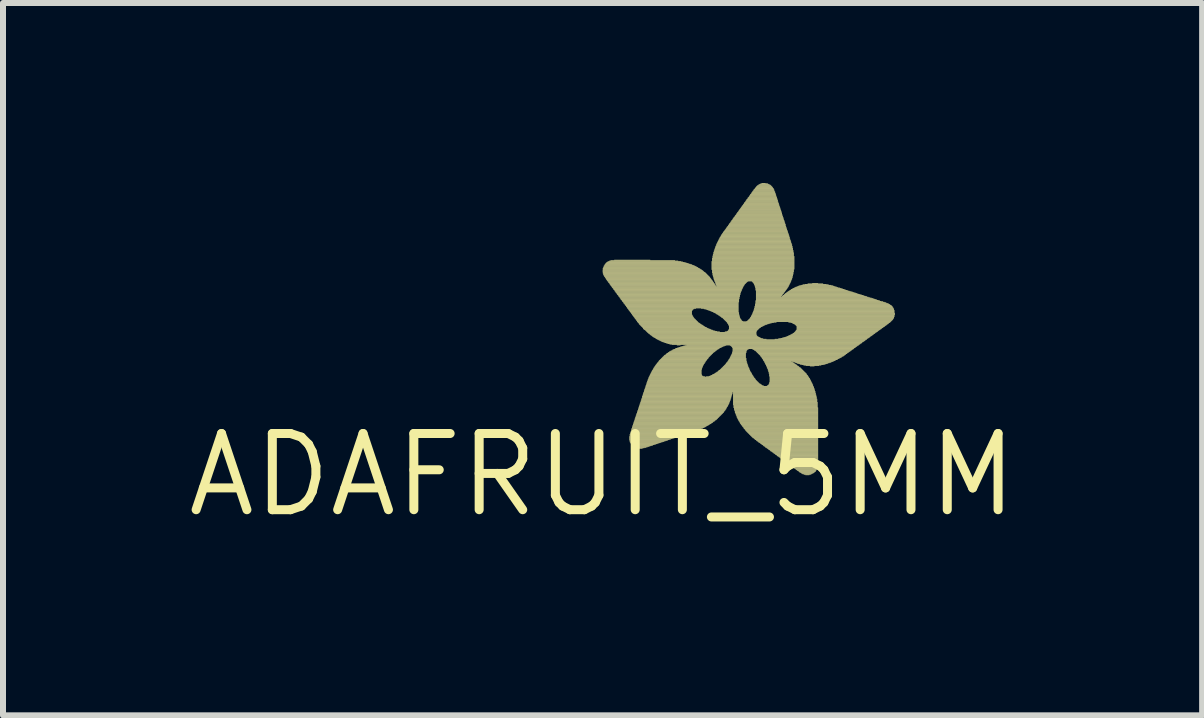
<source format=kicad_pcb>
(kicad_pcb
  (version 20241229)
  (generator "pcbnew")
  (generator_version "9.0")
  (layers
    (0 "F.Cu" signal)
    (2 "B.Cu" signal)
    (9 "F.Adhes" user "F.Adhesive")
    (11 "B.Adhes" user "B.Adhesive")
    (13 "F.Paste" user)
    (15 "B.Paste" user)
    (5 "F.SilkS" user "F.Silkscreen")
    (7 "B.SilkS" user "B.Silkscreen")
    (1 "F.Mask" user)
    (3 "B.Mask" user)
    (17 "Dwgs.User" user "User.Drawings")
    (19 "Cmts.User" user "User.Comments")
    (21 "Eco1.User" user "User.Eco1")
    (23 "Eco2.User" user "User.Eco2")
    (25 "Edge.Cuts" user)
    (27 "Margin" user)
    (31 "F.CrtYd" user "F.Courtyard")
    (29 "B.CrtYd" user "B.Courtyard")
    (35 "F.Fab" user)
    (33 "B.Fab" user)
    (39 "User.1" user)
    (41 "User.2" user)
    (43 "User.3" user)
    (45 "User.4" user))
  (footprint "ADAFRUIT_5MM"
    (layer "F.Cu")
    (at 6.992 4.865)
    (property "Reference" "ADAFRUIT_5MM" (at 0 0 0) (layer "F.SilkS") (effects (font (size 1.27 1.27) (thickness 0.15))))
    (attr through_hole)
    (fp_poly (pts (xy -0.004 -3.395) (xy 1.68 -3.395) (xy 1.68 -3.402) (xy -0.004 -3.402)) (stroke (width 0) (type solid)) (fill yes) (layer "F.SilkS"))
    (fp_poly (pts (xy 0.004 -3.44) (xy 1.612 -3.44) (xy 1.612 -3.448) (xy 0.004 -3.448)) (stroke (width 0) (type solid)) (fill yes) (layer "F.SilkS"))
    (fp_poly (pts (xy 0.004 -3.433) (xy 1.627 -3.433) (xy 1.627 -3.44) (xy 0.004 -3.44)) (stroke (width 0) (type solid)) (fill yes) (layer "F.SilkS"))
    (fp_poly (pts (xy 0.004 -3.425) (xy 1.635 -3.425) (xy 1.635 -3.433) (xy 0.004 -3.433)) (stroke (width 0) (type solid)) (fill yes) (layer "F.SilkS"))
    (fp_poly (pts (xy 0.004 -3.418) (xy 1.65 -3.418) (xy 1.65 -3.425) (xy 0.004 -3.425)) (stroke (width 0) (type solid)) (fill yes) (layer "F.SilkS"))
    (fp_poly (pts (xy 0.004 -3.41) (xy 1.657 -3.41) (xy 1.657 -3.418) (xy 0.004 -3.418)) (stroke (width 0) (type solid)) (fill yes) (layer "F.SilkS"))
    (fp_poly (pts (xy 0.004 -3.402) (xy 1.673 -3.402) (xy 1.673 -3.41) (xy 0.004 -3.41)) (stroke (width 0) (type solid)) (fill yes) (layer "F.SilkS"))
    (fp_poly (pts (xy 0.004 -3.387) (xy 1.688 -3.387) (xy 1.688 -3.395) (xy 0.004 -3.395)) (stroke (width 0) (type solid)) (fill yes) (layer "F.SilkS"))
    (fp_poly (pts (xy 0.004 -3.38) (xy 1.696 -3.38) (xy 1.696 -3.387) (xy 0.004 -3.387)) (stroke (width 0) (type solid)) (fill yes) (layer "F.SilkS"))
    (fp_poly (pts (xy 0.004 -3.372) (xy 1.711 -3.372) (xy 1.711 -3.38) (xy 0.004 -3.38)) (stroke (width 0) (type solid)) (fill yes) (layer "F.SilkS"))
    (fp_poly (pts (xy 0.004 -3.364) (xy 1.718 -3.364) (xy 1.718 -3.372) (xy 0.004 -3.372)) (stroke (width 0) (type solid)) (fill yes) (layer "F.SilkS"))
    (fp_poly (pts (xy 0.004 -3.357) (xy 1.726 -3.357) (xy 1.726 -3.364) (xy 0.004 -3.364)) (stroke (width 0) (type solid)) (fill yes) (layer "F.SilkS"))
    (fp_poly (pts (xy 0.011 -3.456) (xy 1.589 -3.456) (xy 1.589 -3.463) (xy 0.011 -3.463)) (stroke (width 0) (type solid)) (fill yes) (layer "F.SilkS"))
    (fp_poly (pts (xy 0.011 -3.448) (xy 1.596 -3.448) (xy 1.596 -3.456) (xy 0.011 -3.456)) (stroke (width 0) (type solid)) (fill yes) (layer "F.SilkS"))
    (fp_poly (pts (xy 0.011 -3.349) (xy 1.734 -3.349) (xy 1.734 -3.357) (xy 0.011 -3.357)) (stroke (width 0) (type solid)) (fill yes) (layer "F.SilkS"))
    (fp_poly (pts (xy 0.011 -3.341) (xy 1.741 -3.341) (xy 1.741 -3.349) (xy 0.011 -3.349)) (stroke (width 0) (type solid)) (fill yes) (layer "F.SilkS"))
    (fp_poly (pts (xy 0.011 -3.334) (xy 1.749 -3.334) (xy 1.749 -3.341) (xy 0.011 -3.341)) (stroke (width 0) (type solid)) (fill yes) (layer "F.SilkS"))
    (fp_poly (pts (xy 0.019 -3.478) (xy 1.543 -3.478) (xy 1.543 -3.486) (xy 0.019 -3.486)) (stroke (width 0) (type solid)) (fill yes) (layer "F.SilkS"))
    (fp_poly (pts (xy 0.019 -3.471) (xy 1.558 -3.471) (xy 1.558 -3.478) (xy 0.019 -3.478)) (stroke (width 0) (type solid)) (fill yes) (layer "F.SilkS"))
    (fp_poly (pts (xy 0.019 -3.463) (xy 1.573 -3.463) (xy 1.573 -3.471) (xy 0.019 -3.471)) (stroke (width 0) (type solid)) (fill yes) (layer "F.SilkS"))
    (fp_poly (pts (xy 0.019 -3.326) (xy 1.756 -3.326) (xy 1.756 -3.334) (xy 0.019 -3.334)) (stroke (width 0) (type solid)) (fill yes) (layer "F.SilkS"))
    (fp_poly (pts (xy 0.019 -3.318) (xy 1.764 -3.318) (xy 1.764 -3.326) (xy 0.019 -3.326)) (stroke (width 0) (type solid)) (fill yes) (layer "F.SilkS"))
    (fp_poly (pts (xy 0.027 -3.486) (xy 1.528 -3.486) (xy 1.528 -3.494) (xy 0.027 -3.494)) (stroke (width 0) (type solid)) (fill yes) (layer "F.SilkS"))
    (fp_poly (pts (xy 0.027 -3.311) (xy 1.772 -3.311) (xy 1.772 -3.318) (xy 0.027 -3.318)) (stroke (width 0) (type solid)) (fill yes) (layer "F.SilkS"))
    (fp_poly (pts (xy 0.027 -3.303) (xy 1.779 -3.303) (xy 1.779 -3.311) (xy 0.027 -3.311)) (stroke (width 0) (type solid)) (fill yes) (layer "F.SilkS"))
    (fp_poly (pts (xy 0.034 -3.501) (xy 1.49 -3.501) (xy 1.49 -3.509) (xy 0.034 -3.509)) (stroke (width 0) (type solid)) (fill yes) (layer "F.SilkS"))
    (fp_poly (pts (xy 0.034 -3.494) (xy 1.505 -3.494) (xy 1.505 -3.501) (xy 0.034 -3.501)) (stroke (width 0) (type solid)) (fill yes) (layer "F.SilkS"))
    (fp_poly (pts (xy 0.034 -3.296) (xy 1.787 -3.296) (xy 1.787 -3.303) (xy 0.034 -3.303)) (stroke (width 0) (type solid)) (fill yes) (layer "F.SilkS"))
    (fp_poly (pts (xy 0.042 -3.509) (xy 1.467 -3.509) (xy 1.467 -3.517) (xy 0.042 -3.517)) (stroke (width 0) (type solid)) (fill yes) (layer "F.SilkS"))
    (fp_poly (pts (xy 0.042 -3.288) (xy 1.794 -3.288) (xy 1.794 -3.296) (xy 0.042 -3.296)) (stroke (width 0) (type solid)) (fill yes) (layer "F.SilkS"))
    (fp_poly (pts (xy 0.042 -3.28) (xy 1.794 -3.28) (xy 1.794 -3.288) (xy 0.042 -3.288)) (stroke (width 0) (type solid)) (fill yes) (layer "F.SilkS"))
    (fp_poly (pts (xy 0.05 -3.524) (xy 1.421 -3.524) (xy 1.421 -3.532) (xy 0.05 -3.532)) (stroke (width 0) (type solid)) (fill yes) (layer "F.SilkS"))
    (fp_poly (pts (xy 0.05 -3.517) (xy 1.444 -3.517) (xy 1.444 -3.524) (xy 0.05 -3.524)) (stroke (width 0) (type solid)) (fill yes) (layer "F.SilkS"))
    (fp_poly (pts (xy 0.05 -3.273) (xy 1.802 -3.273) (xy 1.802 -3.28) (xy 0.05 -3.28)) (stroke (width 0) (type solid)) (fill yes) (layer "F.SilkS"))
    (fp_poly (pts (xy 0.057 -3.532) (xy 1.398 -3.532) (xy 1.398 -3.539) (xy 0.057 -3.539)) (stroke (width 0) (type solid)) (fill yes) (layer "F.SilkS"))
    (fp_poly (pts (xy 0.057 -3.265) (xy 1.81 -3.265) (xy 1.81 -3.273) (xy 0.057 -3.273)) (stroke (width 0) (type solid)) (fill yes) (layer "F.SilkS"))
    (fp_poly (pts (xy 0.057 -3.258) (xy 1.817 -3.258) (xy 1.817 -3.265) (xy 0.057 -3.265)) (stroke (width 0) (type solid)) (fill yes) (layer "F.SilkS"))
    (fp_poly (pts (xy 0.065 -3.25) (xy 1.817 -3.25) (xy 1.817 -3.258) (xy 0.065 -3.258)) (stroke (width 0) (type solid)) (fill yes) (layer "F.SilkS"))
    (fp_poly (pts (xy 0.072 -3.539) (xy 1.368 -3.539) (xy 1.368 -3.547) (xy 0.072 -3.547)) (stroke (width 0) (type solid)) (fill yes) (layer "F.SilkS"))
    (fp_poly (pts (xy 0.072 -3.242) (xy 1.825 -3.242) (xy 1.825 -3.25) (xy 0.072 -3.25)) (stroke (width 0) (type solid)) (fill yes) (layer "F.SilkS"))
    (fp_poly (pts (xy 0.072 -3.235) (xy 1.833 -3.235) (xy 1.833 -3.242) (xy 0.072 -3.242)) (stroke (width 0) (type solid)) (fill yes) (layer "F.SilkS"))
    (fp_poly (pts (xy 0.08 -3.547) (xy 1.337 -3.547) (xy 1.337 -3.555) (xy 0.08 -3.555)) (stroke (width 0) (type solid)) (fill yes) (layer "F.SilkS"))
    (fp_poly (pts (xy 0.08 -3.227) (xy 1.84 -3.227) (xy 1.84 -3.235) (xy 0.08 -3.235)) (stroke (width 0) (type solid)) (fill yes) (layer "F.SilkS"))
    (fp_poly (pts (xy 0.088 -3.22) (xy 1.84 -3.22) (xy 1.84 -3.227) (xy 0.088 -3.227)) (stroke (width 0) (type solid)) (fill yes) (layer "F.SilkS"))
    (fp_poly (pts (xy 0.095 -3.555) (xy 1.307 -3.555) (xy 1.307 -3.562) (xy 0.095 -3.562)) (stroke (width 0) (type solid)) (fill yes) (layer "F.SilkS"))
    (fp_poly (pts (xy 0.095 -3.212) (xy 1.848 -3.212) (xy 1.848 -3.22) (xy 0.095 -3.22)) (stroke (width 0) (type solid)) (fill yes) (layer "F.SilkS"))
    (fp_poly (pts (xy 0.095 -3.204) (xy 1.855 -3.204) (xy 1.855 -3.212) (xy 0.095 -3.212)) (stroke (width 0) (type solid)) (fill yes) (layer "F.SilkS"))
    (fp_poly (pts (xy 0.103 -3.197) (xy 1.855 -3.197) (xy 1.855 -3.204) (xy 0.103 -3.204)) (stroke (width 0) (type solid)) (fill yes) (layer "F.SilkS"))
    (fp_poly (pts (xy 0.111 -3.562) (xy 1.261 -3.562) (xy 1.261 -3.57) (xy 0.111 -3.57)) (stroke (width 0) (type solid)) (fill yes) (layer "F.SilkS"))
    (fp_poly (pts (xy 0.111 -3.189) (xy 1.863 -3.189) (xy 1.863 -3.197) (xy 0.111 -3.197)) (stroke (width 0) (type solid)) (fill yes) (layer "F.SilkS"))
    (fp_poly (pts (xy 0.118 -3.181) (xy 1.871 -3.181) (xy 1.871 -3.189) (xy 0.118 -3.189)) (stroke (width 0) (type solid)) (fill yes) (layer "F.SilkS"))
    (fp_poly (pts (xy 0.118 -3.174) (xy 1.871 -3.174) (xy 1.871 -3.181) (xy 0.118 -3.181)) (stroke (width 0) (type solid)) (fill yes) (layer "F.SilkS"))
    (fp_poly (pts (xy 0.126 -3.166) (xy 1.878 -3.166) (xy 1.878 -3.174) (xy 0.126 -3.174)) (stroke (width 0) (type solid)) (fill yes) (layer "F.SilkS"))
    (fp_poly (pts (xy 0.133 -3.57) (xy 1.208 -3.57) (xy 1.208 -3.578) (xy 0.133 -3.578)) (stroke (width 0) (type solid)) (fill yes) (layer "F.SilkS"))
    (fp_poly (pts (xy 0.133 -3.159) (xy 1.886 -3.159) (xy 1.886 -3.166) (xy 0.133 -3.166)) (stroke (width 0) (type solid)) (fill yes) (layer "F.SilkS"))
    (fp_poly (pts (xy 0.133 -3.151) (xy 1.886 -3.151) (xy 1.886 -3.159) (xy 0.133 -3.159)) (stroke (width 0) (type solid)) (fill yes) (layer "F.SilkS"))
    (fp_poly (pts (xy 0.141 -3.143) (xy 1.894 -3.143) (xy 1.894 -3.151) (xy 0.141 -3.151)) (stroke (width 0) (type solid)) (fill yes) (layer "F.SilkS"))
    (fp_poly (pts (xy 0.149 -3.136) (xy 2.351 -3.136) (xy 2.351 -3.143) (xy 0.149 -3.143)) (stroke (width 0) (type solid)) (fill yes) (layer "F.SilkS"))
    (fp_poly (pts (xy 0.156 -3.128) (xy 2.343 -3.128) (xy 2.343 -3.136) (xy 0.156 -3.136)) (stroke (width 0) (type solid)) (fill yes) (layer "F.SilkS"))
    (fp_poly (pts (xy 0.156 -3.12) (xy 2.343 -3.12) (xy 2.343 -3.128) (xy 0.156 -3.128)) (stroke (width 0) (type solid)) (fill yes) (layer "F.SilkS"))
    (fp_poly (pts (xy 0.164 -3.113) (xy 2.336 -3.113) (xy 2.336 -3.12) (xy 0.164 -3.12)) (stroke (width 0) (type solid)) (fill yes) (layer "F.SilkS"))
    (fp_poly (pts (xy 0.172 -3.105) (xy 2.336 -3.105) (xy 2.336 -3.113) (xy 0.172 -3.113)) (stroke (width 0) (type solid)) (fill yes) (layer "F.SilkS"))
    (fp_poly (pts (xy 0.179 -3.098) (xy 2.328 -3.098) (xy 2.328 -3.105) (xy 0.179 -3.105)) (stroke (width 0) (type solid)) (fill yes) (layer "F.SilkS"))
    (fp_poly (pts (xy 0.179 -3.09) (xy 2.328 -3.09) (xy 2.328 -3.098) (xy 0.179 -3.098)) (stroke (width 0) (type solid)) (fill yes) (layer "F.SilkS"))
    (fp_poly (pts (xy 0.187 -3.082) (xy 2.32 -3.082) (xy 2.32 -3.09) (xy 0.187 -3.09)) (stroke (width 0) (type solid)) (fill yes) (layer "F.SilkS"))
    (fp_poly (pts (xy 0.194 -3.578) (xy 0.796 -3.578) (xy 0.796 -3.585) (xy 0.194 -3.585)) (stroke (width 0) (type solid)) (fill yes) (layer "F.SilkS"))
    (fp_poly (pts (xy 0.194 -3.075) (xy 2.32 -3.075) (xy 2.32 -3.082) (xy 0.194 -3.082)) (stroke (width 0) (type solid)) (fill yes) (layer "F.SilkS"))
    (fp_poly (pts (xy 0.202 -3.067) (xy 2.32 -3.067) (xy 2.32 -3.075) (xy 0.202 -3.075)) (stroke (width 0) (type solid)) (fill yes) (layer "F.SilkS"))
    (fp_poly (pts (xy 0.202 -3.059) (xy 2.313 -3.059) (xy 2.313 -3.067) (xy 0.202 -3.067)) (stroke (width 0) (type solid)) (fill yes) (layer "F.SilkS"))
    (fp_poly (pts (xy 0.21 -3.052) (xy 2.313 -3.052) (xy 2.313 -3.059) (xy 0.21 -3.059)) (stroke (width 0) (type solid)) (fill yes) (layer "F.SilkS"))
    (fp_poly (pts (xy 0.217 -3.044) (xy 2.305 -3.044) (xy 2.305 -3.052) (xy 0.217 -3.052)) (stroke (width 0) (type solid)) (fill yes) (layer "F.SilkS"))
    (fp_poly (pts (xy 0.217 -3.037) (xy 2.305 -3.037) (xy 2.305 -3.044) (xy 0.217 -3.044)) (stroke (width 0) (type solid)) (fill yes) (layer "F.SilkS"))
    (fp_poly (pts (xy 0.225 -3.029) (xy 2.305 -3.029) (xy 2.305 -3.037) (xy 0.225 -3.037)) (stroke (width 0) (type solid)) (fill yes) (layer "F.SilkS"))
    (fp_poly (pts (xy 0.232 -3.021) (xy 2.297 -3.021) (xy 2.297 -3.029) (xy 0.232 -3.029)) (stroke (width 0) (type solid)) (fill yes) (layer "F.SilkS"))
    (fp_poly (pts (xy 0.24 -3.014) (xy 2.297 -3.014) (xy 2.297 -3.021) (xy 0.24 -3.021)) (stroke (width 0) (type solid)) (fill yes) (layer "F.SilkS"))
    (fp_poly (pts (xy 0.24 -3.006) (xy 2.297 -3.006) (xy 2.297 -3.014) (xy 0.24 -3.014)) (stroke (width 0) (type solid)) (fill yes) (layer "F.SilkS"))
    (fp_poly (pts (xy 0.248 -2.998) (xy 2.297 -2.998) (xy 2.297 -3.006) (xy 0.248 -3.006)) (stroke (width 0) (type solid)) (fill yes) (layer "F.SilkS"))
    (fp_poly (pts (xy 0.255 -2.991) (xy 2.29 -2.991) (xy 2.29 -2.998) (xy 0.255 -2.998)) (stroke (width 0) (type solid)) (fill yes) (layer "F.SilkS"))
    (fp_poly (pts (xy 0.263 -2.983) (xy 2.29 -2.983) (xy 2.29 -2.991) (xy 0.263 -2.991)) (stroke (width 0) (type solid)) (fill yes) (layer "F.SilkS"))
    (fp_poly (pts (xy 0.263 -2.976) (xy 2.29 -2.976) (xy 2.29 -2.983) (xy 0.263 -2.983)) (stroke (width 0) (type solid)) (fill yes) (layer "F.SilkS"))
    (fp_poly (pts (xy 0.271 -2.968) (xy 2.29 -2.968) (xy 2.29 -2.976) (xy 0.271 -2.976)) (stroke (width 0) (type solid)) (fill yes) (layer "F.SilkS"))
    (fp_poly (pts (xy 0.278 -2.96) (xy 2.282 -2.96) (xy 2.282 -2.968) (xy 0.278 -2.968)) (stroke (width 0) (type solid)) (fill yes) (layer "F.SilkS"))
    (fp_poly (pts (xy 0.286 -2.953) (xy 2.282 -2.953) (xy 2.282 -2.96) (xy 0.286 -2.96)) (stroke (width 0) (type solid)) (fill yes) (layer "F.SilkS"))
    (fp_poly (pts (xy 0.286 -2.945) (xy 2.282 -2.945) (xy 2.282 -2.953) (xy 0.286 -2.953)) (stroke (width 0) (type solid)) (fill yes) (layer "F.SilkS"))
    (fp_poly (pts (xy 0.293 -2.938) (xy 2.282 -2.938) (xy 2.282 -2.945) (xy 0.293 -2.945)) (stroke (width 0) (type solid)) (fill yes) (layer "F.SilkS"))
    (fp_poly (pts (xy 0.301 -2.93) (xy 2.282 -2.93) (xy 2.282 -2.938) (xy 0.301 -2.938)) (stroke (width 0) (type solid)) (fill yes) (layer "F.SilkS"))
    (fp_poly (pts (xy 0.301 -2.922) (xy 2.275 -2.922) (xy 2.275 -2.93) (xy 0.301 -2.93)) (stroke (width 0) (type solid)) (fill yes) (layer "F.SilkS"))
    (fp_poly (pts (xy 0.309 -2.915) (xy 2.275 -2.915) (xy 2.275 -2.922) (xy 0.309 -2.922)) (stroke (width 0) (type solid)) (fill yes) (layer "F.SilkS"))
    (fp_poly (pts (xy 0.316 -2.907) (xy 2.275 -2.907) (xy 2.275 -2.915) (xy 0.316 -2.915)) (stroke (width 0) (type solid)) (fill yes) (layer "F.SilkS"))
    (fp_poly (pts (xy 0.324 -2.899) (xy 2.275 -2.899) (xy 2.275 -2.907) (xy 0.324 -2.907)) (stroke (width 0) (type solid)) (fill yes) (layer "F.SilkS"))
    (fp_poly (pts (xy 0.324 -2.892) (xy 2.275 -2.892) (xy 2.275 -2.899) (xy 0.324 -2.899)) (stroke (width 0) (type solid)) (fill yes) (layer "F.SilkS"))
    (fp_poly (pts (xy 0.332 -2.884) (xy 2.275 -2.884) (xy 2.275 -2.892) (xy 0.332 -2.892)) (stroke (width 0) (type solid)) (fill yes) (layer "F.SilkS"))
    (fp_poly (pts (xy 0.339 -2.877) (xy 2.275 -2.877) (xy 2.275 -2.884) (xy 0.339 -2.884)) (stroke (width 0) (type solid)) (fill yes) (layer "F.SilkS"))
    (fp_poly (pts (xy 0.347 -2.869) (xy 2.267 -2.869) (xy 2.267 -2.877) (xy 0.347 -2.877)) (stroke (width 0) (type solid)) (fill yes) (layer "F.SilkS"))
    (fp_poly (pts (xy 0.347 -2.861) (xy 2.267 -2.861) (xy 2.267 -2.869) (xy 0.347 -2.869)) (stroke (width 0) (type solid)) (fill yes) (layer "F.SilkS"))
    (fp_poly (pts (xy 0.354 -2.854) (xy 2.267 -2.854) (xy 2.267 -2.861) (xy 0.354 -2.861)) (stroke (width 0) (type solid)) (fill yes) (layer "F.SilkS"))
    (fp_poly (pts (xy 0.362 -2.846) (xy 2.267 -2.846) (xy 2.267 -2.854) (xy 0.362 -2.854)) (stroke (width 0) (type solid)) (fill yes) (layer "F.SilkS"))
    (fp_poly (pts (xy 0.37 -2.838) (xy 2.267 -2.838) (xy 2.267 -2.846) (xy 0.37 -2.846)) (stroke (width 0) (type solid)) (fill yes) (layer "F.SilkS"))
    (fp_poly (pts (xy 0.37 -2.831) (xy 2.267 -2.831) (xy 2.267 -2.838) (xy 0.37 -2.838)) (stroke (width 0) (type solid)) (fill yes) (layer "F.SilkS"))
    (fp_poly (pts (xy 0.377 -2.823) (xy 2.267 -2.823) (xy 2.267 -2.831) (xy 0.377 -2.831)) (stroke (width 0) (type solid)) (fill yes) (layer "F.SilkS"))
    (fp_poly (pts (xy 0.385 -2.816) (xy 2.267 -2.816) (xy 2.267 -2.823) (xy 0.385 -2.823)) (stroke (width 0) (type solid)) (fill yes) (layer "F.SilkS"))
    (fp_poly (pts (xy 0.392 -2.808) (xy 2.267 -2.808) (xy 2.267 -2.816) (xy 0.392 -2.816)) (stroke (width 0) (type solid)) (fill yes) (layer "F.SilkS"))
    (fp_poly (pts (xy 0.392 -2.8) (xy 2.267 -2.8) (xy 2.267 -2.808) (xy 0.392 -2.808)) (stroke (width 0) (type solid)) (fill yes) (layer "F.SilkS"))
    (fp_poly (pts (xy 0.4 -2.793) (xy 2.267 -2.793) (xy 2.267 -2.8) (xy 0.4 -2.8)) (stroke (width 0) (type solid)) (fill yes) (layer "F.SilkS"))
    (fp_poly (pts (xy 0.408 -2.785) (xy 2.267 -2.785) (xy 2.267 -2.793) (xy 0.408 -2.793)) (stroke (width 0) (type solid)) (fill yes) (layer "F.SilkS"))
    (fp_poly (pts (xy 0.408 -2.777) (xy 2.267 -2.777) (xy 2.267 -2.785) (xy 0.408 -2.785)) (stroke (width 0) (type solid)) (fill yes) (layer "F.SilkS"))
    (fp_poly (pts (xy 0.415 -2.77) (xy 1.558 -2.77) (xy 1.558 -2.777) (xy 0.415 -2.777)) (stroke (width 0) (type solid)) (fill yes) (layer "F.SilkS"))
    (fp_poly (pts (xy 0.423 -2.762) (xy 1.528 -2.762) (xy 1.528 -2.77) (xy 0.423 -2.77)) (stroke (width 0) (type solid)) (fill yes) (layer "F.SilkS"))
    (fp_poly (pts (xy 0.43 -2.755) (xy 1.513 -2.755) (xy 1.513 -2.762) (xy 0.43 -2.762)) (stroke (width 0) (type solid)) (fill yes) (layer "F.SilkS"))
    (fp_poly (pts (xy 0.43 -2.747) (xy 1.505 -2.747) (xy 1.505 -2.755) (xy 0.43 -2.755)) (stroke (width 0) (type solid)) (fill yes) (layer "F.SilkS"))
    (fp_poly (pts (xy 0.438 -2.739) (xy 1.497 -2.739) (xy 1.497 -2.747) (xy 0.438 -2.747)) (stroke (width 0) (type solid)) (fill yes) (layer "F.SilkS"))
    (fp_poly (pts (xy 0.446 -2.732) (xy 1.497 -2.732) (xy 1.497 -2.739) (xy 0.446 -2.739)) (stroke (width 0) (type solid)) (fill yes) (layer "F.SilkS"))
    (fp_poly (pts (xy 0.446 -0.636) (xy 1.276 -0.636) (xy 1.276 -0.644) (xy 0.446 -0.644)) (stroke (width 0) (type solid)) (fill yes) (layer "F.SilkS"))
    (fp_poly (pts (xy 0.446 -0.629) (xy 1.254 -0.629) (xy 1.254 -0.636) (xy 0.446 -0.636)) (stroke (width 0) (type solid)) (fill yes) (layer "F.SilkS"))
    (fp_poly (pts (xy 0.446 -0.621) (xy 1.231 -0.621) (xy 1.231 -0.629) (xy 0.446 -0.629)) (stroke (width 0) (type solid)) (fill yes) (layer "F.SilkS"))
    (fp_poly (pts (xy 0.446 -0.613) (xy 1.208 -0.613) (xy 1.208 -0.621) (xy 0.446 -0.621)) (stroke (width 0) (type solid)) (fill yes) (layer "F.SilkS"))
    (fp_poly (pts (xy 0.446 -0.606) (xy 1.185 -0.606) (xy 1.185 -0.613) (xy 0.446 -0.613)) (stroke (width 0) (type solid)) (fill yes) (layer "F.SilkS"))
    (fp_poly (pts (xy 0.446 -0.598) (xy 1.162 -0.598) (xy 1.162 -0.606) (xy 0.446 -0.606)) (stroke (width 0) (type solid)) (fill yes) (layer "F.SilkS"))
    (fp_poly (pts (xy 0.446 -0.591) (xy 1.139 -0.591) (xy 1.139 -0.598) (xy 0.446 -0.598)) (stroke (width 0) (type solid)) (fill yes) (layer "F.SilkS"))
    (fp_poly (pts (xy 0.446 -0.583) (xy 1.116 -0.583) (xy 1.116 -0.591) (xy 0.446 -0.591)) (stroke (width 0) (type solid)) (fill yes) (layer "F.SilkS"))
    (fp_poly (pts (xy 0.446 -0.575) (xy 1.093 -0.575) (xy 1.093 -0.583) (xy 0.446 -0.583)) (stroke (width 0) (type solid)) (fill yes) (layer "F.SilkS"))
    (fp_poly (pts (xy 0.453 -2.724) (xy 1.49 -2.724) (xy 1.49 -2.732) (xy 0.453 -2.732)) (stroke (width 0) (type solid)) (fill yes) (layer "F.SilkS"))
    (fp_poly (pts (xy 0.453 -2.716) (xy 1.49 -2.716) (xy 1.49 -2.724) (xy 0.453 -2.724)) (stroke (width 0) (type solid)) (fill yes) (layer "F.SilkS"))
    (fp_poly (pts (xy 0.453 -0.674) (xy 1.398 -0.674) (xy 1.398 -0.682) (xy 0.453 -0.682)) (stroke (width 0) (type solid)) (fill yes) (layer "F.SilkS"))
    (fp_poly (pts (xy 0.453 -0.667) (xy 1.375 -0.667) (xy 1.375 -0.674) (xy 0.453 -0.674)) (stroke (width 0) (type solid)) (fill yes) (layer "F.SilkS"))
    (fp_poly (pts (xy 0.453 -0.659) (xy 1.345 -0.659) (xy 1.345 -0.667) (xy 0.453 -0.667)) (stroke (width 0) (type solid)) (fill yes) (layer "F.SilkS"))
    (fp_poly (pts (xy 0.453 -0.651) (xy 1.322 -0.651) (xy 1.322 -0.659) (xy 0.453 -0.659)) (stroke (width 0) (type solid)) (fill yes) (layer "F.SilkS"))
    (fp_poly (pts (xy 0.453 -0.644) (xy 1.299 -0.644) (xy 1.299 -0.651) (xy 0.453 -0.651)) (stroke (width 0) (type solid)) (fill yes) (layer "F.SilkS"))
    (fp_poly (pts (xy 0.453 -0.568) (xy 1.071 -0.568) (xy 1.071 -0.575) (xy 0.453 -0.575)) (stroke (width 0) (type solid)) (fill yes) (layer "F.SilkS"))
    (fp_poly (pts (xy 0.453 -0.56) (xy 1.048 -0.56) (xy 1.048 -0.568) (xy 0.453 -0.568)) (stroke (width 0) (type solid)) (fill yes) (layer "F.SilkS"))
    (fp_poly (pts (xy 0.453 -0.552) (xy 1.025 -0.552) (xy 1.025 -0.56) (xy 0.453 -0.56)) (stroke (width 0) (type solid)) (fill yes) (layer "F.SilkS"))
    (fp_poly (pts (xy 0.453 -0.545) (xy 1.002 -0.545) (xy 1.002 -0.552) (xy 0.453 -0.552)) (stroke (width 0) (type solid)) (fill yes) (layer "F.SilkS"))
    (fp_poly (pts (xy 0.461 -2.709) (xy 1.49 -2.709) (xy 1.49 -2.716) (xy 0.461 -2.716)) (stroke (width 0) (type solid)) (fill yes) (layer "F.SilkS"))
    (fp_poly (pts (xy 0.461 -0.697) (xy 1.467 -0.697) (xy 1.467 -0.705) (xy 0.461 -0.705)) (stroke (width 0) (type solid)) (fill yes) (layer "F.SilkS"))
    (fp_poly (pts (xy 0.461 -0.69) (xy 1.444 -0.69) (xy 1.444 -0.697) (xy 0.461 -0.697)) (stroke (width 0) (type solid)) (fill yes) (layer "F.SilkS"))
    (fp_poly (pts (xy 0.461 -0.682) (xy 1.421 -0.682) (xy 1.421 -0.69) (xy 0.461 -0.69)) (stroke (width 0) (type solid)) (fill yes) (layer "F.SilkS"))
    (fp_poly (pts (xy 0.461 -0.537) (xy 0.979 -0.537) (xy 0.979 -0.545) (xy 0.461 -0.545)) (stroke (width 0) (type solid)) (fill yes) (layer "F.SilkS"))
    (fp_poly (pts (xy 0.461 -0.53) (xy 0.956 -0.53) (xy 0.956 -0.537) (xy 0.461 -0.537)) (stroke (width 0) (type solid)) (fill yes) (layer "F.SilkS"))
    (fp_poly (pts (xy 0.469 -2.701) (xy 1.49 -2.701) (xy 1.49 -2.709) (xy 0.469 -2.709)) (stroke (width 0) (type solid)) (fill yes) (layer "F.SilkS"))
    (fp_poly (pts (xy 0.469 -0.72) (xy 1.535 -0.72) (xy 1.535 -0.728) (xy 0.469 -0.728)) (stroke (width 0) (type solid)) (fill yes) (layer "F.SilkS"))
    (fp_poly (pts (xy 0.469 -0.713) (xy 1.513 -0.713) (xy 1.513 -0.72) (xy 0.469 -0.72)) (stroke (width 0) (type solid)) (fill yes) (layer "F.SilkS"))
    (fp_poly (pts (xy 0.469 -0.705) (xy 1.49 -0.705) (xy 1.49 -0.713) (xy 0.469 -0.713)) (stroke (width 0) (type solid)) (fill yes) (layer "F.SilkS"))
    (fp_poly (pts (xy 0.469 -0.522) (xy 0.933 -0.522) (xy 0.933 -0.53) (xy 0.469 -0.53)) (stroke (width 0) (type solid)) (fill yes) (layer "F.SilkS"))
    (fp_poly (pts (xy 0.476 -2.694) (xy 1.49 -2.694) (xy 1.49 -2.701) (xy 0.476 -2.701)) (stroke (width 0) (type solid)) (fill yes) (layer "F.SilkS"))
    (fp_poly (pts (xy 0.476 -2.686) (xy 1.49 -2.686) (xy 1.49 -2.694) (xy 0.476 -2.694)) (stroke (width 0) (type solid)) (fill yes) (layer "F.SilkS"))
    (fp_poly (pts (xy 0.476 -0.751) (xy 1.619 -0.751) (xy 1.619 -0.758) (xy 0.476 -0.758)) (stroke (width 0) (type solid)) (fill yes) (layer "F.SilkS"))
    (fp_poly (pts (xy 0.476 -0.743) (xy 1.596 -0.743) (xy 1.596 -0.751) (xy 0.476 -0.751)) (stroke (width 0) (type solid)) (fill yes) (layer "F.SilkS"))
    (fp_poly (pts (xy 0.476 -0.735) (xy 1.581 -0.735) (xy 1.581 -0.743) (xy 0.476 -0.743)) (stroke (width 0) (type solid)) (fill yes) (layer "F.SilkS"))
    (fp_poly (pts (xy 0.476 -0.728) (xy 1.558 -0.728) (xy 1.558 -0.735) (xy 0.476 -0.735)) (stroke (width 0) (type solid)) (fill yes) (layer "F.SilkS"))
    (fp_poly (pts (xy 0.476 -0.514) (xy 0.911 -0.514) (xy 0.911 -0.522) (xy 0.476 -0.522)) (stroke (width 0) (type solid)) (fill yes) (layer "F.SilkS"))
    (fp_poly (pts (xy 0.476 -0.507) (xy 0.888 -0.507) (xy 0.888 -0.514) (xy 0.476 -0.514)) (stroke (width 0) (type solid)) (fill yes) (layer "F.SilkS"))
    (fp_poly (pts (xy 0.484 -2.678) (xy 1.49 -2.678) (xy 1.49 -2.686) (xy 0.484 -2.686)) (stroke (width 0) (type solid)) (fill yes) (layer "F.SilkS"))
    (fp_poly (pts (xy 0.484 -0.773) (xy 1.673 -0.773) (xy 1.673 -0.781) (xy 0.484 -0.781)) (stroke (width 0) (type solid)) (fill yes) (layer "F.SilkS"))
    (fp_poly (pts (xy 0.484 -0.766) (xy 1.65 -0.766) (xy 1.65 -0.773) (xy 0.484 -0.773)) (stroke (width 0) (type solid)) (fill yes) (layer "F.SilkS"))
    (fp_poly (pts (xy 0.484 -0.758) (xy 1.635 -0.758) (xy 1.635 -0.766) (xy 0.484 -0.766)) (stroke (width 0) (type solid)) (fill yes) (layer "F.SilkS"))
    (fp_poly (pts (xy 0.484 -0.499) (xy 0.865 -0.499) (xy 0.865 -0.507) (xy 0.484 -0.507)) (stroke (width 0) (type solid)) (fill yes) (layer "F.SilkS"))
    (fp_poly (pts (xy 0.491 -2.671) (xy 1.49 -2.671) (xy 1.49 -2.678) (xy 0.491 -2.678)) (stroke (width 0) (type solid)) (fill yes) (layer "F.SilkS"))
    (fp_poly (pts (xy 0.491 -2.663) (xy 1.497 -2.663) (xy 1.497 -2.671) (xy 0.491 -2.671)) (stroke (width 0) (type solid)) (fill yes) (layer "F.SilkS"))
    (fp_poly (pts (xy 0.491 -0.796) (xy 1.718 -0.796) (xy 1.718 -0.804) (xy 0.491 -0.804)) (stroke (width 0) (type solid)) (fill yes) (layer "F.SilkS"))
    (fp_poly (pts (xy 0.491 -0.789) (xy 1.703 -0.789) (xy 1.703 -0.796) (xy 0.491 -0.796)) (stroke (width 0) (type solid)) (fill yes) (layer "F.SilkS"))
    (fp_poly (pts (xy 0.491 -0.781) (xy 1.688 -0.781) (xy 1.688 -0.789) (xy 0.491 -0.789)) (stroke (width 0) (type solid)) (fill yes) (layer "F.SilkS"))
    (fp_poly (pts (xy 0.491 -0.491) (xy 0.842 -0.491) (xy 0.842 -0.499) (xy 0.491 -0.499)) (stroke (width 0) (type solid)) (fill yes) (layer "F.SilkS"))
    (fp_poly (pts (xy 0.499 -2.656) (xy 1.497 -2.656) (xy 1.497 -2.663) (xy 0.499 -2.663)) (stroke (width 0) (type solid)) (fill yes) (layer "F.SilkS"))
    (fp_poly (pts (xy 0.499 -0.819) (xy 1.756 -0.819) (xy 1.756 -0.827) (xy 0.499 -0.827)) (stroke (width 0) (type solid)) (fill yes) (layer "F.SilkS"))
    (fp_poly (pts (xy 0.499 -0.811) (xy 1.741 -0.811) (xy 1.741 -0.819) (xy 0.499 -0.819)) (stroke (width 0) (type solid)) (fill yes) (layer "F.SilkS"))
    (fp_poly (pts (xy 0.499 -0.804) (xy 1.726 -0.804) (xy 1.726 -0.811) (xy 0.499 -0.811)) (stroke (width 0) (type solid)) (fill yes) (layer "F.SilkS"))
    (fp_poly (pts (xy 0.499 -0.484) (xy 0.819 -0.484) (xy 0.819 -0.491) (xy 0.499 -0.491)) (stroke (width 0) (type solid)) (fill yes) (layer "F.SilkS"))
    (fp_poly (pts (xy 0.507 -2.648) (xy 1.505 -2.648) (xy 1.505 -2.656) (xy 0.507 -2.656)) (stroke (width 0) (type solid)) (fill yes) (layer "F.SilkS"))
    (fp_poly (pts (xy 0.507 -0.842) (xy 1.794 -0.842) (xy 1.794 -0.85) (xy 0.507 -0.85)) (stroke (width 0) (type solid)) (fill yes) (layer "F.SilkS"))
    (fp_poly (pts (xy 0.507 -0.834) (xy 1.779 -0.834) (xy 1.779 -0.842) (xy 0.507 -0.842)) (stroke (width 0) (type solid)) (fill yes) (layer "F.SilkS"))
    (fp_poly (pts (xy 0.507 -0.827) (xy 1.772 -0.827) (xy 1.772 -0.834) (xy 0.507 -0.834)) (stroke (width 0) (type solid)) (fill yes) (layer "F.SilkS"))
    (fp_poly (pts (xy 0.507 -0.476) (xy 0.796 -0.476) (xy 0.796 -0.484) (xy 0.507 -0.484)) (stroke (width 0) (type solid)) (fill yes) (layer "F.SilkS"))
    (fp_poly (pts (xy 0.514 -2.64) (xy 1.505 -2.64) (xy 1.505 -2.648) (xy 0.514 -2.648)) (stroke (width 0) (type solid)) (fill yes) (layer "F.SilkS"))
    (fp_poly (pts (xy 0.514 -2.633) (xy 1.513 -2.633) (xy 1.513 -2.64) (xy 0.514 -2.64)) (stroke (width 0) (type solid)) (fill yes) (layer "F.SilkS"))
    (fp_poly (pts (xy 0.514 -0.865) (xy 1.833 -0.865) (xy 1.833 -0.873) (xy 0.514 -0.873)) (stroke (width 0) (type solid)) (fill yes) (layer "F.SilkS"))
    (fp_poly (pts (xy 0.514 -0.857) (xy 1.817 -0.857) (xy 1.817 -0.865) (xy 0.514 -0.865)) (stroke (width 0) (type solid)) (fill yes) (layer "F.SilkS"))
    (fp_poly (pts (xy 0.514 -0.85) (xy 1.81 -0.85) (xy 1.81 -0.857) (xy 0.514 -0.857)) (stroke (width 0) (type solid)) (fill yes) (layer "F.SilkS"))
    (fp_poly (pts (xy 0.514 -0.469) (xy 0.773 -0.469) (xy 0.773 -0.476) (xy 0.514 -0.476)) (stroke (width 0) (type solid)) (fill yes) (layer "F.SilkS"))
    (fp_poly (pts (xy 0.522 -2.625) (xy 1.52 -2.625) (xy 1.52 -2.633) (xy 0.522 -2.633)) (stroke (width 0) (type solid)) (fill yes) (layer "F.SilkS"))
    (fp_poly (pts (xy 0.522 -0.888) (xy 1.863 -0.888) (xy 1.863 -0.895) (xy 0.522 -0.895)) (stroke (width 0) (type solid)) (fill yes) (layer "F.SilkS"))
    (fp_poly (pts (xy 0.522 -0.88) (xy 1.848 -0.88) (xy 1.848 -0.888) (xy 0.522 -0.888)) (stroke (width 0) (type solid)) (fill yes) (layer "F.SilkS"))
    (fp_poly (pts (xy 0.522 -0.873) (xy 1.84 -0.873) (xy 1.84 -0.88) (xy 0.522 -0.88)) (stroke (width 0) (type solid)) (fill yes) (layer "F.SilkS"))
    (fp_poly (pts (xy 0.53 -2.618) (xy 1.52 -2.618) (xy 1.52 -2.625) (xy 0.53 -2.625)) (stroke (width 0) (type solid)) (fill yes) (layer "F.SilkS"))
    (fp_poly (pts (xy 0.53 -0.911) (xy 1.894 -0.911) (xy 1.894 -0.918) (xy 0.53 -0.918)) (stroke (width 0) (type solid)) (fill yes) (layer "F.SilkS"))
    (fp_poly (pts (xy 0.53 -0.903) (xy 1.878 -0.903) (xy 1.878 -0.911) (xy 0.53 -0.911)) (stroke (width 0) (type solid)) (fill yes) (layer "F.SilkS"))
    (fp_poly (pts (xy 0.53 -0.895) (xy 1.871 -0.895) (xy 1.871 -0.903) (xy 0.53 -0.903)) (stroke (width 0) (type solid)) (fill yes) (layer "F.SilkS"))
    (fp_poly (pts (xy 0.53 -0.461) (xy 0.751 -0.461) (xy 0.751 -0.469) (xy 0.53 -0.469)) (stroke (width 0) (type solid)) (fill yes) (layer "F.SilkS"))
    (fp_poly (pts (xy 0.537 -2.61) (xy 1.528 -2.61) (xy 1.528 -2.618) (xy 0.537 -2.618)) (stroke (width 0) (type solid)) (fill yes) (layer "F.SilkS"))
    (fp_poly (pts (xy 0.537 -2.602) (xy 1.535 -2.602) (xy 1.535 -2.61) (xy 0.537 -2.61)) (stroke (width 0) (type solid)) (fill yes) (layer "F.SilkS"))
    (fp_poly (pts (xy 0.537 -0.933) (xy 1.916 -0.933) (xy 1.916 -0.941) (xy 0.537 -0.941)) (stroke (width 0) (type solid)) (fill yes) (layer "F.SilkS"))
    (fp_poly (pts (xy 0.537 -0.926) (xy 1.909 -0.926) (xy 1.909 -0.933) (xy 0.537 -0.933)) (stroke (width 0) (type solid)) (fill yes) (layer "F.SilkS"))
    (fp_poly (pts (xy 0.537 -0.918) (xy 1.901 -0.918) (xy 1.901 -0.926) (xy 0.537 -0.926)) (stroke (width 0) (type solid)) (fill yes) (layer "F.SilkS"))
    (fp_poly (pts (xy 0.537 -0.453) (xy 0.728 -0.453) (xy 0.728 -0.461) (xy 0.537 -0.461)) (stroke (width 0) (type solid)) (fill yes) (layer "F.SilkS"))
    (fp_poly (pts (xy 0.545 -2.595) (xy 1.543 -2.595) (xy 1.543 -2.602) (xy 0.545 -2.602)) (stroke (width 0) (type solid)) (fill yes) (layer "F.SilkS"))
    (fp_poly (pts (xy 0.545 -0.956) (xy 1.939 -0.956) (xy 1.939 -0.964) (xy 0.545 -0.964)) (stroke (width 0) (type solid)) (fill yes) (layer "F.SilkS"))
    (fp_poly (pts (xy 0.545 -0.949) (xy 1.932 -0.949) (xy 1.932 -0.956) (xy 0.545 -0.956)) (stroke (width 0) (type solid)) (fill yes) (layer "F.SilkS"))
    (fp_poly (pts (xy 0.545 -0.941) (xy 1.924 -0.941) (xy 1.924 -0.949) (xy 0.545 -0.949)) (stroke (width 0) (type solid)) (fill yes) (layer "F.SilkS"))
    (fp_poly (pts (xy 0.552 -2.587) (xy 1.551 -2.587) (xy 1.551 -2.595) (xy 0.552 -2.595)) (stroke (width 0) (type solid)) (fill yes) (layer "F.SilkS"))
    (fp_poly (pts (xy 0.552 -0.979) (xy 1.962 -0.979) (xy 1.962 -0.987) (xy 0.552 -0.987)) (stroke (width 0) (type solid)) (fill yes) (layer "F.SilkS"))
    (fp_poly (pts (xy 0.552 -0.972) (xy 1.954 -0.972) (xy 1.954 -0.979) (xy 0.552 -0.979)) (stroke (width 0) (type solid)) (fill yes) (layer "F.SilkS"))
    (fp_poly (pts (xy 0.552 -0.964) (xy 1.947 -0.964) (xy 1.947 -0.972) (xy 0.552 -0.972)) (stroke (width 0) (type solid)) (fill yes) (layer "F.SilkS"))
    (fp_poly (pts (xy 0.552 -0.446) (xy 0.697 -0.446) (xy 0.697 -0.453) (xy 0.552 -0.453)) (stroke (width 0) (type solid)) (fill yes) (layer "F.SilkS"))
    (fp_poly (pts (xy 0.56 -2.579) (xy 1.558 -2.579) (xy 1.558 -2.587) (xy 0.56 -2.587)) (stroke (width 0) (type solid)) (fill yes) (layer "F.SilkS"))
    (fp_poly (pts (xy 0.56 -2.572) (xy 1.566 -2.572) (xy 1.566 -2.579) (xy 0.56 -2.579)) (stroke (width 0) (type solid)) (fill yes) (layer "F.SilkS"))
    (fp_poly (pts (xy 0.56 -1.002) (xy 1.985 -1.002) (xy 1.985 -1.01) (xy 0.56 -1.01)) (stroke (width 0) (type solid)) (fill yes) (layer "F.SilkS"))
    (fp_poly (pts (xy 0.56 -0.994) (xy 1.977 -0.994) (xy 1.977 -1.002) (xy 0.56 -1.002)) (stroke (width 0) (type solid)) (fill yes) (layer "F.SilkS"))
    (fp_poly (pts (xy 0.56 -0.987) (xy 1.97 -0.987) (xy 1.97 -0.994) (xy 0.56 -0.994)) (stroke (width 0) (type solid)) (fill yes) (layer "F.SilkS"))
    (fp_poly (pts (xy 0.568 -2.564) (xy 1.573 -2.564) (xy 1.573 -2.572) (xy 0.568 -2.572)) (stroke (width 0) (type solid)) (fill yes) (layer "F.SilkS"))
    (fp_poly (pts (xy 0.568 -1.025) (xy 2.008 -1.025) (xy 2.008 -1.032) (xy 0.568 -1.032)) (stroke (width 0) (type solid)) (fill yes) (layer "F.SilkS"))
    (fp_poly (pts (xy 0.568 -1.017) (xy 2 -1.017) (xy 2 -1.025) (xy 0.568 -1.025)) (stroke (width 0) (type solid)) (fill yes) (layer "F.SilkS"))
    (fp_poly (pts (xy 0.568 -1.01) (xy 1.993 -1.01) (xy 1.993 -1.017) (xy 0.568 -1.017)) (stroke (width 0) (type solid)) (fill yes) (layer "F.SilkS"))
    (fp_poly (pts (xy 0.575 -2.557) (xy 1.581 -2.557) (xy 1.581 -2.564) (xy 0.575 -2.564)) (stroke (width 0) (type solid)) (fill yes) (layer "F.SilkS"))
    (fp_poly (pts (xy 0.575 -2.549) (xy 1.589 -2.549) (xy 1.589 -2.557) (xy 0.575 -2.557)) (stroke (width 0) (type solid)) (fill yes) (layer "F.SilkS"))
    (fp_poly (pts (xy 0.575 -1.048) (xy 2.023 -1.048) (xy 2.023 -1.055) (xy 0.575 -1.055)) (stroke (width 0) (type solid)) (fill yes) (layer "F.SilkS"))
    (fp_poly (pts (xy 0.575 -1.04) (xy 2.023 -1.04) (xy 2.023 -1.048) (xy 0.575 -1.048)) (stroke (width 0) (type solid)) (fill yes) (layer "F.SilkS"))
    (fp_poly (pts (xy 0.575 -1.032) (xy 2.015 -1.032) (xy 2.015 -1.04) (xy 0.575 -1.04)) (stroke (width 0) (type solid)) (fill yes) (layer "F.SilkS"))
    (fp_poly (pts (xy 0.575 -0.438) (xy 0.667 -0.438) (xy 0.667 -0.446) (xy 0.575 -0.446)) (stroke (width 0) (type solid)) (fill yes) (layer "F.SilkS"))
    (fp_poly (pts (xy 0.583 -2.541) (xy 1.596 -2.541) (xy 1.596 -2.549) (xy 0.583 -2.549)) (stroke (width 0) (type solid)) (fill yes) (layer "F.SilkS"))
    (fp_poly (pts (xy 0.583 -1.071) (xy 2.046 -1.071) (xy 2.046 -1.078) (xy 0.583 -1.078)) (stroke (width 0) (type solid)) (fill yes) (layer "F.SilkS"))
    (fp_poly (pts (xy 0.583 -1.063) (xy 2.038 -1.063) (xy 2.038 -1.071) (xy 0.583 -1.071)) (stroke (width 0) (type solid)) (fill yes) (layer "F.SilkS"))
    (fp_poly (pts (xy 0.583 -1.055) (xy 2.031 -1.055) (xy 2.031 -1.063) (xy 0.583 -1.063)) (stroke (width 0) (type solid)) (fill yes) (layer "F.SilkS"))
    (fp_poly (pts (xy 0.591 -2.534) (xy 1.604 -2.534) (xy 1.604 -2.541) (xy 0.591 -2.541)) (stroke (width 0) (type solid)) (fill yes) (layer "F.SilkS"))
    (fp_poly (pts (xy 0.591 -1.093) (xy 2.061 -1.093) (xy 2.061 -1.101) (xy 0.591 -1.101)) (stroke (width 0) (type solid)) (fill yes) (layer "F.SilkS"))
    (fp_poly (pts (xy 0.591 -1.086) (xy 2.054 -1.086) (xy 2.054 -1.093) (xy 0.591 -1.093)) (stroke (width 0) (type solid)) (fill yes) (layer "F.SilkS"))
    (fp_poly (pts (xy 0.591 -1.078) (xy 2.046 -1.078) (xy 2.046 -1.086) (xy 0.591 -1.086)) (stroke (width 0) (type solid)) (fill yes) (layer "F.SilkS"))
    (fp_poly (pts (xy 0.598 -2.526) (xy 1.619 -2.526) (xy 1.619 -2.534) (xy 0.598 -2.534)) (stroke (width 0) (type solid)) (fill yes) (layer "F.SilkS"))
    (fp_poly (pts (xy 0.598 -1.116) (xy 2.069 -1.116) (xy 2.069 -1.124) (xy 0.598 -1.124)) (stroke (width 0) (type solid)) (fill yes) (layer "F.SilkS"))
    (fp_poly (pts (xy 0.598 -1.109) (xy 2.069 -1.109) (xy 2.069 -1.116) (xy 0.598 -1.116)) (stroke (width 0) (type solid)) (fill yes) (layer "F.SilkS"))
    (fp_poly (pts (xy 0.598 -1.101) (xy 2.061 -1.101) (xy 2.061 -1.109) (xy 0.598 -1.109)) (stroke (width 0) (type solid)) (fill yes) (layer "F.SilkS"))
    (fp_poly (pts (xy 0.606 -2.518) (xy 1.627 -2.518) (xy 1.627 -2.526) (xy 0.606 -2.526)) (stroke (width 0) (type solid)) (fill yes) (layer "F.SilkS"))
    (fp_poly (pts (xy 0.606 -2.511) (xy 1.642 -2.511) (xy 1.642 -2.518) (xy 0.606 -2.518)) (stroke (width 0) (type solid)) (fill yes) (layer "F.SilkS"))
    (fp_poly (pts (xy 0.606 -1.139) (xy 2.084 -1.139) (xy 2.084 -1.147) (xy 0.606 -1.147)) (stroke (width 0) (type solid)) (fill yes) (layer "F.SilkS"))
    (fp_poly (pts (xy 0.606 -1.132) (xy 2.084 -1.132) (xy 2.084 -1.139) (xy 0.606 -1.139)) (stroke (width 0) (type solid)) (fill yes) (layer "F.SilkS"))
    (fp_poly (pts (xy 0.606 -1.124) (xy 2.076 -1.124) (xy 2.076 -1.132) (xy 0.606 -1.132)) (stroke (width 0) (type solid)) (fill yes) (layer "F.SilkS"))
    (fp_poly (pts (xy 0.613 -2.503) (xy 1.65 -2.503) (xy 1.65 -2.511) (xy 0.613 -2.511)) (stroke (width 0) (type solid)) (fill yes) (layer "F.SilkS"))
    (fp_poly (pts (xy 0.613 -1.162) (xy 2.099 -1.162) (xy 2.099 -1.17) (xy 0.613 -1.17)) (stroke (width 0) (type solid)) (fill yes) (layer "F.SilkS"))
    (fp_poly (pts (xy 0.613 -1.154) (xy 2.092 -1.154) (xy 2.092 -1.162) (xy 0.613 -1.162)) (stroke (width 0) (type solid)) (fill yes) (layer "F.SilkS"))
    (fp_poly (pts (xy 0.613 -1.147) (xy 2.092 -1.147) (xy 2.092 -1.154) (xy 0.613 -1.154)) (stroke (width 0) (type solid)) (fill yes) (layer "F.SilkS"))
    (fp_poly (pts (xy 0.621 -2.496) (xy 1.665 -2.496) (xy 1.665 -2.503) (xy 0.621 -2.503)) (stroke (width 0) (type solid)) (fill yes) (layer "F.SilkS"))
    (fp_poly (pts (xy 0.621 -1.185) (xy 2.107 -1.185) (xy 2.107 -1.192) (xy 0.621 -1.192)) (stroke (width 0) (type solid)) (fill yes) (layer "F.SilkS"))
    (fp_poly (pts (xy 0.621 -1.177) (xy 2.107 -1.177) (xy 2.107 -1.185) (xy 0.621 -1.185)) (stroke (width 0) (type solid)) (fill yes) (layer "F.SilkS"))
    (fp_poly (pts (xy 0.621 -1.17) (xy 2.099 -1.17) (xy 2.099 -1.177) (xy 0.621 -1.177)) (stroke (width 0) (type solid)) (fill yes) (layer "F.SilkS"))
    (fp_poly (pts (xy 0.629 -2.488) (xy 1.673 -2.488) (xy 1.673 -2.496) (xy 0.629 -2.496)) (stroke (width 0) (type solid)) (fill yes) (layer "F.SilkS"))
    (fp_poly (pts (xy 0.629 -1.208) (xy 2.115 -1.208) (xy 2.115 -1.215) (xy 0.629 -1.215)) (stroke (width 0) (type solid)) (fill yes) (layer "F.SilkS"))
    (fp_poly (pts (xy 0.629 -1.2) (xy 2.115 -1.2) (xy 2.115 -1.208) (xy 0.629 -1.208)) (stroke (width 0) (type solid)) (fill yes) (layer "F.SilkS"))
    (fp_poly (pts (xy 0.629 -1.192) (xy 2.115 -1.192) (xy 2.115 -1.2) (xy 0.629 -1.2)) (stroke (width 0) (type solid)) (fill yes) (layer "F.SilkS"))
    (fp_poly (pts (xy 0.636 -2.48) (xy 1.688 -2.48) (xy 1.688 -2.488) (xy 0.636 -2.488)) (stroke (width 0) (type solid)) (fill yes) (layer "F.SilkS"))
    (fp_poly (pts (xy 0.636 -1.231) (xy 2.13 -1.231) (xy 2.13 -1.238) (xy 0.636 -1.238)) (stroke (width 0) (type solid)) (fill yes) (layer "F.SilkS"))
    (fp_poly (pts (xy 0.636 -1.223) (xy 2.122 -1.223) (xy 2.122 -1.231) (xy 0.636 -1.231)) (stroke (width 0) (type solid)) (fill yes) (layer "F.SilkS"))
    (fp_poly (pts (xy 0.636 -1.215) (xy 2.122 -1.215) (xy 2.122 -1.223) (xy 0.636 -1.223)) (stroke (width 0) (type solid)) (fill yes) (layer "F.SilkS"))
    (fp_poly (pts (xy 0.644 -2.473) (xy 1.696 -2.473) (xy 1.696 -2.48) (xy 0.644 -2.48)) (stroke (width 0) (type solid)) (fill yes) (layer "F.SilkS"))
    (fp_poly (pts (xy 0.644 -1.254) (xy 2.137 -1.254) (xy 2.137 -1.261) (xy 0.644 -1.261)) (stroke (width 0) (type solid)) (fill yes) (layer "F.SilkS"))
    (fp_poly (pts (xy 0.644 -1.246) (xy 2.13 -1.246) (xy 2.13 -1.254) (xy 0.644 -1.254)) (stroke (width 0) (type solid)) (fill yes) (layer "F.SilkS"))
    (fp_poly (pts (xy 0.644 -1.238) (xy 2.13 -1.238) (xy 2.13 -1.246) (xy 0.644 -1.246)) (stroke (width 0) (type solid)) (fill yes) (layer "F.SilkS"))
    (fp_poly (pts (xy 0.651 -2.465) (xy 1.711 -2.465) (xy 1.711 -2.473) (xy 0.651 -2.473)) (stroke (width 0) (type solid)) (fill yes) (layer "F.SilkS"))
    (fp_poly (pts (xy 0.651 -1.276) (xy 2.145 -1.276) (xy 2.145 -1.284) (xy 0.651 -1.284)) (stroke (width 0) (type solid)) (fill yes) (layer "F.SilkS"))
    (fp_poly (pts (xy 0.651 -1.269) (xy 2.137 -1.269) (xy 2.137 -1.276) (xy 0.651 -1.276)) (stroke (width 0) (type solid)) (fill yes) (layer "F.SilkS"))
    (fp_poly (pts (xy 0.651 -1.261) (xy 2.137 -1.261) (xy 2.137 -1.269) (xy 0.651 -1.269)) (stroke (width 0) (type solid)) (fill yes) (layer "F.SilkS"))
    (fp_poly (pts (xy 0.659 -2.458) (xy 1.726 -2.458) (xy 1.726 -2.465) (xy 0.659 -2.465)) (stroke (width 0) (type solid)) (fill yes) (layer "F.SilkS"))
    (fp_poly (pts (xy 0.659 -1.307) (xy 2.153 -1.307) (xy 2.153 -1.315) (xy 0.659 -1.315)) (stroke (width 0) (type solid)) (fill yes) (layer "F.SilkS"))
    (fp_poly (pts (xy 0.659 -1.299) (xy 2.145 -1.299) (xy 2.145 -1.307) (xy 0.659 -1.307)) (stroke (width 0) (type solid)) (fill yes) (layer "F.SilkS"))
    (fp_poly (pts (xy 0.659 -1.292) (xy 2.145 -1.292) (xy 2.145 -1.299) (xy 0.659 -1.299)) (stroke (width 0) (type solid)) (fill yes) (layer "F.SilkS"))
    (fp_poly (pts (xy 0.659 -1.284) (xy 2.145 -1.284) (xy 2.145 -1.292) (xy 0.659 -1.292)) (stroke (width 0) (type solid)) (fill yes) (layer "F.SilkS"))
    (fp_poly (pts (xy 0.667 -2.45) (xy 1.741 -2.45) (xy 1.741 -2.458) (xy 0.667 -2.458)) (stroke (width 0) (type solid)) (fill yes) (layer "F.SilkS"))
    (fp_poly (pts (xy 0.667 -1.33) (xy 2.16 -1.33) (xy 2.16 -1.337) (xy 0.667 -1.337)) (stroke (width 0) (type solid)) (fill yes) (layer "F.SilkS"))
    (fp_poly (pts (xy 0.667 -1.322) (xy 2.153 -1.322) (xy 2.153 -1.33) (xy 0.667 -1.33)) (stroke (width 0) (type solid)) (fill yes) (layer "F.SilkS"))
    (fp_poly (pts (xy 0.667 -1.315) (xy 2.153 -1.315) (xy 2.153 -1.322) (xy 0.667 -1.322)) (stroke (width 0) (type solid)) (fill yes) (layer "F.SilkS"))
    (fp_poly (pts (xy 0.674 -2.442) (xy 1.756 -2.442) (xy 1.756 -2.45) (xy 0.674 -2.45)) (stroke (width 0) (type solid)) (fill yes) (layer "F.SilkS"))
    (fp_poly (pts (xy 0.674 -2.435) (xy 1.772 -2.435) (xy 1.772 -2.442) (xy 0.674 -2.442)) (stroke (width 0) (type solid)) (fill yes) (layer "F.SilkS"))
    (fp_poly (pts (xy 0.674 -1.353) (xy 2.168 -1.353) (xy 2.168 -1.36) (xy 0.674 -1.36)) (stroke (width 0) (type solid)) (fill yes) (layer "F.SilkS"))
    (fp_poly (pts (xy 0.674 -1.345) (xy 2.16 -1.345) (xy 2.16 -1.353) (xy 0.674 -1.353)) (stroke (width 0) (type solid)) (fill yes) (layer "F.SilkS"))
    (fp_poly (pts (xy 0.674 -1.337) (xy 2.16 -1.337) (xy 2.16 -1.345) (xy 0.674 -1.345)) (stroke (width 0) (type solid)) (fill yes) (layer "F.SilkS"))
    (fp_poly (pts (xy 0.682 -2.427) (xy 1.794 -2.427) (xy 1.794 -2.435) (xy 0.682 -2.435)) (stroke (width 0) (type solid)) (fill yes) (layer "F.SilkS"))
    (fp_poly (pts (xy 0.682 -1.375) (xy 2.168 -1.375) (xy 2.168 -1.383) (xy 0.682 -1.383)) (stroke (width 0) (type solid)) (fill yes) (layer "F.SilkS"))
    (fp_poly (pts (xy 0.682 -1.368) (xy 2.168 -1.368) (xy 2.168 -1.375) (xy 0.682 -1.375)) (stroke (width 0) (type solid)) (fill yes) (layer "F.SilkS"))
    (fp_poly (pts (xy 0.682 -1.36) (xy 2.168 -1.36) (xy 2.168 -1.368) (xy 0.682 -1.368)) (stroke (width 0) (type solid)) (fill yes) (layer "F.SilkS"))
    (fp_poly (pts (xy 0.69 -2.419) (xy 1.81 -2.419) (xy 1.81 -2.427) (xy 0.69 -2.427)) (stroke (width 0) (type solid)) (fill yes) (layer "F.SilkS"))
    (fp_poly (pts (xy 0.69 -1.398) (xy 3.539 -1.398) (xy 3.539 -1.406) (xy 0.69 -1.406)) (stroke (width 0) (type solid)) (fill yes) (layer "F.SilkS"))
    (fp_poly (pts (xy 0.69 -1.391) (xy 3.547 -1.391) (xy 3.547 -1.398) (xy 0.69 -1.398)) (stroke (width 0) (type solid)) (fill yes) (layer "F.SilkS"))
    (fp_poly (pts (xy 0.69 -1.383) (xy 3.547 -1.383) (xy 3.547 -1.391) (xy 0.69 -1.391)) (stroke (width 0) (type solid)) (fill yes) (layer "F.SilkS"))
    (fp_poly (pts (xy 0.697 -1.421) (xy 3.532 -1.421) (xy 3.532 -1.429) (xy 0.697 -1.429)) (stroke (width 0) (type solid)) (fill yes) (layer "F.SilkS"))
    (fp_poly (pts (xy 0.697 -1.413) (xy 3.539 -1.413) (xy 3.539 -1.421) (xy 0.697 -1.421)) (stroke (width 0) (type solid)) (fill yes) (layer "F.SilkS"))
    (fp_poly (pts (xy 0.697 -1.406) (xy 3.539 -1.406) (xy 3.539 -1.413) (xy 0.697 -1.413)) (stroke (width 0) (type solid)) (fill yes) (layer "F.SilkS"))
    (fp_poly (pts (xy 0.705 -2.412) (xy 1.833 -2.412) (xy 1.833 -2.419) (xy 0.705 -2.419)) (stroke (width 0) (type solid)) (fill yes) (layer "F.SilkS"))
    (fp_poly (pts (xy 0.705 -1.444) (xy 3.524 -1.444) (xy 3.524 -1.452) (xy 0.705 -1.452)) (stroke (width 0) (type solid)) (fill yes) (layer "F.SilkS"))
    (fp_poly (pts (xy 0.705 -1.436) (xy 3.532 -1.436) (xy 3.532 -1.444) (xy 0.705 -1.444)) (stroke (width 0) (type solid)) (fill yes) (layer "F.SilkS"))
    (fp_poly (pts (xy 0.705 -1.429) (xy 3.532 -1.429) (xy 3.532 -1.436) (xy 0.705 -1.436)) (stroke (width 0) (type solid)) (fill yes) (layer "F.SilkS"))
    (fp_poly (pts (xy 0.713 -2.404) (xy 1.848 -2.404) (xy 1.848 -2.412) (xy 0.713 -2.412)) (stroke (width 0) (type solid)) (fill yes) (layer "F.SilkS"))
    (fp_poly (pts (xy 0.713 -1.467) (xy 3.517 -1.467) (xy 3.517 -1.474) (xy 0.713 -1.474)) (stroke (width 0) (type solid)) (fill yes) (layer "F.SilkS"))
    (fp_poly (pts (xy 0.713 -1.459) (xy 3.524 -1.459) (xy 3.524 -1.467) (xy 0.713 -1.467)) (stroke (width 0) (type solid)) (fill yes) (layer "F.SilkS"))
    (fp_poly (pts (xy 0.713 -1.452) (xy 3.524 -1.452) (xy 3.524 -1.459) (xy 0.713 -1.459)) (stroke (width 0) (type solid)) (fill yes) (layer "F.SilkS"))
    (fp_poly (pts (xy 0.72 -2.397) (xy 1.878 -2.397) (xy 1.878 -2.404) (xy 0.72 -2.404)) (stroke (width 0) (type solid)) (fill yes) (layer "F.SilkS"))
    (fp_poly (pts (xy 0.72 -1.49) (xy 2.663 -1.49) (xy 2.663 -1.497) (xy 0.72 -1.497)) (stroke (width 0) (type solid)) (fill yes) (layer "F.SilkS"))
    (fp_poly (pts (xy 0.72 -1.482) (xy 2.686 -1.482) (xy 2.686 -1.49) (xy 0.72 -1.49)) (stroke (width 0) (type solid)) (fill yes) (layer "F.SilkS"))
    (fp_poly (pts (xy 0.72 -1.474) (xy 3.517 -1.474) (xy 3.517 -1.482) (xy 0.72 -1.482)) (stroke (width 0) (type solid)) (fill yes) (layer "F.SilkS"))
    (fp_poly (pts (xy 0.728 -2.389) (xy 1.909 -2.389) (xy 1.909 -2.397) (xy 0.728 -2.397)) (stroke (width 0) (type solid)) (fill yes) (layer "F.SilkS"))
    (fp_poly (pts (xy 0.728 -1.513) (xy 2.633 -1.513) (xy 2.633 -1.52) (xy 0.728 -1.52)) (stroke (width 0) (type solid)) (fill yes) (layer "F.SilkS"))
    (fp_poly (pts (xy 0.728 -1.505) (xy 2.64 -1.505) (xy 2.64 -1.513) (xy 0.728 -1.513)) (stroke (width 0) (type solid)) (fill yes) (layer "F.SilkS"))
    (fp_poly (pts (xy 0.728 -1.497) (xy 2.656 -1.497) (xy 2.656 -1.505) (xy 0.728 -1.505)) (stroke (width 0) (type solid)) (fill yes) (layer "F.SilkS"))
    (fp_poly (pts (xy 0.735 -2.381) (xy 1.954 -2.381) (xy 1.954 -2.389) (xy 0.735 -2.389)) (stroke (width 0) (type solid)) (fill yes) (layer "F.SilkS"))
    (fp_poly (pts (xy 0.735 -1.535) (xy 2.602 -1.535) (xy 2.602 -1.543) (xy 0.735 -1.543)) (stroke (width 0) (type solid)) (fill yes) (layer "F.SilkS"))
    (fp_poly (pts (xy 0.735 -1.528) (xy 2.61 -1.528) (xy 2.61 -1.535) (xy 0.735 -1.535)) (stroke (width 0) (type solid)) (fill yes) (layer "F.SilkS"))
    (fp_poly (pts (xy 0.735 -1.52) (xy 2.618 -1.52) (xy 2.618 -1.528) (xy 0.735 -1.528)) (stroke (width 0) (type solid)) (fill yes) (layer "F.SilkS"))
    (fp_poly (pts (xy 0.743 -2.374) (xy 2.564 -2.374) (xy 2.564 -2.381) (xy 0.743 -2.381)) (stroke (width 0) (type solid)) (fill yes) (layer "F.SilkS"))
    (fp_poly (pts (xy 0.743 -1.558) (xy 2.579 -1.558) (xy 2.579 -1.566) (xy 0.743 -1.566)) (stroke (width 0) (type solid)) (fill yes) (layer "F.SilkS"))
    (fp_poly (pts (xy 0.743 -1.551) (xy 2.587 -1.551) (xy 2.587 -1.558) (xy 0.743 -1.558)) (stroke (width 0) (type solid)) (fill yes) (layer "F.SilkS"))
    (fp_poly (pts (xy 0.743 -1.543) (xy 2.595 -1.543) (xy 2.595 -1.551) (xy 0.743 -1.551)) (stroke (width 0) (type solid)) (fill yes) (layer "F.SilkS"))
    (fp_poly (pts (xy 0.751 -2.366) (xy 2.564 -2.366) (xy 2.564 -2.374) (xy 0.751 -2.374)) (stroke (width 0) (type solid)) (fill yes) (layer "F.SilkS"))
    (fp_poly (pts (xy 0.751 -1.581) (xy 2.557 -1.581) (xy 2.557 -1.589) (xy 0.751 -1.589)) (stroke (width 0) (type solid)) (fill yes) (layer "F.SilkS"))
    (fp_poly (pts (xy 0.751 -1.573) (xy 2.564 -1.573) (xy 2.564 -1.581) (xy 0.751 -1.581)) (stroke (width 0) (type solid)) (fill yes) (layer "F.SilkS"))
    (fp_poly (pts (xy 0.751 -1.566) (xy 2.572 -1.566) (xy 2.572 -1.573) (xy 0.751 -1.573)) (stroke (width 0) (type solid)) (fill yes) (layer "F.SilkS"))
    (fp_poly (pts (xy 0.758 -2.358) (xy 2.564 -2.358) (xy 2.564 -2.366) (xy 0.758 -2.366)) (stroke (width 0) (type solid)) (fill yes) (layer "F.SilkS"))
    (fp_poly (pts (xy 0.758 -1.596) (xy 2.549 -1.596) (xy 2.549 -1.604) (xy 0.758 -1.604)) (stroke (width 0) (type solid)) (fill yes) (layer "F.SilkS"))
    (fp_poly (pts (xy 0.758 -1.589) (xy 2.549 -1.589) (xy 2.549 -1.596) (xy 0.758 -1.596)) (stroke (width 0) (type solid)) (fill yes) (layer "F.SilkS"))
    (fp_poly (pts (xy 0.766 -1.619) (xy 2.526 -1.619) (xy 2.526 -1.627) (xy 0.766 -1.627)) (stroke (width 0) (type solid)) (fill yes) (layer "F.SilkS"))
    (fp_poly (pts (xy 0.766 -1.612) (xy 2.534 -1.612) (xy 2.534 -1.619) (xy 0.766 -1.619)) (stroke (width 0) (type solid)) (fill yes) (layer "F.SilkS"))
    (fp_poly (pts (xy 0.766 -1.604) (xy 2.541 -1.604) (xy 2.541 -1.612) (xy 0.766 -1.612)) (stroke (width 0) (type solid)) (fill yes) (layer "F.SilkS"))
    (fp_poly (pts (xy 0.773 -2.351) (xy 2.564 -2.351) (xy 2.564 -2.358) (xy 0.773 -2.358)) (stroke (width 0) (type solid)) (fill yes) (layer "F.SilkS"))
    (fp_poly (pts (xy 0.773 -1.635) (xy 1.711 -1.635) (xy 1.711 -1.642) (xy 0.773 -1.642)) (stroke (width 0) (type solid)) (fill yes) (layer "F.SilkS"))
    (fp_poly (pts (xy 0.773 -1.627) (xy 2.526 -1.627) (xy 2.526 -1.635) (xy 0.773 -1.635)) (stroke (width 0) (type solid)) (fill yes) (layer "F.SilkS"))
    (fp_poly (pts (xy 0.781 -2.343) (xy 2.564 -2.343) (xy 2.564 -2.351) (xy 0.781 -2.351)) (stroke (width 0) (type solid)) (fill yes) (layer "F.SilkS"))
    (fp_poly (pts (xy 0.781 -1.65) (xy 1.665 -1.65) (xy 1.665 -1.657) (xy 0.781 -1.657)) (stroke (width 0) (type solid)) (fill yes) (layer "F.SilkS"))
    (fp_poly (pts (xy 0.781 -1.642) (xy 1.68 -1.642) (xy 1.68 -1.65) (xy 0.781 -1.65)) (stroke (width 0) (type solid)) (fill yes) (layer "F.SilkS"))
    (fp_poly (pts (xy 0.789 -2.336) (xy 2.564 -2.336) (xy 2.564 -2.343) (xy 0.789 -2.343)) (stroke (width 0) (type solid)) (fill yes) (layer "F.SilkS"))
    (fp_poly (pts (xy 0.789 -1.665) (xy 1.657 -1.665) (xy 1.657 -1.673) (xy 0.789 -1.673)) (stroke (width 0) (type solid)) (fill yes) (layer "F.SilkS"))
    (fp_poly (pts (xy 0.789 -1.657) (xy 1.657 -1.657) (xy 1.657 -1.665) (xy 0.789 -1.665)) (stroke (width 0) (type solid)) (fill yes) (layer "F.SilkS"))
    (fp_poly (pts (xy 0.796 -2.328) (xy 2.572 -2.328) (xy 2.572 -2.336) (xy 0.796 -2.336)) (stroke (width 0) (type solid)) (fill yes) (layer "F.SilkS"))
    (fp_poly (pts (xy 0.796 -1.68) (xy 1.65 -1.68) (xy 1.65 -1.688) (xy 0.796 -1.688)) (stroke (width 0) (type solid)) (fill yes) (layer "F.SilkS"))
    (fp_poly (pts (xy 0.796 -1.673) (xy 1.65 -1.673) (xy 1.65 -1.68) (xy 0.796 -1.68)) (stroke (width 0) (type solid)) (fill yes) (layer "F.SilkS"))
    (fp_poly (pts (xy 0.804 -1.696) (xy 1.65 -1.696) (xy 1.65 -1.703) (xy 0.804 -1.703)) (stroke (width 0) (type solid)) (fill yes) (layer "F.SilkS"))
    (fp_poly (pts (xy 0.804 -1.688) (xy 1.65 -1.688) (xy 1.65 -1.696) (xy 0.804 -1.696)) (stroke (width 0) (type solid)) (fill yes) (layer "F.SilkS"))
    (fp_poly (pts (xy 0.811 -2.32) (xy 2.572 -2.32) (xy 2.572 -2.328) (xy 0.811 -2.328)) (stroke (width 0) (type solid)) (fill yes) (layer "F.SilkS"))
    (fp_poly (pts (xy 0.811 -1.711) (xy 1.65 -1.711) (xy 1.65 -1.718) (xy 0.811 -1.718)) (stroke (width 0) (type solid)) (fill yes) (layer "F.SilkS"))
    (fp_poly (pts (xy 0.811 -1.703) (xy 1.65 -1.703) (xy 1.65 -1.711) (xy 0.811 -1.711)) (stroke (width 0) (type solid)) (fill yes) (layer "F.SilkS"))
    (fp_poly (pts (xy 0.819 -2.313) (xy 2.579 -2.313) (xy 2.579 -2.32) (xy 0.819 -2.32)) (stroke (width 0) (type solid)) (fill yes) (layer "F.SilkS"))
    (fp_poly (pts (xy 0.819 -1.726) (xy 1.65 -1.726) (xy 1.65 -1.734) (xy 0.819 -1.734)) (stroke (width 0) (type solid)) (fill yes) (layer "F.SilkS"))
    (fp_poly (pts (xy 0.819 -1.718) (xy 1.65 -1.718) (xy 1.65 -1.726) (xy 0.819 -1.726)) (stroke (width 0) (type solid)) (fill yes) (layer "F.SilkS"))
    (fp_poly (pts (xy 0.827 -2.305) (xy 2.587 -2.305) (xy 2.587 -2.313) (xy 0.827 -2.313)) (stroke (width 0) (type solid)) (fill yes) (layer "F.SilkS"))
    (fp_poly (pts (xy 0.827 -1.741) (xy 1.65 -1.741) (xy 1.65 -1.749) (xy 0.827 -1.749)) (stroke (width 0) (type solid)) (fill yes) (layer "F.SilkS"))
    (fp_poly (pts (xy 0.827 -1.734) (xy 1.65 -1.734) (xy 1.65 -1.741) (xy 0.827 -1.741)) (stroke (width 0) (type solid)) (fill yes) (layer "F.SilkS"))
    (fp_poly (pts (xy 0.834 -1.749) (xy 1.65 -1.749) (xy 1.65 -1.756) (xy 0.834 -1.756)) (stroke (width 0) (type solid)) (fill yes) (layer "F.SilkS"))
    (fp_poly (pts (xy 0.842 -2.297) (xy 2.602 -2.297) (xy 2.602 -2.305) (xy 0.842 -2.305)) (stroke (width 0) (type solid)) (fill yes) (layer "F.SilkS"))
    (fp_poly (pts (xy 0.842 -1.764) (xy 1.657 -1.764) (xy 1.657 -1.772) (xy 0.842 -1.772)) (stroke (width 0) (type solid)) (fill yes) (layer "F.SilkS"))
    (fp_poly (pts (xy 0.842 -1.756) (xy 1.657 -1.756) (xy 1.657 -1.764) (xy 0.842 -1.764)) (stroke (width 0) (type solid)) (fill yes) (layer "F.SilkS"))
    (fp_poly (pts (xy 0.85 -2.29) (xy 2.618 -2.29) (xy 2.618 -2.297) (xy 0.85 -2.297)) (stroke (width 0) (type solid)) (fill yes) (layer "F.SilkS"))
    (fp_poly (pts (xy 0.85 -1.779) (xy 1.665 -1.779) (xy 1.665 -1.787) (xy 0.85 -1.787)) (stroke (width 0) (type solid)) (fill yes) (layer "F.SilkS"))
    (fp_poly (pts (xy 0.85 -1.772) (xy 1.657 -1.772) (xy 1.657 -1.779) (xy 0.85 -1.779)) (stroke (width 0) (type solid)) (fill yes) (layer "F.SilkS"))
    (fp_poly (pts (xy 0.857 -1.787) (xy 1.665 -1.787) (xy 1.665 -1.794) (xy 0.857 -1.794)) (stroke (width 0) (type solid)) (fill yes) (layer "F.SilkS"))
    (fp_poly (pts (xy 0.865 -2.282) (xy 2.633 -2.282) (xy 2.633 -2.29) (xy 0.865 -2.29)) (stroke (width 0) (type solid)) (fill yes) (layer "F.SilkS"))
    (fp_poly (pts (xy 0.865 -1.802) (xy 1.673 -1.802) (xy 1.673 -1.81) (xy 0.865 -1.81)) (stroke (width 0) (type solid)) (fill yes) (layer "F.SilkS"))
    (fp_poly (pts (xy 0.865 -1.794) (xy 1.665 -1.794) (xy 1.665 -1.802) (xy 0.865 -1.802)) (stroke (width 0) (type solid)) (fill yes) (layer "F.SilkS"))
    (fp_poly (pts (xy 0.873 -1.81) (xy 1.673 -1.81) (xy 1.673 -1.817) (xy 0.873 -1.817)) (stroke (width 0) (type solid)) (fill yes) (layer "F.SilkS"))
    (fp_poly (pts (xy 0.88 -2.275) (xy 2.648 -2.275) (xy 2.648 -2.282) (xy 0.88 -2.282)) (stroke (width 0) (type solid)) (fill yes) (layer "F.SilkS"))
    (fp_poly (pts (xy 0.88 -1.825) (xy 1.68 -1.825) (xy 1.68 -1.833) (xy 0.88 -1.833)) (stroke (width 0) (type solid)) (fill yes) (layer "F.SilkS"))
    (fp_poly (pts (xy 0.88 -1.817) (xy 1.68 -1.817) (xy 1.68 -1.825) (xy 0.88 -1.825)) (stroke (width 0) (type solid)) (fill yes) (layer "F.SilkS"))
    (fp_poly (pts (xy 0.888 -2.267) (xy 2.678 -2.267) (xy 2.678 -2.275) (xy 0.888 -2.275)) (stroke (width 0) (type solid)) (fill yes) (layer "F.SilkS"))
    (fp_poly (pts (xy 0.888 -1.833) (xy 1.688 -1.833) (xy 1.688 -1.84) (xy 0.888 -1.84)) (stroke (width 0) (type solid)) (fill yes) (layer "F.SilkS"))
    (fp_poly (pts (xy 0.895 -1.84) (xy 1.688 -1.84) (xy 1.688 -1.848) (xy 0.895 -1.848)) (stroke (width 0) (type solid)) (fill yes) (layer "F.SilkS"))
    (fp_poly (pts (xy 0.903 -2.259) (xy 2.732 -2.259) (xy 2.732 -2.267) (xy 0.903 -2.267)) (stroke (width 0) (type solid)) (fill yes) (layer "F.SilkS"))
    (fp_poly (pts (xy 0.903 -1.855) (xy 1.703 -1.855) (xy 1.703 -1.863) (xy 0.903 -1.863)) (stroke (width 0) (type solid)) (fill yes) (layer "F.SilkS"))
    (fp_poly (pts (xy 0.903 -1.848) (xy 1.696 -1.848) (xy 1.696 -1.855) (xy 0.903 -1.855)) (stroke (width 0) (type solid)) (fill yes) (layer "F.SilkS"))
    (fp_poly (pts (xy 0.911 -1.863) (xy 1.703 -1.863) (xy 1.703 -1.871) (xy 0.911 -1.871)) (stroke (width 0) (type solid)) (fill yes) (layer "F.SilkS"))
    (fp_poly (pts (xy 0.918 -2.252) (xy 4.401 -2.252) (xy 4.401 -2.259) (xy 0.918 -2.259)) (stroke (width 0) (type solid)) (fill yes) (layer "F.SilkS"))
    (fp_poly (pts (xy 0.918 -1.871) (xy 1.711 -1.871) (xy 1.711 -1.878) (xy 0.918 -1.878)) (stroke (width 0) (type solid)) (fill yes) (layer "F.SilkS"))
    (fp_poly (pts (xy 0.926 -1.878) (xy 1.718 -1.878) (xy 1.718 -1.886) (xy 0.926 -1.886)) (stroke (width 0) (type solid)) (fill yes) (layer "F.SilkS"))
    (fp_poly (pts (xy 0.933 -2.244) (xy 4.385 -2.244) (xy 4.385 -2.252) (xy 0.933 -2.252)) (stroke (width 0) (type solid)) (fill yes) (layer "F.SilkS"))
    (fp_poly (pts (xy 0.933 -1.894) (xy 1.726 -1.894) (xy 1.726 -1.901) (xy 0.933 -1.901)) (stroke (width 0) (type solid)) (fill yes) (layer "F.SilkS"))
    (fp_poly (pts (xy 0.933 -1.886) (xy 1.718 -1.886) (xy 1.718 -1.894) (xy 0.933 -1.894)) (stroke (width 0) (type solid)) (fill yes) (layer "F.SilkS"))
    (fp_poly (pts (xy 0.941 -1.901) (xy 1.734 -1.901) (xy 1.734 -1.909) (xy 0.941 -1.909)) (stroke (width 0) (type solid)) (fill yes) (layer "F.SilkS"))
    (fp_poly (pts (xy 0.949 -2.236) (xy 4.378 -2.236) (xy 4.378 -2.244) (xy 0.949 -2.244)) (stroke (width 0) (type solid)) (fill yes) (layer "F.SilkS"))
    (fp_poly (pts (xy 0.949 -1.909) (xy 1.734 -1.909) (xy 1.734 -1.916) (xy 0.949 -1.916)) (stroke (width 0) (type solid)) (fill yes) (layer "F.SilkS"))
    (fp_poly (pts (xy 0.956 -1.916) (xy 1.741 -1.916) (xy 1.741 -1.924) (xy 0.956 -1.924)) (stroke (width 0) (type solid)) (fill yes) (layer "F.SilkS"))
    (fp_poly (pts (xy 0.964 -2.229) (xy 4.37 -2.229) (xy 4.37 -2.236) (xy 0.964 -2.236)) (stroke (width 0) (type solid)) (fill yes) (layer "F.SilkS"))
    (fp_poly (pts (xy 0.964 -1.924) (xy 1.749 -1.924) (xy 1.749 -1.932) (xy 0.964 -1.932)) (stroke (width 0) (type solid)) (fill yes) (layer "F.SilkS"))
    (fp_poly (pts (xy 0.972 -1.932) (xy 1.756 -1.932) (xy 1.756 -1.939) (xy 0.972 -1.939)) (stroke (width 0) (type solid)) (fill yes) (layer "F.SilkS"))
    (fp_poly (pts (xy 0.979 -2.221) (xy 4.355 -2.221) (xy 4.355 -2.229) (xy 0.979 -2.229)) (stroke (width 0) (type solid)) (fill yes) (layer "F.SilkS"))
    (fp_poly (pts (xy 0.979 -1.939) (xy 1.764 -1.939) (xy 1.764 -1.947) (xy 0.979 -1.947)) (stroke (width 0) (type solid)) (fill yes) (layer "F.SilkS"))
    (fp_poly (pts (xy 0.987 -1.947) (xy 1.764 -1.947) (xy 1.764 -1.954) (xy 0.987 -1.954)) (stroke (width 0) (type solid)) (fill yes) (layer "F.SilkS"))
    (fp_poly (pts (xy 0.994 -2.214) (xy 4.347 -2.214) (xy 4.347 -2.221) (xy 0.994 -2.221)) (stroke (width 0) (type solid)) (fill yes) (layer "F.SilkS"))
    (fp_poly (pts (xy 0.994 -1.954) (xy 1.772 -1.954) (xy 1.772 -1.962) (xy 0.994 -1.962)) (stroke (width 0) (type solid)) (fill yes) (layer "F.SilkS"))
    (fp_poly (pts (xy 1.002 -1.962) (xy 1.779 -1.962) (xy 1.779 -1.97) (xy 1.002 -1.97)) (stroke (width 0) (type solid)) (fill yes) (layer "F.SilkS"))
    (fp_poly (pts (xy 1.01 -1.97) (xy 1.787 -1.97) (xy 1.787 -1.977) (xy 1.01 -1.977)) (stroke (width 0) (type solid)) (fill yes) (layer "F.SilkS"))
    (fp_poly (pts (xy 1.017 -2.206) (xy 4.332 -2.206) (xy 4.332 -2.214) (xy 1.017 -2.214)) (stroke (width 0) (type solid)) (fill yes) (layer "F.SilkS"))
    (fp_poly (pts (xy 1.017 -1.977) (xy 1.794 -1.977) (xy 1.794 -1.985) (xy 1.017 -1.985)) (stroke (width 0) (type solid)) (fill yes) (layer "F.SilkS"))
    (fp_poly (pts (xy 1.025 -1.985) (xy 1.802 -1.985) (xy 1.802 -1.993) (xy 1.025 -1.993)) (stroke (width 0) (type solid)) (fill yes) (layer "F.SilkS"))
    (fp_poly (pts (xy 1.032 -1.993) (xy 1.81 -1.993) (xy 1.81 -2) (xy 1.032 -2)) (stroke (width 0) (type solid)) (fill yes) (layer "F.SilkS"))
    (fp_poly (pts (xy 1.04 -2.198) (xy 4.324 -2.198) (xy 4.324 -2.206) (xy 1.04 -2.206)) (stroke (width 0) (type solid)) (fill yes) (layer "F.SilkS"))
    (fp_poly (pts (xy 1.048 -2) (xy 1.817 -2) (xy 1.817 -2.008) (xy 1.048 -2.008)) (stroke (width 0) (type solid)) (fill yes) (layer "F.SilkS"))
    (fp_poly (pts (xy 1.055 -2.008) (xy 1.825 -2.008) (xy 1.825 -2.015) (xy 1.055 -2.015)) (stroke (width 0) (type solid)) (fill yes) (layer "F.SilkS"))
    (fp_poly (pts (xy 1.063 -2.191) (xy 4.317 -2.191) (xy 4.317 -2.198) (xy 1.063 -2.198)) (stroke (width 0) (type solid)) (fill yes) (layer "F.SilkS"))
    (fp_poly (pts (xy 1.063 -2.015) (xy 1.833 -2.015) (xy 1.833 -2.023) (xy 1.063 -2.023)) (stroke (width 0) (type solid)) (fill yes) (layer "F.SilkS"))
    (fp_poly (pts (xy 1.071 -2.023) (xy 1.84 -2.023) (xy 1.84 -2.031) (xy 1.071 -2.031)) (stroke (width 0) (type solid)) (fill yes) (layer "F.SilkS"))
    (fp_poly (pts (xy 1.086 -2.183) (xy 4.301 -2.183) (xy 4.301 -2.191) (xy 1.086 -2.191)) (stroke (width 0) (type solid)) (fill yes) (layer "F.SilkS"))
    (fp_poly (pts (xy 1.086 -2.031) (xy 1.848 -2.031) (xy 1.848 -2.038) (xy 1.086 -2.038)) (stroke (width 0) (type solid)) (fill yes) (layer "F.SilkS"))
    (fp_poly (pts (xy 1.093 -2.038) (xy 1.855 -2.038) (xy 1.855 -2.046) (xy 1.093 -2.046)) (stroke (width 0) (type solid)) (fill yes) (layer "F.SilkS"))
    (fp_poly (pts (xy 1.109 -2.046) (xy 1.871 -2.046) (xy 1.871 -2.054) (xy 1.109 -2.054)) (stroke (width 0) (type solid)) (fill yes) (layer "F.SilkS"))
    (fp_poly (pts (xy 1.116 -2.175) (xy 4.294 -2.175) (xy 4.294 -2.183) (xy 1.116 -2.183)) (stroke (width 0) (type solid)) (fill yes) (layer "F.SilkS"))
    (fp_poly (pts (xy 1.116 -2.054) (xy 1.878 -2.054) (xy 1.878 -2.061) (xy 1.116 -2.061)) (stroke (width 0) (type solid)) (fill yes) (layer "F.SilkS"))
    (fp_poly (pts (xy 1.132 -2.061) (xy 1.886 -2.061) (xy 1.886 -2.069) (xy 1.132 -2.069)) (stroke (width 0) (type solid)) (fill yes) (layer "F.SilkS"))
    (fp_poly (pts (xy 1.147 -2.069) (xy 1.894 -2.069) (xy 1.894 -2.076) (xy 1.147 -2.076)) (stroke (width 0) (type solid)) (fill yes) (layer "F.SilkS"))
    (fp_poly (pts (xy 1.154 -2.168) (xy 4.279 -2.168) (xy 4.279 -2.175) (xy 1.154 -2.175)) (stroke (width 0) (type solid)) (fill yes) (layer "F.SilkS"))
    (fp_poly (pts (xy 1.162 -2.076) (xy 1.909 -2.076) (xy 1.909 -2.084) (xy 1.162 -2.084)) (stroke (width 0) (type solid)) (fill yes) (layer "F.SilkS"))
    (fp_poly (pts (xy 1.17 -2.084) (xy 1.916 -2.084) (xy 1.916 -2.092) (xy 1.17 -2.092)) (stroke (width 0) (type solid)) (fill yes) (layer "F.SilkS"))
    (fp_poly (pts (xy 1.192 -2.092) (xy 1.932 -2.092) (xy 1.932 -2.099) (xy 1.192 -2.099)) (stroke (width 0) (type solid)) (fill yes) (layer "F.SilkS"))
    (fp_poly (pts (xy 1.208 -2.099) (xy 1.939 -2.099) (xy 1.939 -2.107) (xy 1.208 -2.107)) (stroke (width 0) (type solid)) (fill yes) (layer "F.SilkS"))
    (fp_poly (pts (xy 1.223 -2.107) (xy 1.954 -2.107) (xy 1.954 -2.115) (xy 1.223 -2.115)) (stroke (width 0) (type solid)) (fill yes) (layer "F.SilkS"))
    (fp_poly (pts (xy 1.238 -2.16) (xy 1.299 -2.16) (xy 1.299 -2.168) (xy 1.238 -2.168)) (stroke (width 0) (type solid)) (fill yes) (layer "F.SilkS"))
    (fp_poly (pts (xy 1.246 -2.115) (xy 1.97 -2.115) (xy 1.97 -2.122) (xy 1.246 -2.122)) (stroke (width 0) (type solid)) (fill yes) (layer "F.SilkS"))
    (fp_poly (pts (xy 1.269 -2.122) (xy 1.985 -2.122) (xy 1.985 -2.13) (xy 1.269 -2.13)) (stroke (width 0) (type solid)) (fill yes) (layer "F.SilkS"))
    (fp_poly (pts (xy 1.292 -2.13) (xy 2 -2.13) (xy 2 -2.137) (xy 1.292 -2.137)) (stroke (width 0) (type solid)) (fill yes) (layer "F.SilkS"))
    (fp_poly (pts (xy 1.315 -2.137) (xy 2.015 -2.137) (xy 2.015 -2.145) (xy 1.315 -2.145)) (stroke (width 0) (type solid)) (fill yes) (layer "F.SilkS"))
    (fp_poly (pts (xy 1.345 -2.145) (xy 2.038 -2.145) (xy 2.038 -2.153) (xy 1.345 -2.153)) (stroke (width 0) (type solid)) (fill yes) (layer "F.SilkS"))
    (fp_poly (pts (xy 1.368 -2.153) (xy 2.061 -2.153) (xy 2.061 -2.16) (xy 1.368 -2.16)) (stroke (width 0) (type solid)) (fill yes) (layer "F.SilkS"))
    (fp_poly (pts (xy 1.398 -2.16) (xy 4.271 -2.16) (xy 4.271 -2.168) (xy 1.398 -2.168)) (stroke (width 0) (type solid)) (fill yes) (layer "F.SilkS"))
    (fp_poly (pts (xy 1.642 -2.77) (xy 2.267 -2.77) (xy 2.267 -2.777) (xy 1.642 -2.777)) (stroke (width 0) (type solid)) (fill yes) (layer "F.SilkS"))
    (fp_poly (pts (xy 1.688 -2.762) (xy 2.267 -2.762) (xy 2.267 -2.77) (xy 1.688 -2.77)) (stroke (width 0) (type solid)) (fill yes) (layer "F.SilkS"))
    (fp_poly (pts (xy 1.718 -2.755) (xy 2.267 -2.755) (xy 2.267 -2.762) (xy 1.718 -2.762)) (stroke (width 0) (type solid)) (fill yes) (layer "F.SilkS"))
    (fp_poly (pts (xy 1.726 -1.635) (xy 2.518 -1.635) (xy 2.518 -1.642) (xy 1.726 -1.642)) (stroke (width 0) (type solid)) (fill yes) (layer "F.SilkS"))
    (fp_poly (pts (xy 1.741 -2.747) (xy 2.267 -2.747) (xy 2.267 -2.755) (xy 1.741 -2.755)) (stroke (width 0) (type solid)) (fill yes) (layer "F.SilkS"))
    (fp_poly (pts (xy 1.764 -2.739) (xy 2.267 -2.739) (xy 2.267 -2.747) (xy 1.764 -2.747)) (stroke (width 0) (type solid)) (fill yes) (layer "F.SilkS"))
    (fp_poly (pts (xy 1.772 -1.642) (xy 2.511 -1.642) (xy 2.511 -1.65) (xy 1.772 -1.65)) (stroke (width 0) (type solid)) (fill yes) (layer "F.SilkS"))
    (fp_poly (pts (xy 1.787 -2.732) (xy 2.267 -2.732) (xy 2.267 -2.739) (xy 1.787 -2.739)) (stroke (width 0) (type solid)) (fill yes) (layer "F.SilkS"))
    (fp_poly (pts (xy 1.794 -1.65) (xy 2.511 -1.65) (xy 2.511 -1.657) (xy 1.794 -1.657)) (stroke (width 0) (type solid)) (fill yes) (layer "F.SilkS"))
    (fp_poly (pts (xy 1.802 -2.724) (xy 2.267 -2.724) (xy 2.267 -2.732) (xy 1.802 -2.732)) (stroke (width 0) (type solid)) (fill yes) (layer "F.SilkS"))
    (fp_poly (pts (xy 1.81 -1.657) (xy 2.503 -1.657) (xy 2.503 -1.665) (xy 1.81 -1.665)) (stroke (width 0) (type solid)) (fill yes) (layer "F.SilkS"))
    (fp_poly (pts (xy 1.817 -3.555) (xy 3.197 -3.555) (xy 3.197 -3.562) (xy 1.817 -3.562)) (stroke (width 0) (type solid)) (fill yes) (layer "F.SilkS"))
    (fp_poly (pts (xy 1.817 -3.547) (xy 3.197 -3.547) (xy 3.197 -3.555) (xy 1.817 -3.555)) (stroke (width 0) (type solid)) (fill yes) (layer "F.SilkS"))
    (fp_poly (pts (xy 1.817 -3.539) (xy 3.197 -3.539) (xy 3.197 -3.547) (xy 1.817 -3.547)) (stroke (width 0) (type solid)) (fill yes) (layer "F.SilkS"))
    (fp_poly (pts (xy 1.817 -3.532) (xy 3.197 -3.532) (xy 3.197 -3.539) (xy 1.817 -3.539)) (stroke (width 0) (type solid)) (fill yes) (layer "F.SilkS"))
    (fp_poly (pts (xy 1.817 -3.524) (xy 3.197 -3.524) (xy 3.197 -3.532) (xy 1.817 -3.532)) (stroke (width 0) (type solid)) (fill yes) (layer "F.SilkS"))
    (fp_poly (pts (xy 1.817 -3.517) (xy 3.197 -3.517) (xy 3.197 -3.524) (xy 1.817 -3.524)) (stroke (width 0) (type solid)) (fill yes) (layer "F.SilkS"))
    (fp_poly (pts (xy 1.817 -3.509) (xy 3.197 -3.509) (xy 3.197 -3.517) (xy 1.817 -3.517)) (stroke (width 0) (type solid)) (fill yes) (layer "F.SilkS"))
    (fp_poly (pts (xy 1.817 -3.501) (xy 3.197 -3.501) (xy 3.197 -3.509) (xy 1.817 -3.509)) (stroke (width 0) (type solid)) (fill yes) (layer "F.SilkS"))
    (fp_poly (pts (xy 1.817 -3.494) (xy 3.197 -3.494) (xy 3.197 -3.501) (xy 1.817 -3.501)) (stroke (width 0) (type solid)) (fill yes) (layer "F.SilkS"))
    (fp_poly (pts (xy 1.817 -3.486) (xy 3.197 -3.486) (xy 3.197 -3.494) (xy 1.817 -3.494)) (stroke (width 0) (type solid)) (fill yes) (layer "F.SilkS"))
    (fp_poly (pts (xy 1.817 -3.478) (xy 3.197 -3.478) (xy 3.197 -3.486) (xy 1.817 -3.486)) (stroke (width 0) (type solid)) (fill yes) (layer "F.SilkS"))
    (fp_poly (pts (xy 1.817 -3.471) (xy 3.197 -3.471) (xy 3.197 -3.478) (xy 1.817 -3.478)) (stroke (width 0) (type solid)) (fill yes) (layer "F.SilkS"))
    (fp_poly (pts (xy 1.817 -3.463) (xy 3.197 -3.463) (xy 3.197 -3.471) (xy 1.817 -3.471)) (stroke (width 0) (type solid)) (fill yes) (layer "F.SilkS"))
    (fp_poly (pts (xy 1.817 -3.456) (xy 3.197 -3.456) (xy 3.197 -3.463) (xy 1.817 -3.463)) (stroke (width 0) (type solid)) (fill yes) (layer "F.SilkS"))
    (fp_poly (pts (xy 1.817 -3.448) (xy 3.197 -3.448) (xy 3.197 -3.456) (xy 1.817 -3.456)) (stroke (width 0) (type solid)) (fill yes) (layer "F.SilkS"))
    (fp_poly (pts (xy 1.817 -3.44) (xy 3.197 -3.44) (xy 3.197 -3.448) (xy 1.817 -3.448)) (stroke (width 0) (type solid)) (fill yes) (layer "F.SilkS"))
    (fp_poly (pts (xy 1.817 -3.433) (xy 3.197 -3.433) (xy 3.197 -3.44) (xy 1.817 -3.44)) (stroke (width 0) (type solid)) (fill yes) (layer "F.SilkS"))
    (fp_poly (pts (xy 1.817 -3.425) (xy 3.197 -3.425) (xy 3.197 -3.433) (xy 1.817 -3.433)) (stroke (width 0) (type solid)) (fill yes) (layer "F.SilkS"))
    (fp_poly (pts (xy 1.817 -3.418) (xy 3.189 -3.418) (xy 3.189 -3.425) (xy 1.817 -3.425)) (stroke (width 0) (type solid)) (fill yes) (layer "F.SilkS"))
    (fp_poly (pts (xy 1.825 -3.608) (xy 3.197 -3.608) (xy 3.197 -3.616) (xy 1.825 -3.616)) (stroke (width 0) (type solid)) (fill yes) (layer "F.SilkS"))
    (fp_poly (pts (xy 1.825 -3.6) (xy 3.197 -3.6) (xy 3.197 -3.608) (xy 1.825 -3.608)) (stroke (width 0) (type solid)) (fill yes) (layer "F.SilkS"))
    (fp_poly (pts (xy 1.825 -3.593) (xy 3.197 -3.593) (xy 3.197 -3.6) (xy 1.825 -3.6)) (stroke (width 0) (type solid)) (fill yes) (layer "F.SilkS"))
    (fp_poly (pts (xy 1.825 -3.585) (xy 3.197 -3.585) (xy 3.197 -3.593) (xy 1.825 -3.593)) (stroke (width 0) (type solid)) (fill yes) (layer "F.SilkS"))
    (fp_poly (pts (xy 1.825 -3.578) (xy 3.197 -3.578) (xy 3.197 -3.585) (xy 1.825 -3.585)) (stroke (width 0) (type solid)) (fill yes) (layer "F.SilkS"))
    (fp_poly (pts (xy 1.825 -3.57) (xy 3.197 -3.57) (xy 3.197 -3.578) (xy 1.825 -3.578)) (stroke (width 0) (type solid)) (fill yes) (layer "F.SilkS"))
    (fp_poly (pts (xy 1.825 -3.562) (xy 3.197 -3.562) (xy 3.197 -3.57) (xy 1.825 -3.57)) (stroke (width 0) (type solid)) (fill yes) (layer "F.SilkS"))
    (fp_poly (pts (xy 1.825 -3.41) (xy 3.189 -3.41) (xy 3.189 -3.418) (xy 1.825 -3.418)) (stroke (width 0) (type solid)) (fill yes) (layer "F.SilkS"))
    (fp_poly (pts (xy 1.825 -3.402) (xy 3.189 -3.402) (xy 3.189 -3.41) (xy 1.825 -3.41)) (stroke (width 0) (type solid)) (fill yes) (layer "F.SilkS"))
    (fp_poly (pts (xy 1.825 -3.395) (xy 3.189 -3.395) (xy 3.189 -3.402) (xy 1.825 -3.402)) (stroke (width 0) (type solid)) (fill yes) (layer "F.SilkS"))
    (fp_poly (pts (xy 1.825 -3.387) (xy 3.189 -3.387) (xy 3.189 -3.395) (xy 1.825 -3.395)) (stroke (width 0) (type solid)) (fill yes) (layer "F.SilkS"))
    (fp_poly (pts (xy 1.825 -3.38) (xy 3.189 -3.38) (xy 3.189 -3.387) (xy 1.825 -3.387)) (stroke (width 0) (type solid)) (fill yes) (layer "F.SilkS"))
    (fp_poly (pts (xy 1.825 -3.372) (xy 3.181 -3.372) (xy 3.181 -3.38) (xy 1.825 -3.38)) (stroke (width 0) (type solid)) (fill yes) (layer "F.SilkS"))
    (fp_poly (pts (xy 1.825 -3.364) (xy 3.181 -3.364) (xy 3.181 -3.372) (xy 1.825 -3.372)) (stroke (width 0) (type solid)) (fill yes) (layer "F.SilkS"))
    (fp_poly (pts (xy 1.825 -2.716) (xy 2.267 -2.716) (xy 2.267 -2.724) (xy 1.825 -2.724)) (stroke (width 0) (type solid)) (fill yes) (layer "F.SilkS"))
    (fp_poly (pts (xy 1.825 -1.665) (xy 2.496 -1.665) (xy 2.496 -1.673) (xy 1.825 -1.673)) (stroke (width 0) (type solid)) (fill yes) (layer "F.SilkS"))
    (fp_poly (pts (xy 1.833 -3.646) (xy 3.189 -3.646) (xy 3.189 -3.654) (xy 1.833 -3.654)) (stroke (width 0) (type solid)) (fill yes) (layer "F.SilkS"))
    (fp_poly (pts (xy 1.833 -3.639) (xy 3.197 -3.639) (xy 3.197 -3.646) (xy 1.833 -3.646)) (stroke (width 0) (type solid)) (fill yes) (layer "F.SilkS"))
    (fp_poly (pts (xy 1.833 -3.631) (xy 3.197 -3.631) (xy 3.197 -3.639) (xy 1.833 -3.639)) (stroke (width 0) (type solid)) (fill yes) (layer "F.SilkS"))
    (fp_poly (pts (xy 1.833 -3.623) (xy 3.197 -3.623) (xy 3.197 -3.631) (xy 1.833 -3.631)) (stroke (width 0) (type solid)) (fill yes) (layer "F.SilkS"))
    (fp_poly (pts (xy 1.833 -3.616) (xy 3.197 -3.616) (xy 3.197 -3.623) (xy 1.833 -3.623)) (stroke (width 0) (type solid)) (fill yes) (layer "F.SilkS"))
    (fp_poly (pts (xy 1.833 -3.357) (xy 3.181 -3.357) (xy 3.181 -3.364) (xy 1.833 -3.364)) (stroke (width 0) (type solid)) (fill yes) (layer "F.SilkS"))
    (fp_poly (pts (xy 1.833 -3.349) (xy 3.181 -3.349) (xy 3.181 -3.357) (xy 1.833 -3.357)) (stroke (width 0) (type solid)) (fill yes) (layer "F.SilkS"))
    (fp_poly (pts (xy 1.833 -3.341) (xy 3.181 -3.341) (xy 3.181 -3.349) (xy 1.833 -3.349)) (stroke (width 0) (type solid)) (fill yes) (layer "F.SilkS"))
    (fp_poly (pts (xy 1.833 -3.334) (xy 3.174 -3.334) (xy 3.174 -3.341) (xy 1.833 -3.341)) (stroke (width 0) (type solid)) (fill yes) (layer "F.SilkS"))
    (fp_poly (pts (xy 1.833 -3.326) (xy 3.174 -3.326) (xy 3.174 -3.334) (xy 1.833 -3.334)) (stroke (width 0) (type solid)) (fill yes) (layer "F.SilkS"))
    (fp_poly (pts (xy 1.84 -3.677) (xy 3.189 -3.677) (xy 3.189 -3.684) (xy 1.84 -3.684)) (stroke (width 0) (type solid)) (fill yes) (layer "F.SilkS"))
    (fp_poly (pts (xy 1.84 -3.669) (xy 3.189 -3.669) (xy 3.189 -3.677) (xy 1.84 -3.677)) (stroke (width 0) (type solid)) (fill yes) (layer "F.SilkS"))
    (fp_poly (pts (xy 1.84 -3.661) (xy 3.189 -3.661) (xy 3.189 -3.669) (xy 1.84 -3.669)) (stroke (width 0) (type solid)) (fill yes) (layer "F.SilkS"))
    (fp_poly (pts (xy 1.84 -3.654) (xy 3.189 -3.654) (xy 3.189 -3.661) (xy 1.84 -3.661)) (stroke (width 0) (type solid)) (fill yes) (layer "F.SilkS"))
    (fp_poly (pts (xy 1.84 -3.318) (xy 3.174 -3.318) (xy 3.174 -3.326) (xy 1.84 -3.326)) (stroke (width 0) (type solid)) (fill yes) (layer "F.SilkS"))
    (fp_poly (pts (xy 1.84 -3.311) (xy 3.174 -3.311) (xy 3.174 -3.318) (xy 1.84 -3.318)) (stroke (width 0) (type solid)) (fill yes) (layer "F.SilkS"))
    (fp_poly (pts (xy 1.84 -3.303) (xy 3.166 -3.303) (xy 3.166 -3.311) (xy 1.84 -3.311)) (stroke (width 0) (type solid)) (fill yes) (layer "F.SilkS"))
    (fp_poly (pts (xy 1.84 -2.709) (xy 2.267 -2.709) (xy 2.267 -2.716) (xy 1.84 -2.716)) (stroke (width 0) (type solid)) (fill yes) (layer "F.SilkS"))
    (fp_poly (pts (xy 1.84 -1.673) (xy 2.496 -1.673) (xy 2.496 -1.68) (xy 1.84 -1.68)) (stroke (width 0) (type solid)) (fill yes) (layer "F.SilkS"))
    (fp_poly (pts (xy 1.848 -3.707) (xy 3.181 -3.707) (xy 3.181 -3.715) (xy 1.848 -3.715)) (stroke (width 0) (type solid)) (fill yes) (layer "F.SilkS"))
    (fp_poly (pts (xy 1.848 -3.7) (xy 3.189 -3.7) (xy 3.189 -3.707) (xy 1.848 -3.707)) (stroke (width 0) (type solid)) (fill yes) (layer "F.SilkS"))
    (fp_poly (pts (xy 1.848 -3.692) (xy 3.189 -3.692) (xy 3.189 -3.7) (xy 1.848 -3.7)) (stroke (width 0) (type solid)) (fill yes) (layer "F.SilkS"))
    (fp_poly (pts (xy 1.848 -3.684) (xy 3.189 -3.684) (xy 3.189 -3.692) (xy 1.848 -3.692)) (stroke (width 0) (type solid)) (fill yes) (layer "F.SilkS"))
    (fp_poly (pts (xy 1.848 -3.296) (xy 3.166 -3.296) (xy 3.166 -3.303) (xy 1.848 -3.303)) (stroke (width 0) (type solid)) (fill yes) (layer "F.SilkS"))
    (fp_poly (pts (xy 1.848 -3.288) (xy 3.166 -3.288) (xy 3.166 -3.296) (xy 1.848 -3.296)) (stroke (width 0) (type solid)) (fill yes) (layer "F.SilkS"))
    (fp_poly (pts (xy 1.848 -3.28) (xy 3.166 -3.28) (xy 3.166 -3.288) (xy 1.848 -3.288)) (stroke (width 0) (type solid)) (fill yes) (layer "F.SilkS"))
    (fp_poly (pts (xy 1.848 -3.273) (xy 3.159 -3.273) (xy 3.159 -3.28) (xy 1.848 -3.28)) (stroke (width 0) (type solid)) (fill yes) (layer "F.SilkS"))
    (fp_poly (pts (xy 1.855 -3.73) (xy 3.181 -3.73) (xy 3.181 -3.738) (xy 1.855 -3.738)) (stroke (width 0) (type solid)) (fill yes) (layer "F.SilkS"))
    (fp_poly (pts (xy 1.855 -3.722) (xy 3.181 -3.722) (xy 3.181 -3.73) (xy 1.855 -3.73)) (stroke (width 0) (type solid)) (fill yes) (layer "F.SilkS"))
    (fp_poly (pts (xy 1.855 -3.715) (xy 3.181 -3.715) (xy 3.181 -3.722) (xy 1.855 -3.722)) (stroke (width 0) (type solid)) (fill yes) (layer "F.SilkS"))
    (fp_poly (pts (xy 1.855 -3.265) (xy 3.159 -3.265) (xy 3.159 -3.273) (xy 1.855 -3.273)) (stroke (width 0) (type solid)) (fill yes) (layer "F.SilkS"))
    (fp_poly (pts (xy 1.855 -3.258) (xy 3.159 -3.258) (xy 3.159 -3.265) (xy 1.855 -3.265)) (stroke (width 0) (type solid)) (fill yes) (layer "F.SilkS"))
    (fp_poly (pts (xy 1.855 -3.25) (xy 3.151 -3.25) (xy 3.151 -3.258) (xy 1.855 -3.258)) (stroke (width 0) (type solid)) (fill yes) (layer "F.SilkS"))
    (fp_poly (pts (xy 1.855 -2.701) (xy 2.275 -2.701) (xy 2.275 -2.709) (xy 1.855 -2.709)) (stroke (width 0) (type solid)) (fill yes) (layer "F.SilkS"))
    (fp_poly (pts (xy 1.855 -1.68) (xy 2.488 -1.68) (xy 2.488 -1.688) (xy 1.855 -1.688)) (stroke (width 0) (type solid)) (fill yes) (layer "F.SilkS"))
    (fp_poly (pts (xy 1.863 -3.753) (xy 3.174 -3.753) (xy 3.174 -3.76) (xy 1.863 -3.76)) (stroke (width 0) (type solid)) (fill yes) (layer "F.SilkS"))
    (fp_poly (pts (xy 1.863 -3.745) (xy 3.174 -3.745) (xy 3.174 -3.753) (xy 1.863 -3.753)) (stroke (width 0) (type solid)) (fill yes) (layer "F.SilkS"))
    (fp_poly (pts (xy 1.863 -3.738) (xy 3.181 -3.738) (xy 3.181 -3.745) (xy 1.863 -3.745)) (stroke (width 0) (type solid)) (fill yes) (layer "F.SilkS"))
    (fp_poly (pts (xy 1.863 -3.242) (xy 3.151 -3.242) (xy 3.151 -3.25) (xy 1.863 -3.25)) (stroke (width 0) (type solid)) (fill yes) (layer "F.SilkS"))
    (fp_poly (pts (xy 1.863 -3.235) (xy 3.143 -3.235) (xy 3.143 -3.242) (xy 1.863 -3.242)) (stroke (width 0) (type solid)) (fill yes) (layer "F.SilkS"))
    (fp_poly (pts (xy 1.863 -3.227) (xy 3.143 -3.227) (xy 3.143 -3.235) (xy 1.863 -3.235)) (stroke (width 0) (type solid)) (fill yes) (layer "F.SilkS"))
    (fp_poly (pts (xy 1.871 -3.776) (xy 3.174 -3.776) (xy 3.174 -3.783) (xy 1.871 -3.783)) (stroke (width 0) (type solid)) (fill yes) (layer "F.SilkS"))
    (fp_poly (pts (xy 1.871 -3.768) (xy 3.174 -3.768) (xy 3.174 -3.776) (xy 1.871 -3.776)) (stroke (width 0) (type solid)) (fill yes) (layer "F.SilkS"))
    (fp_poly (pts (xy 1.871 -3.76) (xy 3.174 -3.76) (xy 3.174 -3.768) (xy 1.871 -3.768)) (stroke (width 0) (type solid)) (fill yes) (layer "F.SilkS"))
    (fp_poly (pts (xy 1.871 -3.22) (xy 2.427 -3.22) (xy 2.427 -3.227) (xy 1.871 -3.227)) (stroke (width 0) (type solid)) (fill yes) (layer "F.SilkS"))
    (fp_poly (pts (xy 1.871 -3.212) (xy 2.412 -3.212) (xy 2.412 -3.22) (xy 1.871 -3.22)) (stroke (width 0) (type solid)) (fill yes) (layer "F.SilkS"))
    (fp_poly (pts (xy 1.871 -2.694) (xy 2.275 -2.694) (xy 2.275 -2.701) (xy 1.871 -2.701)) (stroke (width 0) (type solid)) (fill yes) (layer "F.SilkS"))
    (fp_poly (pts (xy 1.871 -1.688) (xy 2.488 -1.688) (xy 2.488 -1.696) (xy 1.871 -1.696)) (stroke (width 0) (type solid)) (fill yes) (layer "F.SilkS"))
    (fp_poly (pts (xy 1.878 -3.799) (xy 3.166 -3.799) (xy 3.166 -3.806) (xy 1.878 -3.806)) (stroke (width 0) (type solid)) (fill yes) (layer "F.SilkS"))
    (fp_poly (pts (xy 1.878 -3.791) (xy 3.166 -3.791) (xy 3.166 -3.799) (xy 1.878 -3.799)) (stroke (width 0) (type solid)) (fill yes) (layer "F.SilkS"))
    (fp_poly (pts (xy 1.878 -3.783) (xy 3.166 -3.783) (xy 3.166 -3.791) (xy 1.878 -3.791)) (stroke (width 0) (type solid)) (fill yes) (layer "F.SilkS"))
    (fp_poly (pts (xy 1.878 -3.204) (xy 2.404 -3.204) (xy 2.404 -3.212) (xy 1.878 -3.212)) (stroke (width 0) (type solid)) (fill yes) (layer "F.SilkS"))
    (fp_poly (pts (xy 1.878 -3.197) (xy 2.397 -3.197) (xy 2.397 -3.204) (xy 1.878 -3.204)) (stroke (width 0) (type solid)) (fill yes) (layer "F.SilkS"))
    (fp_poly (pts (xy 1.878 -3.189) (xy 2.389 -3.189) (xy 2.389 -3.197) (xy 1.878 -3.197)) (stroke (width 0) (type solid)) (fill yes) (layer "F.SilkS"))
    (fp_poly (pts (xy 1.878 -1.696) (xy 2.48 -1.696) (xy 2.48 -1.703) (xy 1.878 -1.703)) (stroke (width 0) (type solid)) (fill yes) (layer "F.SilkS"))
    (fp_poly (pts (xy 1.886 -3.814) (xy 3.159 -3.814) (xy 3.159 -3.821) (xy 1.886 -3.821)) (stroke (width 0) (type solid)) (fill yes) (layer "F.SilkS"))
    (fp_poly (pts (xy 1.886 -3.806) (xy 3.166 -3.806) (xy 3.166 -3.814) (xy 1.886 -3.814)) (stroke (width 0) (type solid)) (fill yes) (layer "F.SilkS"))
    (fp_poly (pts (xy 1.886 -3.181) (xy 2.381 -3.181) (xy 2.381 -3.189) (xy 1.886 -3.189)) (stroke (width 0) (type solid)) (fill yes) (layer "F.SilkS"))
    (fp_poly (pts (xy 1.886 -3.174) (xy 2.374 -3.174) (xy 2.374 -3.181) (xy 1.886 -3.181)) (stroke (width 0) (type solid)) (fill yes) (layer "F.SilkS"))
    (fp_poly (pts (xy 1.886 -3.166) (xy 2.366 -3.166) (xy 2.366 -3.174) (xy 1.886 -3.174)) (stroke (width 0) (type solid)) (fill yes) (layer "F.SilkS"))
    (fp_poly (pts (xy 1.886 -2.686) (xy 2.275 -2.686) (xy 2.275 -2.694) (xy 1.886 -2.694)) (stroke (width 0) (type solid)) (fill yes) (layer "F.SilkS"))
    (fp_poly (pts (xy 1.894 -3.837) (xy 3.159 -3.837) (xy 3.159 -3.844) (xy 1.894 -3.844)) (stroke (width 0) (type solid)) (fill yes) (layer "F.SilkS"))
    (fp_poly (pts (xy 1.894 -3.829) (xy 3.159 -3.829) (xy 3.159 -3.837) (xy 1.894 -3.837)) (stroke (width 0) (type solid)) (fill yes) (layer "F.SilkS"))
    (fp_poly (pts (xy 1.894 -3.821) (xy 3.159 -3.821) (xy 3.159 -3.829) (xy 1.894 -3.829)) (stroke (width 0) (type solid)) (fill yes) (layer "F.SilkS"))
    (fp_poly (pts (xy 1.894 -3.159) (xy 2.366 -3.159) (xy 2.366 -3.166) (xy 1.894 -3.166)) (stroke (width 0) (type solid)) (fill yes) (layer "F.SilkS"))
    (fp_poly (pts (xy 1.894 -3.151) (xy 2.358 -3.151) (xy 2.358 -3.159) (xy 1.894 -3.159)) (stroke (width 0) (type solid)) (fill yes) (layer "F.SilkS"))
    (fp_poly (pts (xy 1.894 -2.678) (xy 2.275 -2.678) (xy 2.275 -2.686) (xy 1.894 -2.686)) (stroke (width 0) (type solid)) (fill yes) (layer "F.SilkS"))
    (fp_poly (pts (xy 1.894 -1.703) (xy 2.48 -1.703) (xy 2.48 -1.711) (xy 1.894 -1.711)) (stroke (width 0) (type solid)) (fill yes) (layer "F.SilkS"))
    (fp_poly (pts (xy 1.901 -3.852) (xy 3.151 -3.852) (xy 3.151 -3.86) (xy 1.901 -3.86)) (stroke (width 0) (type solid)) (fill yes) (layer "F.SilkS"))
    (fp_poly (pts (xy 1.901 -3.844) (xy 3.151 -3.844) (xy 3.151 -3.852) (xy 1.901 -3.852)) (stroke (width 0) (type solid)) (fill yes) (layer "F.SilkS"))
    (fp_poly (pts (xy 1.901 -3.143) (xy 2.351 -3.143) (xy 2.351 -3.151) (xy 1.901 -3.151)) (stroke (width 0) (type solid)) (fill yes) (layer "F.SilkS"))
    (fp_poly (pts (xy 1.901 -1.711) (xy 2.473 -1.711) (xy 2.473 -1.718) (xy 1.901 -1.718)) (stroke (width 0) (type solid)) (fill yes) (layer "F.SilkS"))
    (fp_poly (pts (xy 1.909 -3.867) (xy 3.143 -3.867) (xy 3.143 -3.875) (xy 1.909 -3.875)) (stroke (width 0) (type solid)) (fill yes) (layer "F.SilkS"))
    (fp_poly (pts (xy 1.909 -3.86) (xy 3.151 -3.86) (xy 3.151 -3.867) (xy 1.909 -3.867)) (stroke (width 0) (type solid)) (fill yes) (layer "F.SilkS"))
    (fp_poly (pts (xy 1.909 -2.671) (xy 2.275 -2.671) (xy 2.275 -2.678) (xy 1.909 -2.678)) (stroke (width 0) (type solid)) (fill yes) (layer "F.SilkS"))
    (fp_poly (pts (xy 1.916 -3.882) (xy 3.143 -3.882) (xy 3.143 -3.89) (xy 1.916 -3.89)) (stroke (width 0) (type solid)) (fill yes) (layer "F.SilkS"))
    (fp_poly (pts (xy 1.916 -3.875) (xy 3.143 -3.875) (xy 3.143 -3.882) (xy 1.916 -3.882)) (stroke (width 0) (type solid)) (fill yes) (layer "F.SilkS"))
    (fp_poly (pts (xy 1.916 -1.718) (xy 2.465 -1.718) (xy 2.465 -1.726) (xy 1.916 -1.726)) (stroke (width 0) (type solid)) (fill yes) (layer "F.SilkS"))
    (fp_poly (pts (xy 1.924 -3.898) (xy 3.136 -3.898) (xy 3.136 -3.905) (xy 1.924 -3.905)) (stroke (width 0) (type solid)) (fill yes) (layer "F.SilkS"))
    (fp_poly (pts (xy 1.924 -3.89) (xy 3.136 -3.89) (xy 3.136 -3.898) (xy 1.924 -3.898)) (stroke (width 0) (type solid)) (fill yes) (layer "F.SilkS"))
    (fp_poly (pts (xy 1.924 -2.663) (xy 2.282 -2.663) (xy 2.282 -2.671) (xy 1.924 -2.671)) (stroke (width 0) (type solid)) (fill yes) (layer "F.SilkS"))
    (fp_poly (pts (xy 1.924 -1.726) (xy 2.465 -1.726) (xy 2.465 -1.734) (xy 1.924 -1.734)) (stroke (width 0) (type solid)) (fill yes) (layer "F.SilkS"))
    (fp_poly (pts (xy 1.932 -3.913) (xy 3.128 -3.913) (xy 3.128 -3.921) (xy 1.932 -3.921)) (stroke (width 0) (type solid)) (fill yes) (layer "F.SilkS"))
    (fp_poly (pts (xy 1.932 -3.905) (xy 3.136 -3.905) (xy 3.136 -3.913) (xy 1.932 -3.913)) (stroke (width 0) (type solid)) (fill yes) (layer "F.SilkS"))
    (fp_poly (pts (xy 1.932 -2.656) (xy 2.282 -2.656) (xy 2.282 -2.663) (xy 1.932 -2.663)) (stroke (width 0) (type solid)) (fill yes) (layer "F.SilkS"))
    (fp_poly (pts (xy 1.932 -1.734) (xy 2.458 -1.734) (xy 2.458 -1.741) (xy 1.932 -1.741)) (stroke (width 0) (type solid)) (fill yes) (layer "F.SilkS"))
    (fp_poly (pts (xy 1.939 -3.928) (xy 3.128 -3.928) (xy 3.128 -3.936) (xy 1.939 -3.936)) (stroke (width 0) (type solid)) (fill yes) (layer "F.SilkS"))
    (fp_poly (pts (xy 1.939 -3.921) (xy 3.128 -3.921) (xy 3.128 -3.928) (xy 1.939 -3.928)) (stroke (width 0) (type solid)) (fill yes) (layer "F.SilkS"))
    (fp_poly (pts (xy 1.939 -1.741) (xy 2.458 -1.741) (xy 2.458 -1.749) (xy 1.939 -1.749)) (stroke (width 0) (type solid)) (fill yes) (layer "F.SilkS"))
    (fp_poly (pts (xy 1.947 -3.943) (xy 3.12 -3.943) (xy 3.12 -3.951) (xy 1.947 -3.951)) (stroke (width 0) (type solid)) (fill yes) (layer "F.SilkS"))
    (fp_poly (pts (xy 1.947 -3.936) (xy 3.12 -3.936) (xy 3.12 -3.943) (xy 1.947 -3.943)) (stroke (width 0) (type solid)) (fill yes) (layer "F.SilkS"))
    (fp_poly (pts (xy 1.947 -2.648) (xy 2.282 -2.648) (xy 2.282 -2.656) (xy 1.947 -2.656)) (stroke (width 0) (type solid)) (fill yes) (layer "F.SilkS"))
    (fp_poly (pts (xy 1.954 -3.959) (xy 3.12 -3.959) (xy 3.12 -3.966) (xy 1.954 -3.966)) (stroke (width 0) (type solid)) (fill yes) (layer "F.SilkS"))
    (fp_poly (pts (xy 1.954 -3.951) (xy 3.12 -3.951) (xy 3.12 -3.959) (xy 1.954 -3.959)) (stroke (width 0) (type solid)) (fill yes) (layer "F.SilkS"))
    (fp_poly (pts (xy 1.954 -2.64) (xy 2.282 -2.64) (xy 2.282 -2.648) (xy 1.954 -2.648)) (stroke (width 0) (type solid)) (fill yes) (layer "F.SilkS"))
    (fp_poly (pts (xy 1.954 -1.749) (xy 2.45 -1.749) (xy 2.45 -1.756) (xy 1.954 -1.756)) (stroke (width 0) (type solid)) (fill yes) (layer "F.SilkS"))
    (fp_poly (pts (xy 1.962 -3.966) (xy 3.113 -3.966) (xy 3.113 -3.974) (xy 1.962 -3.974)) (stroke (width 0) (type solid)) (fill yes) (layer "F.SilkS"))
    (fp_poly (pts (xy 1.962 -1.756) (xy 2.45 -1.756) (xy 2.45 -1.764) (xy 1.962 -1.764)) (stroke (width 0) (type solid)) (fill yes) (layer "F.SilkS"))
    (fp_poly (pts (xy 1.97 -3.982) (xy 3.113 -3.982) (xy 3.113 -3.989) (xy 1.97 -3.989)) (stroke (width 0) (type solid)) (fill yes) (layer "F.SilkS"))
    (fp_poly (pts (xy 1.97 -3.974) (xy 3.113 -3.974) (xy 3.113 -3.982) (xy 1.97 -3.982)) (stroke (width 0) (type solid)) (fill yes) (layer "F.SilkS"))
    (fp_poly (pts (xy 1.97 -2.633) (xy 2.29 -2.633) (xy 2.29 -2.64) (xy 1.97 -2.64)) (stroke (width 0) (type solid)) (fill yes) (layer "F.SilkS"))
    (fp_poly (pts (xy 1.97 -1.764) (xy 2.45 -1.764) (xy 2.45 -1.772) (xy 1.97 -1.772)) (stroke (width 0) (type solid)) (fill yes) (layer "F.SilkS"))
    (fp_poly (pts (xy 1.977 -3.997) (xy 3.105 -3.997) (xy 3.105 -4.004) (xy 1.977 -4.004)) (stroke (width 0) (type solid)) (fill yes) (layer "F.SilkS"))
    (fp_poly (pts (xy 1.977 -3.989) (xy 3.105 -3.989) (xy 3.105 -3.997) (xy 1.977 -3.997)) (stroke (width 0) (type solid)) (fill yes) (layer "F.SilkS"))
    (fp_poly (pts (xy 1.977 -2.625) (xy 2.29 -2.625) (xy 2.29 -2.633) (xy 1.977 -2.633)) (stroke (width 0) (type solid)) (fill yes) (layer "F.SilkS"))
    (fp_poly (pts (xy 1.977 -1.772) (xy 2.442 -1.772) (xy 2.442 -1.779) (xy 1.977 -1.779)) (stroke (width 0) (type solid)) (fill yes) (layer "F.SilkS"))
    (fp_poly (pts (xy 1.985 -4.004) (xy 3.105 -4.004) (xy 3.105 -4.012) (xy 1.985 -4.012)) (stroke (width 0) (type solid)) (fill yes) (layer "F.SilkS"))
    (fp_poly (pts (xy 1.985 -2.618) (xy 2.29 -2.618) (xy 2.29 -2.625) (xy 1.985 -2.625)) (stroke (width 0) (type solid)) (fill yes) (layer "F.SilkS"))
    (fp_poly (pts (xy 1.985 -1.779) (xy 2.442 -1.779) (xy 2.442 -1.787) (xy 1.985 -1.787)) (stroke (width 0) (type solid)) (fill yes) (layer "F.SilkS"))
    (fp_poly (pts (xy 1.993 -4.02) (xy 3.098 -4.02) (xy 3.098 -4.027) (xy 1.993 -4.027)) (stroke (width 0) (type solid)) (fill yes) (layer "F.SilkS"))
    (fp_poly (pts (xy 1.993 -4.012) (xy 3.098 -4.012) (xy 3.098 -4.02) (xy 1.993 -4.02)) (stroke (width 0) (type solid)) (fill yes) (layer "F.SilkS"))
    (fp_poly (pts (xy 1.993 -1.787) (xy 2.435 -1.787) (xy 2.435 -1.794) (xy 1.993 -1.794)) (stroke (width 0) (type solid)) (fill yes) (layer "F.SilkS"))
    (fp_poly (pts (xy 2 -4.027) (xy 3.098 -4.027) (xy 3.098 -4.035) (xy 2 -4.035)) (stroke (width 0) (type solid)) (fill yes) (layer "F.SilkS"))
    (fp_poly (pts (xy 2 -2.61) (xy 2.297 -2.61) (xy 2.297 -2.618) (xy 2 -2.618)) (stroke (width 0) (type solid)) (fill yes) (layer "F.SilkS"))
    (fp_poly (pts (xy 2 -1.794) (xy 2.435 -1.794) (xy 2.435 -1.802) (xy 2 -1.802)) (stroke (width 0) (type solid)) (fill yes) (layer "F.SilkS"))
    (fp_poly (pts (xy 2.008 -4.042) (xy 3.09 -4.042) (xy 3.09 -4.05) (xy 2.008 -4.05)) (stroke (width 0) (type solid)) (fill yes) (layer "F.SilkS"))
    (fp_poly (pts (xy 2.008 -4.035) (xy 3.09 -4.035) (xy 3.09 -4.042) (xy 2.008 -4.042)) (stroke (width 0) (type solid)) (fill yes) (layer "F.SilkS"))
    (fp_poly (pts (xy 2.008 -2.602) (xy 2.297 -2.602) (xy 2.297 -2.61) (xy 2.008 -2.61)) (stroke (width 0) (type solid)) (fill yes) (layer "F.SilkS"))
    (fp_poly (pts (xy 2.008 -1.802) (xy 2.427 -1.802) (xy 2.427 -1.81) (xy 2.008 -1.81)) (stroke (width 0) (type solid)) (fill yes) (layer "F.SilkS"))
    (fp_poly (pts (xy 2.015 -4.05) (xy 3.09 -4.05) (xy 3.09 -4.058) (xy 2.015 -4.058)) (stroke (width 0) (type solid)) (fill yes) (layer "F.SilkS"))
    (fp_poly (pts (xy 2.015 -2.595) (xy 2.305 -2.595) (xy 2.305 -2.602) (xy 2.015 -2.602)) (stroke (width 0) (type solid)) (fill yes) (layer "F.SilkS"))
    (fp_poly (pts (xy 2.015 -1.81) (xy 2.427 -1.81) (xy 2.427 -1.817) (xy 2.015 -1.817)) (stroke (width 0) (type solid)) (fill yes) (layer "F.SilkS"))
    (fp_poly (pts (xy 2.023 -4.058) (xy 3.082 -4.058) (xy 3.082 -4.065) (xy 2.023 -4.065)) (stroke (width 0) (type solid)) (fill yes) (layer "F.SilkS"))
    (fp_poly (pts (xy 2.023 -2.587) (xy 2.313 -2.587) (xy 2.313 -2.595) (xy 2.023 -2.595)) (stroke (width 0) (type solid)) (fill yes) (layer "F.SilkS"))
    (fp_poly (pts (xy 2.023 -1.817) (xy 2.427 -1.817) (xy 2.427 -1.825) (xy 2.023 -1.825)) (stroke (width 0) (type solid)) (fill yes) (layer "F.SilkS"))
    (fp_poly (pts (xy 2.031 -4.073) (xy 3.082 -4.073) (xy 3.082 -4.08) (xy 2.031 -4.08)) (stroke (width 0) (type solid)) (fill yes) (layer "F.SilkS"))
    (fp_poly (pts (xy 2.031 -4.065) (xy 3.082 -4.065) (xy 3.082 -4.073) (xy 2.031 -4.073)) (stroke (width 0) (type solid)) (fill yes) (layer "F.SilkS"))
    (fp_poly (pts (xy 2.031 -2.579) (xy 2.313 -2.579) (xy 2.313 -2.587) (xy 2.031 -2.587)) (stroke (width 0) (type solid)) (fill yes) (layer "F.SilkS"))
    (fp_poly (pts (xy 2.031 -1.825) (xy 2.419 -1.825) (xy 2.419 -1.833) (xy 2.031 -1.833)) (stroke (width 0) (type solid)) (fill yes) (layer "F.SilkS"))
    (fp_poly (pts (xy 2.038 -4.08) (xy 3.075 -4.08) (xy 3.075 -4.088) (xy 2.038 -4.088)) (stroke (width 0) (type solid)) (fill yes) (layer "F.SilkS"))
    (fp_poly (pts (xy 2.038 -2.572) (xy 2.32 -2.572) (xy 2.32 -2.579) (xy 2.038 -2.579)) (stroke (width 0) (type solid)) (fill yes) (layer "F.SilkS"))
    (fp_poly (pts (xy 2.038 -2.381) (xy 2.564 -2.381) (xy 2.564 -2.389) (xy 2.038 -2.389)) (stroke (width 0) (type solid)) (fill yes) (layer "F.SilkS"))
    (fp_poly (pts (xy 2.038 -1.833) (xy 2.419 -1.833) (xy 2.419 -1.84) (xy 2.038 -1.84)) (stroke (width 0) (type solid)) (fill yes) (layer "F.SilkS"))
    (fp_poly (pts (xy 2.046 -4.088) (xy 3.075 -4.088) (xy 3.075 -4.096) (xy 2.046 -4.096)) (stroke (width 0) (type solid)) (fill yes) (layer "F.SilkS"))
    (fp_poly (pts (xy 2.046 -2.564) (xy 2.328 -2.564) (xy 2.328 -2.572) (xy 2.046 -2.572)) (stroke (width 0) (type solid)) (fill yes) (layer "F.SilkS"))
    (fp_poly (pts (xy 2.046 -1.84) (xy 2.419 -1.84) (xy 2.419 -1.848) (xy 2.046 -1.848)) (stroke (width 0) (type solid)) (fill yes) (layer "F.SilkS"))
    (fp_poly (pts (xy 2.054 -4.103) (xy 3.067 -4.103) (xy 3.067 -4.111) (xy 2.054 -4.111)) (stroke (width 0) (type solid)) (fill yes) (layer "F.SilkS"))
    (fp_poly (pts (xy 2.054 -4.096) (xy 3.075 -4.096) (xy 3.075 -4.103) (xy 2.054 -4.103)) (stroke (width 0) (type solid)) (fill yes) (layer "F.SilkS"))
    (fp_poly (pts (xy 2.054 -2.557) (xy 2.343 -2.557) (xy 2.343 -2.564) (xy 2.054 -2.564)) (stroke (width 0) (type solid)) (fill yes) (layer "F.SilkS"))
    (fp_poly (pts (xy 2.054 -1.855) (xy 2.412 -1.855) (xy 2.412 -1.863) (xy 2.054 -1.863)) (stroke (width 0) (type solid)) (fill yes) (layer "F.SilkS"))
    (fp_poly (pts (xy 2.054 -1.848) (xy 2.412 -1.848) (xy 2.412 -1.855) (xy 2.054 -1.855)) (stroke (width 0) (type solid)) (fill yes) (layer "F.SilkS"))
    (fp_poly (pts (xy 2.061 -4.111) (xy 3.067 -4.111) (xy 3.067 -4.119) (xy 2.061 -4.119)) (stroke (width 0) (type solid)) (fill yes) (layer "F.SilkS"))
    (fp_poly (pts (xy 2.061 -2.549) (xy 4.804 -2.549) (xy 4.804 -2.557) (xy 2.061 -2.557)) (stroke (width 0) (type solid)) (fill yes) (layer "F.SilkS"))
    (fp_poly (pts (xy 2.061 -1.863) (xy 2.412 -1.863) (xy 2.412 -1.871) (xy 2.061 -1.871)) (stroke (width 0) (type solid)) (fill yes) (layer "F.SilkS"))
    (fp_poly (pts (xy 2.069 -4.126) (xy 3.059 -4.126) (xy 3.059 -4.134) (xy 2.069 -4.134)) (stroke (width 0) (type solid)) (fill yes) (layer "F.SilkS"))
    (fp_poly (pts (xy 2.069 -4.119) (xy 3.067 -4.119) (xy 3.067 -4.126) (xy 2.069 -4.126)) (stroke (width 0) (type solid)) (fill yes) (layer "F.SilkS"))
    (fp_poly (pts (xy 2.069 -2.541) (xy 2.899 -2.541) (xy 2.899 -2.549) (xy 2.069 -2.549)) (stroke (width 0) (type solid)) (fill yes) (layer "F.SilkS"))
    (fp_poly (pts (xy 2.069 -2.389) (xy 2.572 -2.389) (xy 2.572 -2.397) (xy 2.069 -2.397)) (stroke (width 0) (type solid)) (fill yes) (layer "F.SilkS"))
    (fp_poly (pts (xy 2.069 -1.871) (xy 2.404 -1.871) (xy 2.404 -1.878) (xy 2.069 -1.878)) (stroke (width 0) (type solid)) (fill yes) (layer "F.SilkS"))
    (fp_poly (pts (xy 2.076 -4.134) (xy 3.059 -4.134) (xy 3.059 -4.141) (xy 2.076 -4.141)) (stroke (width 0) (type solid)) (fill yes) (layer "F.SilkS"))
    (fp_poly (pts (xy 2.076 -2.534) (xy 2.854 -2.534) (xy 2.854 -2.541) (xy 2.076 -2.541)) (stroke (width 0) (type solid)) (fill yes) (layer "F.SilkS"))
    (fp_poly (pts (xy 2.076 -2.526) (xy 2.816 -2.526) (xy 2.816 -2.534) (xy 2.076 -2.534)) (stroke (width 0) (type solid)) (fill yes) (layer "F.SilkS"))
    (fp_poly (pts (xy 2.076 -1.878) (xy 2.404 -1.878) (xy 2.404 -1.886) (xy 2.076 -1.886)) (stroke (width 0) (type solid)) (fill yes) (layer "F.SilkS"))
    (fp_poly (pts (xy 2.084 -4.141) (xy 3.059 -4.141) (xy 3.059 -4.149) (xy 2.084 -4.149)) (stroke (width 0) (type solid)) (fill yes) (layer "F.SilkS"))
    (fp_poly (pts (xy 2.084 -2.518) (xy 2.785 -2.518) (xy 2.785 -2.526) (xy 2.084 -2.526)) (stroke (width 0) (type solid)) (fill yes) (layer "F.SilkS"))
    (fp_poly (pts (xy 2.084 -2.397) (xy 2.572 -2.397) (xy 2.572 -2.404) (xy 2.084 -2.404)) (stroke (width 0) (type solid)) (fill yes) (layer "F.SilkS"))
    (fp_poly (pts (xy 2.084 -1.894) (xy 2.404 -1.894) (xy 2.404 -1.901) (xy 2.084 -1.901)) (stroke (width 0) (type solid)) (fill yes) (layer "F.SilkS"))
    (fp_poly (pts (xy 2.084 -1.886) (xy 2.404 -1.886) (xy 2.404 -1.894) (xy 2.084 -1.894)) (stroke (width 0) (type solid)) (fill yes) (layer "F.SilkS"))
    (fp_poly (pts (xy 2.092 -4.157) (xy 3.052 -4.157) (xy 3.052 -4.164) (xy 2.092 -4.164)) (stroke (width 0) (type solid)) (fill yes) (layer "F.SilkS"))
    (fp_poly (pts (xy 2.092 -4.149) (xy 3.052 -4.149) (xy 3.052 -4.157) (xy 2.092 -4.157)) (stroke (width 0) (type solid)) (fill yes) (layer "F.SilkS"))
    (fp_poly (pts (xy 2.092 -2.511) (xy 2.762 -2.511) (xy 2.762 -2.518) (xy 2.092 -2.518)) (stroke (width 0) (type solid)) (fill yes) (layer "F.SilkS"))
    (fp_poly (pts (xy 2.092 -2.503) (xy 2.739 -2.503) (xy 2.739 -2.511) (xy 2.092 -2.511)) (stroke (width 0) (type solid)) (fill yes) (layer "F.SilkS"))
    (fp_poly (pts (xy 2.092 -2.404) (xy 2.579 -2.404) (xy 2.579 -2.412) (xy 2.092 -2.412)) (stroke (width 0) (type solid)) (fill yes) (layer "F.SilkS"))
    (fp_poly (pts (xy 2.092 -1.901) (xy 2.397 -1.901) (xy 2.397 -1.909) (xy 2.092 -1.909)) (stroke (width 0) (type solid)) (fill yes) (layer "F.SilkS"))
    (fp_poly (pts (xy 2.099 -4.164) (xy 3.052 -4.164) (xy 3.052 -4.172) (xy 2.099 -4.172)) (stroke (width 0) (type solid)) (fill yes) (layer "F.SilkS"))
    (fp_poly (pts (xy 2.099 -2.496) (xy 2.716 -2.496) (xy 2.716 -2.503) (xy 2.099 -2.503)) (stroke (width 0) (type solid)) (fill yes) (layer "F.SilkS"))
    (fp_poly (pts (xy 2.099 -2.488) (xy 2.701 -2.488) (xy 2.701 -2.496) (xy 2.099 -2.496)) (stroke (width 0) (type solid)) (fill yes) (layer "F.SilkS"))
    (fp_poly (pts (xy 2.099 -2.419) (xy 2.595 -2.419) (xy 2.595 -2.427) (xy 2.099 -2.427)) (stroke (width 0) (type solid)) (fill yes) (layer "F.SilkS"))
    (fp_poly (pts (xy 2.099 -2.412) (xy 2.587 -2.412) (xy 2.587 -2.419) (xy 2.099 -2.419)) (stroke (width 0) (type solid)) (fill yes) (layer "F.SilkS"))
    (fp_poly (pts (xy 2.099 -1.916) (xy 2.397 -1.916) (xy 2.397 -1.924) (xy 2.099 -1.924)) (stroke (width 0) (type solid)) (fill yes) (layer "F.SilkS"))
    (fp_poly (pts (xy 2.099 -1.909) (xy 2.397 -1.909) (xy 2.397 -1.916) (xy 2.099 -1.916)) (stroke (width 0) (type solid)) (fill yes) (layer "F.SilkS"))
    (fp_poly (pts (xy 2.107 -4.18) (xy 3.044 -4.18) (xy 3.044 -4.187) (xy 2.107 -4.187)) (stroke (width 0) (type solid)) (fill yes) (layer "F.SilkS"))
    (fp_poly (pts (xy 2.107 -4.172) (xy 3.052 -4.172) (xy 3.052 -4.18) (xy 2.107 -4.18)) (stroke (width 0) (type solid)) (fill yes) (layer "F.SilkS"))
    (fp_poly (pts (xy 2.107 -2.48) (xy 2.686 -2.48) (xy 2.686 -2.488) (xy 2.107 -2.488)) (stroke (width 0) (type solid)) (fill yes) (layer "F.SilkS"))
    (fp_poly (pts (xy 2.107 -2.473) (xy 2.671 -2.473) (xy 2.671 -2.48) (xy 2.107 -2.48)) (stroke (width 0) (type solid)) (fill yes) (layer "F.SilkS"))
    (fp_poly (pts (xy 2.107 -2.465) (xy 2.656 -2.465) (xy 2.656 -2.473) (xy 2.107 -2.473)) (stroke (width 0) (type solid)) (fill yes) (layer "F.SilkS"))
    (fp_poly (pts (xy 2.107 -2.458) (xy 2.64 -2.458) (xy 2.64 -2.465) (xy 2.107 -2.465)) (stroke (width 0) (type solid)) (fill yes) (layer "F.SilkS"))
    (fp_poly (pts (xy 2.107 -2.45) (xy 2.633 -2.45) (xy 2.633 -2.458) (xy 2.107 -2.458)) (stroke (width 0) (type solid)) (fill yes) (layer "F.SilkS"))
    (fp_poly (pts (xy 2.107 -2.442) (xy 2.618 -2.442) (xy 2.618 -2.45) (xy 2.107 -2.45)) (stroke (width 0) (type solid)) (fill yes) (layer "F.SilkS"))
    (fp_poly (pts (xy 2.107 -2.435) (xy 2.61 -2.435) (xy 2.61 -2.442) (xy 2.107 -2.442)) (stroke (width 0) (type solid)) (fill yes) (layer "F.SilkS"))
    (fp_poly (pts (xy 2.107 -2.427) (xy 2.602 -2.427) (xy 2.602 -2.435) (xy 2.107 -2.435)) (stroke (width 0) (type solid)) (fill yes) (layer "F.SilkS"))
    (fp_poly (pts (xy 2.107 -1.924) (xy 2.397 -1.924) (xy 2.397 -1.932) (xy 2.107 -1.932)) (stroke (width 0) (type solid)) (fill yes) (layer "F.SilkS"))
    (fp_poly (pts (xy 2.115 -4.187) (xy 3.044 -4.187) (xy 3.044 -4.195) (xy 2.115 -4.195)) (stroke (width 0) (type solid)) (fill yes) (layer "F.SilkS"))
    (fp_poly (pts (xy 2.115 -1.939) (xy 2.397 -1.939) (xy 2.397 -1.947) (xy 2.115 -1.947)) (stroke (width 0) (type solid)) (fill yes) (layer "F.SilkS"))
    (fp_poly (pts (xy 2.115 -1.932) (xy 2.397 -1.932) (xy 2.397 -1.939) (xy 2.115 -1.939)) (stroke (width 0) (type solid)) (fill yes) (layer "F.SilkS"))
    (fp_poly (pts (xy 2.122 -4.195) (xy 3.044 -4.195) (xy 3.044 -4.202) (xy 2.122 -4.202)) (stroke (width 0) (type solid)) (fill yes) (layer "F.SilkS"))
    (fp_poly (pts (xy 2.122 -2.153) (xy 4.263 -2.153) (xy 4.263 -2.16) (xy 2.122 -2.16)) (stroke (width 0) (type solid)) (fill yes) (layer "F.SilkS"))
    (fp_poly (pts (xy 2.122 -1.954) (xy 2.389 -1.954) (xy 2.389 -1.962) (xy 2.122 -1.962)) (stroke (width 0) (type solid)) (fill yes) (layer "F.SilkS"))
    (fp_poly (pts (xy 2.122 -1.947) (xy 2.389 -1.947) (xy 2.389 -1.954) (xy 2.122 -1.954)) (stroke (width 0) (type solid)) (fill yes) (layer "F.SilkS"))
    (fp_poly (pts (xy 2.13 -4.21) (xy 3.037 -4.21) (xy 3.037 -4.218) (xy 2.13 -4.218)) (stroke (width 0) (type solid)) (fill yes) (layer "F.SilkS"))
    (fp_poly (pts (xy 2.13 -4.202) (xy 3.037 -4.202) (xy 3.037 -4.21) (xy 2.13 -4.21)) (stroke (width 0) (type solid)) (fill yes) (layer "F.SilkS"))
    (fp_poly (pts (xy 2.13 -1.97) (xy 2.389 -1.97) (xy 2.389 -1.977) (xy 2.13 -1.977)) (stroke (width 0) (type solid)) (fill yes) (layer "F.SilkS"))
    (fp_poly (pts (xy 2.13 -1.962) (xy 2.389 -1.962) (xy 2.389 -1.97) (xy 2.13 -1.97)) (stroke (width 0) (type solid)) (fill yes) (layer "F.SilkS"))
    (fp_poly (pts (xy 2.137 -4.218) (xy 3.037 -4.218) (xy 3.037 -4.225) (xy 2.137 -4.225)) (stroke (width 0) (type solid)) (fill yes) (layer "F.SilkS"))
    (fp_poly (pts (xy 2.137 -2.145) (xy 4.248 -2.145) (xy 4.248 -2.153) (xy 2.137 -2.153)) (stroke (width 0) (type solid)) (fill yes) (layer "F.SilkS"))
    (fp_poly (pts (xy 2.137 -1.985) (xy 2.389 -1.985) (xy 2.389 -1.993) (xy 2.137 -1.993)) (stroke (width 0) (type solid)) (fill yes) (layer "F.SilkS"))
    (fp_poly (pts (xy 2.137 -1.977) (xy 2.389 -1.977) (xy 2.389 -1.985) (xy 2.137 -1.985)) (stroke (width 0) (type solid)) (fill yes) (layer "F.SilkS"))
    (fp_poly (pts (xy 2.145 -4.233) (xy 3.029 -4.233) (xy 3.029 -4.24) (xy 2.145 -4.24)) (stroke (width 0) (type solid)) (fill yes) (layer "F.SilkS"))
    (fp_poly (pts (xy 2.145 -4.225) (xy 3.029 -4.225) (xy 3.029 -4.233) (xy 2.145 -4.233)) (stroke (width 0) (type solid)) (fill yes) (layer "F.SilkS"))
    (fp_poly (pts (xy 2.145 -2.137) (xy 4.24 -2.137) (xy 4.24 -2.145) (xy 2.145 -2.145)) (stroke (width 0) (type solid)) (fill yes) (layer "F.SilkS"))
    (fp_poly (pts (xy 2.145 -2) (xy 2.389 -2) (xy 2.389 -2.008) (xy 2.145 -2.008)) (stroke (width 0) (type solid)) (fill yes) (layer "F.SilkS"))
    (fp_poly (pts (xy 2.145 -1.993) (xy 2.389 -1.993) (xy 2.389 -2) (xy 2.145 -2)) (stroke (width 0) (type solid)) (fill yes) (layer "F.SilkS"))
    (fp_poly (pts (xy 2.153 -4.24) (xy 3.029 -4.24) (xy 3.029 -4.248) (xy 2.153 -4.248)) (stroke (width 0) (type solid)) (fill yes) (layer "F.SilkS"))
    (fp_poly (pts (xy 2.153 -2.13) (xy 4.225 -2.13) (xy 4.225 -2.137) (xy 2.153 -2.137)) (stroke (width 0) (type solid)) (fill yes) (layer "F.SilkS"))
    (fp_poly (pts (xy 2.153 -2.015) (xy 2.389 -2.015) (xy 2.389 -2.023) (xy 2.153 -2.023)) (stroke (width 0) (type solid)) (fill yes) (layer "F.SilkS"))
    (fp_poly (pts (xy 2.153 -2.008) (xy 2.389 -2.008) (xy 2.389 -2.015) (xy 2.153 -2.015)) (stroke (width 0) (type solid)) (fill yes) (layer "F.SilkS"))
    (fp_poly (pts (xy 2.16 -4.248) (xy 3.021 -4.248) (xy 3.021 -4.256) (xy 2.16 -4.256)) (stroke (width 0) (type solid)) (fill yes) (layer "F.SilkS"))
    (fp_poly (pts (xy 2.16 -2.122) (xy 4.218 -2.122) (xy 4.218 -2.13) (xy 2.16 -2.13)) (stroke (width 0) (type solid)) (fill yes) (layer "F.SilkS"))
    (fp_poly (pts (xy 2.16 -2.115) (xy 4.21 -2.115) (xy 4.21 -2.122) (xy 2.16 -2.122)) (stroke (width 0) (type solid)) (fill yes) (layer "F.SilkS"))
    (fp_poly (pts (xy 2.16 -2.046) (xy 2.397 -2.046) (xy 2.397 -2.054) (xy 2.16 -2.054)) (stroke (width 0) (type solid)) (fill yes) (layer "F.SilkS"))
    (fp_poly (pts (xy 2.16 -2.038) (xy 2.397 -2.038) (xy 2.397 -2.046) (xy 2.16 -2.046)) (stroke (width 0) (type solid)) (fill yes) (layer "F.SilkS"))
    (fp_poly (pts (xy 2.16 -2.031) (xy 2.397 -2.031) (xy 2.397 -2.038) (xy 2.16 -2.038)) (stroke (width 0) (type solid)) (fill yes) (layer "F.SilkS"))
    (fp_poly (pts (xy 2.16 -2.023) (xy 2.389 -2.023) (xy 2.389 -2.031) (xy 2.16 -2.031)) (stroke (width 0) (type solid)) (fill yes) (layer "F.SilkS"))
    (fp_poly (pts (xy 2.168 -4.263) (xy 3.021 -4.263) (xy 3.021 -4.271) (xy 2.168 -4.271)) (stroke (width 0) (type solid)) (fill yes) (layer "F.SilkS"))
    (fp_poly (pts (xy 2.168 -4.256) (xy 3.021 -4.256) (xy 3.021 -4.263) (xy 2.168 -4.263)) (stroke (width 0) (type solid)) (fill yes) (layer "F.SilkS"))
    (fp_poly (pts (xy 2.168 -2.107) (xy 4.195 -2.107) (xy 4.195 -2.115) (xy 2.168 -2.115)) (stroke (width 0) (type solid)) (fill yes) (layer "F.SilkS"))
    (fp_poly (pts (xy 2.168 -2.099) (xy 4.187 -2.099) (xy 4.187 -2.107) (xy 2.168 -2.107)) (stroke (width 0) (type solid)) (fill yes) (layer "F.SilkS"))
    (fp_poly (pts (xy 2.168 -2.092) (xy 2.435 -2.092) (xy 2.435 -2.099) (xy 2.168 -2.099)) (stroke (width 0) (type solid)) (fill yes) (layer "F.SilkS"))
    (fp_poly (pts (xy 2.168 -2.084) (xy 2.419 -2.084) (xy 2.419 -2.092) (xy 2.168 -2.092)) (stroke (width 0) (type solid)) (fill yes) (layer "F.SilkS"))
    (fp_poly (pts (xy 2.168 -2.076) (xy 2.412 -2.076) (xy 2.412 -2.084) (xy 2.168 -2.084)) (stroke (width 0) (type solid)) (fill yes) (layer "F.SilkS"))
    (fp_poly (pts (xy 2.168 -2.069) (xy 2.404 -2.069) (xy 2.404 -2.076) (xy 2.168 -2.076)) (stroke (width 0) (type solid)) (fill yes) (layer "F.SilkS"))
    (fp_poly (pts (xy 2.168 -2.061) (xy 2.404 -2.061) (xy 2.404 -2.069) (xy 2.168 -2.069)) (stroke (width 0) (type solid)) (fill yes) (layer "F.SilkS"))
    (fp_poly (pts (xy 2.168 -2.054) (xy 2.397 -2.054) (xy 2.397 -2.061) (xy 2.168 -2.061)) (stroke (width 0) (type solid)) (fill yes) (layer "F.SilkS"))
    (fp_poly (pts (xy 2.175 -4.271) (xy 3.014 -4.271) (xy 3.014 -4.279) (xy 2.175 -4.279)) (stroke (width 0) (type solid)) (fill yes) (layer "F.SilkS"))
    (fp_poly (pts (xy 2.175 -1.375) (xy 3.547 -1.375) (xy 3.547 -1.383) (xy 2.175 -1.383)) (stroke (width 0) (type solid)) (fill yes) (layer "F.SilkS"))
    (fp_poly (pts (xy 2.175 -1.368) (xy 3.547 -1.368) (xy 3.547 -1.375) (xy 2.175 -1.375)) (stroke (width 0) (type solid)) (fill yes) (layer "F.SilkS"))
    (fp_poly (pts (xy 2.175 -1.36) (xy 3.555 -1.36) (xy 3.555 -1.368) (xy 2.175 -1.368)) (stroke (width 0) (type solid)) (fill yes) (layer "F.SilkS"))
    (fp_poly (pts (xy 2.175 -1.353) (xy 3.555 -1.353) (xy 3.555 -1.36) (xy 2.175 -1.36)) (stroke (width 0) (type solid)) (fill yes) (layer "F.SilkS"))
    (fp_poly (pts (xy 2.175 -1.345) (xy 3.555 -1.345) (xy 3.555 -1.353) (xy 2.175 -1.353)) (stroke (width 0) (type solid)) (fill yes) (layer "F.SilkS"))
    (fp_poly (pts (xy 2.175 -1.337) (xy 3.555 -1.337) (xy 3.555 -1.345) (xy 2.175 -1.345)) (stroke (width 0) (type solid)) (fill yes) (layer "F.SilkS"))
    (fp_poly (pts (xy 2.175 -1.33) (xy 3.562 -1.33) (xy 3.562 -1.337) (xy 2.175 -1.337)) (stroke (width 0) (type solid)) (fill yes) (layer "F.SilkS"))
    (fp_poly (pts (xy 2.175 -1.322) (xy 3.562 -1.322) (xy 3.562 -1.33) (xy 2.175 -1.33)) (stroke (width 0) (type solid)) (fill yes) (layer "F.SilkS"))
    (fp_poly (pts (xy 2.175 -1.315) (xy 3.562 -1.315) (xy 3.562 -1.322) (xy 2.175 -1.322)) (stroke (width 0) (type solid)) (fill yes) (layer "F.SilkS"))
    (fp_poly (pts (xy 2.175 -1.307) (xy 3.562 -1.307) (xy 3.562 -1.315) (xy 2.175 -1.315)) (stroke (width 0) (type solid)) (fill yes) (layer "F.SilkS"))
    (fp_poly (pts (xy 2.175 -1.299) (xy 3.57 -1.299) (xy 3.57 -1.307) (xy 2.175 -1.307)) (stroke (width 0) (type solid)) (fill yes) (layer "F.SilkS"))
    (fp_poly (pts (xy 2.175 -1.292) (xy 3.57 -1.292) (xy 3.57 -1.299) (xy 2.175 -1.299)) (stroke (width 0) (type solid)) (fill yes) (layer "F.SilkS"))
    (fp_poly (pts (xy 2.175 -1.284) (xy 3.57 -1.284) (xy 3.57 -1.292) (xy 2.175 -1.292)) (stroke (width 0) (type solid)) (fill yes) (layer "F.SilkS"))
    (fp_poly (pts (xy 2.175 -1.276) (xy 3.57 -1.276) (xy 3.57 -1.284) (xy 2.175 -1.284)) (stroke (width 0) (type solid)) (fill yes) (layer "F.SilkS"))
    (fp_poly (pts (xy 2.175 -1.269) (xy 3.57 -1.269) (xy 3.57 -1.276) (xy 2.175 -1.276)) (stroke (width 0) (type solid)) (fill yes) (layer "F.SilkS"))
    (fp_poly (pts (xy 2.175 -1.261) (xy 3.578 -1.261) (xy 3.578 -1.269) (xy 2.175 -1.269)) (stroke (width 0) (type solid)) (fill yes) (layer "F.SilkS"))
    (fp_poly (pts (xy 2.175 -1.254) (xy 3.578 -1.254) (xy 3.578 -1.261) (xy 2.175 -1.261)) (stroke (width 0) (type solid)) (fill yes) (layer "F.SilkS"))
    (fp_poly (pts (xy 2.175 -1.246) (xy 3.578 -1.246) (xy 3.578 -1.254) (xy 2.175 -1.254)) (stroke (width 0) (type solid)) (fill yes) (layer "F.SilkS"))
    (fp_poly (pts (xy 2.175 -1.238) (xy 3.578 -1.238) (xy 3.578 -1.246) (xy 2.175 -1.246)) (stroke (width 0) (type solid)) (fill yes) (layer "F.SilkS"))
    (fp_poly (pts (xy 2.175 -1.231) (xy 3.578 -1.231) (xy 3.578 -1.238) (xy 2.175 -1.238)) (stroke (width 0) (type solid)) (fill yes) (layer "F.SilkS"))
    (fp_poly (pts (xy 2.175 -1.223) (xy 3.578 -1.223) (xy 3.578 -1.231) (xy 2.175 -1.231)) (stroke (width 0) (type solid)) (fill yes) (layer "F.SilkS"))
    (fp_poly (pts (xy 2.175 -1.215) (xy 3.578 -1.215) (xy 3.578 -1.223) (xy 2.175 -1.223)) (stroke (width 0) (type solid)) (fill yes) (layer "F.SilkS"))
    (fp_poly (pts (xy 2.175 -1.208) (xy 3.585 -1.208) (xy 3.585 -1.215) (xy 2.175 -1.215)) (stroke (width 0) (type solid)) (fill yes) (layer "F.SilkS"))
    (fp_poly (pts (xy 2.175 -1.2) (xy 3.585 -1.2) (xy 3.585 -1.208) (xy 2.175 -1.208)) (stroke (width 0) (type solid)) (fill yes) (layer "F.SilkS"))
    (fp_poly (pts (xy 2.175 -1.192) (xy 3.585 -1.192) (xy 3.585 -1.2) (xy 2.175 -1.2)) (stroke (width 0) (type solid)) (fill yes) (layer "F.SilkS"))
    (fp_poly (pts (xy 2.175 -1.185) (xy 3.585 -1.185) (xy 3.585 -1.192) (xy 2.175 -1.192)) (stroke (width 0) (type solid)) (fill yes) (layer "F.SilkS"))
    (fp_poly (pts (xy 2.175 -1.177) (xy 3.585 -1.177) (xy 3.585 -1.185) (xy 2.175 -1.185)) (stroke (width 0) (type solid)) (fill yes) (layer "F.SilkS"))
    (fp_poly (pts (xy 2.175 -1.17) (xy 3.585 -1.17) (xy 3.585 -1.177) (xy 2.175 -1.177)) (stroke (width 0) (type solid)) (fill yes) (layer "F.SilkS"))
    (fp_poly (pts (xy 2.175 -1.162) (xy 3.585 -1.162) (xy 3.585 -1.17) (xy 2.175 -1.17)) (stroke (width 0) (type solid)) (fill yes) (layer "F.SilkS"))
    (fp_poly (pts (xy 2.183 -4.286) (xy 3.014 -4.286) (xy 3.014 -4.294) (xy 2.183 -4.294)) (stroke (width 0) (type solid)) (fill yes) (layer "F.SilkS"))
    (fp_poly (pts (xy 2.183 -4.279) (xy 3.014 -4.279) (xy 3.014 -4.286) (xy 2.183 -4.286)) (stroke (width 0) (type solid)) (fill yes) (layer "F.SilkS"))
    (fp_poly (pts (xy 2.183 -1.154) (xy 3.585 -1.154) (xy 3.585 -1.162) (xy 2.183 -1.162)) (stroke (width 0) (type solid)) (fill yes) (layer "F.SilkS"))
    (fp_poly (pts (xy 2.183 -1.147) (xy 3.585 -1.147) (xy 3.585 -1.154) (xy 2.183 -1.154)) (stroke (width 0) (type solid)) (fill yes) (layer "F.SilkS"))
    (fp_poly (pts (xy 2.183 -1.139) (xy 3.585 -1.139) (xy 3.585 -1.147) (xy 2.183 -1.147)) (stroke (width 0) (type solid)) (fill yes) (layer "F.SilkS"))
    (fp_poly (pts (xy 2.183 -1.132) (xy 3.585 -1.132) (xy 3.585 -1.139) (xy 2.183 -1.139)) (stroke (width 0) (type solid)) (fill yes) (layer "F.SilkS"))
    (fp_poly (pts (xy 2.183 -1.124) (xy 3.585 -1.124) (xy 3.585 -1.132) (xy 2.183 -1.132)) (stroke (width 0) (type solid)) (fill yes) (layer "F.SilkS"))
    (fp_poly (pts (xy 2.183 -1.116) (xy 3.593 -1.116) (xy 3.593 -1.124) (xy 2.183 -1.124)) (stroke (width 0) (type solid)) (fill yes) (layer "F.SilkS"))
    (fp_poly (pts (xy 2.191 -4.294) (xy 3.006 -4.294) (xy 3.006 -4.301) (xy 2.191 -4.301)) (stroke (width 0) (type solid)) (fill yes) (layer "F.SilkS"))
    (fp_poly (pts (xy 2.191 -1.109) (xy 3.593 -1.109) (xy 3.593 -1.116) (xy 2.191 -1.116)) (stroke (width 0) (type solid)) (fill yes) (layer "F.SilkS"))
    (fp_poly (pts (xy 2.191 -1.101) (xy 3.593 -1.101) (xy 3.593 -1.109) (xy 2.191 -1.109)) (stroke (width 0) (type solid)) (fill yes) (layer "F.SilkS"))
    (fp_poly (pts (xy 2.191 -1.093) (xy 3.593 -1.093) (xy 3.593 -1.101) (xy 2.191 -1.101)) (stroke (width 0) (type solid)) (fill yes) (layer "F.SilkS"))
    (fp_poly (pts (xy 2.191 -1.086) (xy 3.593 -1.086) (xy 3.593 -1.093) (xy 2.191 -1.093)) (stroke (width 0) (type solid)) (fill yes) (layer "F.SilkS"))
    (fp_poly (pts (xy 2.198 -4.301) (xy 3.006 -4.301) (xy 3.006 -4.309) (xy 2.198 -4.309)) (stroke (width 0) (type solid)) (fill yes) (layer "F.SilkS"))
    (fp_poly (pts (xy 2.198 -1.078) (xy 3.593 -1.078) (xy 3.593 -1.086) (xy 2.198 -1.086)) (stroke (width 0) (type solid)) (fill yes) (layer "F.SilkS"))
    (fp_poly (pts (xy 2.198 -1.071) (xy 3.593 -1.071) (xy 3.593 -1.078) (xy 2.198 -1.078)) (stroke (width 0) (type solid)) (fill yes) (layer "F.SilkS"))
    (fp_poly (pts (xy 2.198 -1.063) (xy 3.593 -1.063) (xy 3.593 -1.071) (xy 2.198 -1.071)) (stroke (width 0) (type solid)) (fill yes) (layer "F.SilkS"))
    (fp_poly (pts (xy 2.206 -4.317) (xy 2.998 -4.317) (xy 2.998 -4.324) (xy 2.206 -4.324)) (stroke (width 0) (type solid)) (fill yes) (layer "F.SilkS"))
    (fp_poly (pts (xy 2.206 -4.309) (xy 3.006 -4.309) (xy 3.006 -4.317) (xy 2.206 -4.317)) (stroke (width 0) (type solid)) (fill yes) (layer "F.SilkS"))
    (fp_poly (pts (xy 2.206 -1.055) (xy 3.593 -1.055) (xy 3.593 -1.063) (xy 2.206 -1.063)) (stroke (width 0) (type solid)) (fill yes) (layer "F.SilkS"))
    (fp_poly (pts (xy 2.206 -1.048) (xy 3.593 -1.048) (xy 3.593 -1.055) (xy 2.206 -1.055)) (stroke (width 0) (type solid)) (fill yes) (layer "F.SilkS"))
    (fp_poly (pts (xy 2.206 -1.04) (xy 3.593 -1.04) (xy 3.593 -1.048) (xy 2.206 -1.048)) (stroke (width 0) (type solid)) (fill yes) (layer "F.SilkS"))
    (fp_poly (pts (xy 2.206 -1.032) (xy 3.593 -1.032) (xy 3.593 -1.04) (xy 2.206 -1.04)) (stroke (width 0) (type solid)) (fill yes) (layer "F.SilkS"))
    (fp_poly (pts (xy 2.214 -4.324) (xy 2.998 -4.324) (xy 2.998 -4.332) (xy 2.214 -4.332)) (stroke (width 0) (type solid)) (fill yes) (layer "F.SilkS"))
    (fp_poly (pts (xy 2.214 -1.025) (xy 3.593 -1.025) (xy 3.593 -1.032) (xy 2.214 -1.032)) (stroke (width 0) (type solid)) (fill yes) (layer "F.SilkS"))
    (fp_poly (pts (xy 2.214 -1.017) (xy 3.593 -1.017) (xy 3.593 -1.025) (xy 2.214 -1.025)) (stroke (width 0) (type solid)) (fill yes) (layer "F.SilkS"))
    (fp_poly (pts (xy 2.221 -4.332) (xy 2.998 -4.332) (xy 2.998 -4.34) (xy 2.221 -4.34)) (stroke (width 0) (type solid)) (fill yes) (layer "F.SilkS"))
    (fp_poly (pts (xy 2.221 -1.01) (xy 3.593 -1.01) (xy 3.593 -1.017) (xy 2.221 -1.017)) (stroke (width 0) (type solid)) (fill yes) (layer "F.SilkS"))
    (fp_poly (pts (xy 2.221 -1.002) (xy 3.593 -1.002) (xy 3.593 -1.01) (xy 2.221 -1.01)) (stroke (width 0) (type solid)) (fill yes) (layer "F.SilkS"))
    (fp_poly (pts (xy 2.221 -0.994) (xy 3.593 -0.994) (xy 3.593 -1.002) (xy 2.221 -1.002)) (stroke (width 0) (type solid)) (fill yes) (layer "F.SilkS"))
    (fp_poly (pts (xy 2.229 -4.347) (xy 2.991 -4.347) (xy 2.991 -4.355) (xy 2.229 -4.355)) (stroke (width 0) (type solid)) (fill yes) (layer "F.SilkS"))
    (fp_poly (pts (xy 2.229 -4.34) (xy 2.991 -4.34) (xy 2.991 -4.347) (xy 2.229 -4.347)) (stroke (width 0) (type solid)) (fill yes) (layer "F.SilkS"))
    (fp_poly (pts (xy 2.229 -0.987) (xy 3.593 -0.987) (xy 3.593 -0.994) (xy 2.229 -0.994)) (stroke (width 0) (type solid)) (fill yes) (layer "F.SilkS"))
    (fp_poly (pts (xy 2.229 -0.979) (xy 3.593 -0.979) (xy 3.593 -0.987) (xy 2.229 -0.987)) (stroke (width 0) (type solid)) (fill yes) (layer "F.SilkS"))
    (fp_poly (pts (xy 2.236 -4.355) (xy 2.991 -4.355) (xy 2.991 -4.362) (xy 2.236 -4.362)) (stroke (width 0) (type solid)) (fill yes) (layer "F.SilkS"))
    (fp_poly (pts (xy 2.236 -0.972) (xy 3.593 -0.972) (xy 3.593 -0.979) (xy 2.236 -0.979)) (stroke (width 0) (type solid)) (fill yes) (layer "F.SilkS"))
    (fp_poly (pts (xy 2.236 -0.964) (xy 3.593 -0.964) (xy 3.593 -0.972) (xy 2.236 -0.972)) (stroke (width 0) (type solid)) (fill yes) (layer "F.SilkS"))
    (fp_poly (pts (xy 2.236 -0.956) (xy 3.593 -0.956) (xy 3.593 -0.964) (xy 2.236 -0.964)) (stroke (width 0) (type solid)) (fill yes) (layer "F.SilkS"))
    (fp_poly (pts (xy 2.244 -4.37) (xy 2.983 -4.37) (xy 2.983 -4.378) (xy 2.244 -4.378)) (stroke (width 0) (type solid)) (fill yes) (layer "F.SilkS"))
    (fp_poly (pts (xy 2.244 -4.362) (xy 2.991 -4.362) (xy 2.991 -4.37) (xy 2.244 -4.37)) (stroke (width 0) (type solid)) (fill yes) (layer "F.SilkS"))
    (fp_poly (pts (xy 2.244 -0.949) (xy 3.593 -0.949) (xy 3.593 -0.956) (xy 2.244 -0.956)) (stroke (width 0) (type solid)) (fill yes) (layer "F.SilkS"))
    (fp_poly (pts (xy 2.244 -0.941) (xy 3.593 -0.941) (xy 3.593 -0.949) (xy 2.244 -0.949)) (stroke (width 0) (type solid)) (fill yes) (layer "F.SilkS"))
    (fp_poly (pts (xy 2.252 -4.378) (xy 2.983 -4.378) (xy 2.983 -4.385) (xy 2.252 -4.385)) (stroke (width 0) (type solid)) (fill yes) (layer "F.SilkS"))
    (fp_poly (pts (xy 2.252 -0.933) (xy 3.593 -0.933) (xy 3.593 -0.941) (xy 2.252 -0.941)) (stroke (width 0) (type solid)) (fill yes) (layer "F.SilkS"))
    (fp_poly (pts (xy 2.252 -0.926) (xy 3.593 -0.926) (xy 3.593 -0.933) (xy 2.252 -0.933)) (stroke (width 0) (type solid)) (fill yes) (layer "F.SilkS"))
    (fp_poly (pts (xy 2.259 -4.385) (xy 2.983 -4.385) (xy 2.983 -4.393) (xy 2.259 -4.393)) (stroke (width 0) (type solid)) (fill yes) (layer "F.SilkS"))
    (fp_poly (pts (xy 2.259 -0.918) (xy 3.593 -0.918) (xy 3.593 -0.926) (xy 2.259 -0.926)) (stroke (width 0) (type solid)) (fill yes) (layer "F.SilkS"))
    (fp_poly (pts (xy 2.259 -0.911) (xy 3.593 -0.911) (xy 3.593 -0.918) (xy 2.259 -0.918)) (stroke (width 0) (type solid)) (fill yes) (layer "F.SilkS"))
    (fp_poly (pts (xy 2.267 -4.401) (xy 2.976 -4.401) (xy 2.976 -4.408) (xy 2.267 -4.408)) (stroke (width 0) (type solid)) (fill yes) (layer "F.SilkS"))
    (fp_poly (pts (xy 2.267 -4.393) (xy 2.976 -4.393) (xy 2.976 -4.401) (xy 2.267 -4.401)) (stroke (width 0) (type solid)) (fill yes) (layer "F.SilkS"))
    (fp_poly (pts (xy 2.267 -0.903) (xy 3.593 -0.903) (xy 3.593 -0.911) (xy 2.267 -0.911)) (stroke (width 0) (type solid)) (fill yes) (layer "F.SilkS"))
    (fp_poly (pts (xy 2.267 -0.895) (xy 3.593 -0.895) (xy 3.593 -0.903) (xy 2.267 -0.903)) (stroke (width 0) (type solid)) (fill yes) (layer "F.SilkS"))
    (fp_poly (pts (xy 2.275 -4.408) (xy 2.976 -4.408) (xy 2.976 -4.416) (xy 2.275 -4.416)) (stroke (width 0) (type solid)) (fill yes) (layer "F.SilkS"))
    (fp_poly (pts (xy 2.275 -0.888) (xy 3.593 -0.888) (xy 3.593 -0.895) (xy 2.275 -0.895)) (stroke (width 0) (type solid)) (fill yes) (layer "F.SilkS"))
    (fp_poly (pts (xy 2.282 -4.423) (xy 2.968 -4.423) (xy 2.968 -4.431) (xy 2.282 -4.431)) (stroke (width 0) (type solid)) (fill yes) (layer "F.SilkS"))
    (fp_poly (pts (xy 2.282 -4.416) (xy 2.968 -4.416) (xy 2.968 -4.423) (xy 2.282 -4.423)) (stroke (width 0) (type solid)) (fill yes) (layer "F.SilkS"))
    (fp_poly (pts (xy 2.282 -0.88) (xy 3.593 -0.88) (xy 3.593 -0.888) (xy 2.282 -0.888)) (stroke (width 0) (type solid)) (fill yes) (layer "F.SilkS"))
    (fp_poly (pts (xy 2.282 -0.873) (xy 3.593 -0.873) (xy 3.593 -0.88) (xy 2.282 -0.88)) (stroke (width 0) (type solid)) (fill yes) (layer "F.SilkS"))
    (fp_poly (pts (xy 2.29 -4.431) (xy 2.968 -4.431) (xy 2.968 -4.439) (xy 2.29 -4.439)) (stroke (width 0) (type solid)) (fill yes) (layer "F.SilkS"))
    (fp_poly (pts (xy 2.29 -0.865) (xy 3.593 -0.865) (xy 3.593 -0.873) (xy 2.29 -0.873)) (stroke (width 0) (type solid)) (fill yes) (layer "F.SilkS"))
    (fp_poly (pts (xy 2.29 -0.857) (xy 3.593 -0.857) (xy 3.593 -0.865) (xy 2.29 -0.865)) (stroke (width 0) (type solid)) (fill yes) (layer "F.SilkS"))
    (fp_poly (pts (xy 2.297 -4.439) (xy 2.96 -4.439) (xy 2.96 -4.446) (xy 2.297 -4.446)) (stroke (width 0) (type solid)) (fill yes) (layer "F.SilkS"))
    (fp_poly (pts (xy 2.297 -0.85) (xy 3.593 -0.85) (xy 3.593 -0.857) (xy 2.297 -0.857)) (stroke (width 0) (type solid)) (fill yes) (layer "F.SilkS"))
    (fp_poly (pts (xy 2.305 -4.454) (xy 2.96 -4.454) (xy 2.96 -4.462) (xy 2.305 -4.462)) (stroke (width 0) (type solid)) (fill yes) (layer "F.SilkS"))
    (fp_poly (pts (xy 2.305 -4.446) (xy 2.96 -4.446) (xy 2.96 -4.454) (xy 2.305 -4.454)) (stroke (width 0) (type solid)) (fill yes) (layer "F.SilkS"))
    (fp_poly (pts (xy 2.305 -0.842) (xy 3.593 -0.842) (xy 3.593 -0.85) (xy 2.305 -0.85)) (stroke (width 0) (type solid)) (fill yes) (layer "F.SilkS"))
    (fp_poly (pts (xy 2.305 -0.834) (xy 3.593 -0.834) (xy 3.593 -0.842) (xy 2.305 -0.842)) (stroke (width 0) (type solid)) (fill yes) (layer "F.SilkS"))
    (fp_poly (pts (xy 2.313 -4.462) (xy 2.953 -4.462) (xy 2.953 -4.469) (xy 2.313 -4.469)) (stroke (width 0) (type solid)) (fill yes) (layer "F.SilkS"))
    (fp_poly (pts (xy 2.313 -0.827) (xy 3.593 -0.827) (xy 3.593 -0.834) (xy 2.313 -0.834)) (stroke (width 0) (type solid)) (fill yes) (layer "F.SilkS"))
    (fp_poly (pts (xy 2.32 -4.477) (xy 2.953 -4.477) (xy 2.953 -4.484) (xy 2.32 -4.484)) (stroke (width 0) (type solid)) (fill yes) (layer "F.SilkS"))
    (fp_poly (pts (xy 2.32 -4.469) (xy 2.953 -4.469) (xy 2.953 -4.477) (xy 2.32 -4.477)) (stroke (width 0) (type solid)) (fill yes) (layer "F.SilkS"))
    (fp_poly (pts (xy 2.32 -0.819) (xy 3.593 -0.819) (xy 3.593 -0.827) (xy 2.32 -0.827)) (stroke (width 0) (type solid)) (fill yes) (layer "F.SilkS"))
    (fp_poly (pts (xy 2.328 -4.484) (xy 2.945 -4.484) (xy 2.945 -4.492) (xy 2.328 -4.492)) (stroke (width 0) (type solid)) (fill yes) (layer "F.SilkS"))
    (fp_poly (pts (xy 2.328 -0.811) (xy 3.593 -0.811) (xy 3.593 -0.819) (xy 2.328 -0.819)) (stroke (width 0) (type solid)) (fill yes) (layer "F.SilkS"))
    (fp_poly (pts (xy 2.328 -0.804) (xy 3.593 -0.804) (xy 3.593 -0.811) (xy 2.328 -0.811)) (stroke (width 0) (type solid)) (fill yes) (layer "F.SilkS"))
    (fp_poly (pts (xy 2.336 -4.492) (xy 2.945 -4.492) (xy 2.945 -4.5) (xy 2.336 -4.5)) (stroke (width 0) (type solid)) (fill yes) (layer "F.SilkS"))
    (fp_poly (pts (xy 2.336 -0.796) (xy 3.593 -0.796) (xy 3.593 -0.804) (xy 2.336 -0.804)) (stroke (width 0) (type solid)) (fill yes) (layer "F.SilkS"))
    (fp_poly (pts (xy 2.343 -4.507) (xy 2.938 -4.507) (xy 2.938 -4.515) (xy 2.343 -4.515)) (stroke (width 0) (type solid)) (fill yes) (layer "F.SilkS"))
    (fp_poly (pts (xy 2.343 -4.5) (xy 2.945 -4.5) (xy 2.945 -4.507) (xy 2.343 -4.507)) (stroke (width 0) (type solid)) (fill yes) (layer "F.SilkS"))
    (fp_poly (pts (xy 2.343 -0.789) (xy 3.593 -0.789) (xy 3.593 -0.796) (xy 2.343 -0.796)) (stroke (width 0) (type solid)) (fill yes) (layer "F.SilkS"))
    (fp_poly (pts (xy 2.351 -4.515) (xy 2.938 -4.515) (xy 2.938 -4.522) (xy 2.351 -4.522)) (stroke (width 0) (type solid)) (fill yes) (layer "F.SilkS"))
    (fp_poly (pts (xy 2.351 -0.781) (xy 3.593 -0.781) (xy 3.593 -0.789) (xy 2.351 -0.789)) (stroke (width 0) (type solid)) (fill yes) (layer "F.SilkS"))
    (fp_poly (pts (xy 2.351 -0.773) (xy 3.593 -0.773) (xy 3.593 -0.781) (xy 2.351 -0.781)) (stroke (width 0) (type solid)) (fill yes) (layer "F.SilkS"))
    (fp_poly (pts (xy 2.358 -4.53) (xy 2.93 -4.53) (xy 2.93 -4.538) (xy 2.358 -4.538)) (stroke (width 0) (type solid)) (fill yes) (layer "F.SilkS"))
    (fp_poly (pts (xy 2.358 -4.522) (xy 2.938 -4.522) (xy 2.938 -4.53) (xy 2.358 -4.53)) (stroke (width 0) (type solid)) (fill yes) (layer "F.SilkS"))
    (fp_poly (pts (xy 2.358 -0.766) (xy 3.593 -0.766) (xy 3.593 -0.773) (xy 2.358 -0.773)) (stroke (width 0) (type solid)) (fill yes) (layer "F.SilkS"))
    (fp_poly (pts (xy 2.366 -4.538) (xy 2.93 -4.538) (xy 2.93 -4.545) (xy 2.366 -4.545)) (stroke (width 0) (type solid)) (fill yes) (layer "F.SilkS"))
    (fp_poly (pts (xy 2.366 -0.758) (xy 3.593 -0.758) (xy 3.593 -0.766) (xy 2.366 -0.766)) (stroke (width 0) (type solid)) (fill yes) (layer "F.SilkS"))
    (fp_poly (pts (xy 2.374 -4.545) (xy 2.93 -4.545) (xy 2.93 -4.553) (xy 2.374 -4.553)) (stroke (width 0) (type solid)) (fill yes) (layer "F.SilkS"))
    (fp_poly (pts (xy 2.374 -0.751) (xy 3.593 -0.751) (xy 3.593 -0.758) (xy 2.374 -0.758)) (stroke (width 0) (type solid)) (fill yes) (layer "F.SilkS"))
    (fp_poly (pts (xy 2.381 -4.561) (xy 2.922 -4.561) (xy 2.922 -4.568) (xy 2.381 -4.568)) (stroke (width 0) (type solid)) (fill yes) (layer "F.SilkS"))
    (fp_poly (pts (xy 2.381 -4.553) (xy 2.922 -4.553) (xy 2.922 -4.561) (xy 2.381 -4.561)) (stroke (width 0) (type solid)) (fill yes) (layer "F.SilkS"))
    (fp_poly (pts (xy 2.381 -0.743) (xy 3.593 -0.743) (xy 3.593 -0.751) (xy 2.381 -0.751)) (stroke (width 0) (type solid)) (fill yes) (layer "F.SilkS"))
    (fp_poly (pts (xy 2.381 -0.735) (xy 3.593 -0.735) (xy 3.593 -0.743) (xy 2.381 -0.743)) (stroke (width 0) (type solid)) (fill yes) (layer "F.SilkS"))
    (fp_poly (pts (xy 2.389 -4.568) (xy 2.922 -4.568) (xy 2.922 -4.576) (xy 2.389 -4.576)) (stroke (width 0) (type solid)) (fill yes) (layer "F.SilkS"))
    (fp_poly (pts (xy 2.389 -0.728) (xy 3.593 -0.728) (xy 3.593 -0.735) (xy 2.389 -0.735)) (stroke (width 0) (type solid)) (fill yes) (layer "F.SilkS"))
    (fp_poly (pts (xy 2.397 -4.583) (xy 2.915 -4.583) (xy 2.915 -4.591) (xy 2.397 -4.591)) (stroke (width 0) (type solid)) (fill yes) (layer "F.SilkS"))
    (fp_poly (pts (xy 2.397 -4.576) (xy 2.922 -4.576) (xy 2.922 -4.583) (xy 2.397 -4.583)) (stroke (width 0) (type solid)) (fill yes) (layer "F.SilkS"))
    (fp_poly (pts (xy 2.397 -2.557) (xy 4.812 -2.557) (xy 4.812 -2.564) (xy 2.397 -2.564)) (stroke (width 0) (type solid)) (fill yes) (layer "F.SilkS"))
    (fp_poly (pts (xy 2.397 -0.72) (xy 3.593 -0.72) (xy 3.593 -0.728) (xy 2.397 -0.728)) (stroke (width 0) (type solid)) (fill yes) (layer "F.SilkS"))
    (fp_poly (pts (xy 2.404 -4.591) (xy 2.915 -4.591) (xy 2.915 -4.599) (xy 2.404 -4.599)) (stroke (width 0) (type solid)) (fill yes) (layer "F.SilkS"))
    (fp_poly (pts (xy 2.404 -0.713) (xy 3.593 -0.713) (xy 3.593 -0.72) (xy 2.404 -0.72)) (stroke (width 0) (type solid)) (fill yes) (layer "F.SilkS"))
    (fp_poly (pts (xy 2.412 -4.599) (xy 2.915 -4.599) (xy 2.915 -4.606) (xy 2.412 -4.606)) (stroke (width 0) (type solid)) (fill yes) (layer "F.SilkS"))
    (fp_poly (pts (xy 2.412 -2.564) (xy 4.82 -2.564) (xy 4.82 -2.572) (xy 2.412 -2.572)) (stroke (width 0) (type solid)) (fill yes) (layer "F.SilkS"))
    (fp_poly (pts (xy 2.412 -0.705) (xy 3.593 -0.705) (xy 3.593 -0.713) (xy 2.412 -0.713)) (stroke (width 0) (type solid)) (fill yes) (layer "F.SilkS"))
    (fp_poly (pts (xy 2.419 -4.614) (xy 2.907 -4.614) (xy 2.907 -4.622) (xy 2.419 -4.622)) (stroke (width 0) (type solid)) (fill yes) (layer "F.SilkS"))
    (fp_poly (pts (xy 2.419 -4.606) (xy 2.907 -4.606) (xy 2.907 -4.614) (xy 2.419 -4.614)) (stroke (width 0) (type solid)) (fill yes) (layer "F.SilkS"))
    (fp_poly (pts (xy 2.419 -2.572) (xy 4.827 -2.572) (xy 4.827 -2.579) (xy 2.419 -2.579)) (stroke (width 0) (type solid)) (fill yes) (layer "F.SilkS"))
    (fp_poly (pts (xy 2.419 -0.697) (xy 3.593 -0.697) (xy 3.593 -0.705) (xy 2.419 -0.705)) (stroke (width 0) (type solid)) (fill yes) (layer "F.SilkS"))
    (fp_poly (pts (xy 2.427 -4.622) (xy 2.907 -4.622) (xy 2.907 -4.629) (xy 2.427 -4.629)) (stroke (width 0) (type solid)) (fill yes) (layer "F.SilkS"))
    (fp_poly (pts (xy 2.427 -2.579) (xy 4.835 -2.579) (xy 4.835 -2.587) (xy 2.427 -2.587)) (stroke (width 0) (type solid)) (fill yes) (layer "F.SilkS"))
    (fp_poly (pts (xy 2.427 -0.69) (xy 3.593 -0.69) (xy 3.593 -0.697) (xy 2.427 -0.697)) (stroke (width 0) (type solid)) (fill yes) (layer "F.SilkS"))
    (fp_poly (pts (xy 2.435 -4.629) (xy 2.899 -4.629) (xy 2.899 -4.637) (xy 2.435 -4.637)) (stroke (width 0) (type solid)) (fill yes) (layer "F.SilkS"))
    (fp_poly (pts (xy 2.435 -2.587) (xy 4.843 -2.587) (xy 4.843 -2.595) (xy 2.435 -2.595)) (stroke (width 0) (type solid)) (fill yes) (layer "F.SilkS"))
    (fp_poly (pts (xy 2.435 -0.682) (xy 3.593 -0.682) (xy 3.593 -0.69) (xy 2.435 -0.69)) (stroke (width 0) (type solid)) (fill yes) (layer "F.SilkS"))
    (fp_poly (pts (xy 2.442 -4.644) (xy 2.899 -4.644) (xy 2.899 -4.652) (xy 2.442 -4.652)) (stroke (width 0) (type solid)) (fill yes) (layer "F.SilkS"))
    (fp_poly (pts (xy 2.442 -4.637) (xy 2.899 -4.637) (xy 2.899 -4.644) (xy 2.442 -4.644)) (stroke (width 0) (type solid)) (fill yes) (layer "F.SilkS"))
    (fp_poly (pts (xy 2.442 -2.595) (xy 4.843 -2.595) (xy 4.843 -2.602) (xy 2.442 -2.602)) (stroke (width 0) (type solid)) (fill yes) (layer "F.SilkS"))
    (fp_poly (pts (xy 2.442 -0.674) (xy 3.593 -0.674) (xy 3.593 -0.682) (xy 2.442 -0.682)) (stroke (width 0) (type solid)) (fill yes) (layer "F.SilkS"))
    (fp_poly (pts (xy 2.45 -4.652) (xy 2.892 -4.652) (xy 2.892 -4.66) (xy 2.45 -4.66)) (stroke (width 0) (type solid)) (fill yes) (layer "F.SilkS"))
    (fp_poly (pts (xy 2.45 -2.602) (xy 4.85 -2.602) (xy 4.85 -2.61) (xy 2.45 -2.61)) (stroke (width 0) (type solid)) (fill yes) (layer "F.SilkS"))
    (fp_poly (pts (xy 2.45 -0.667) (xy 3.593 -0.667) (xy 3.593 -0.674) (xy 2.45 -0.674)) (stroke (width 0) (type solid)) (fill yes) (layer "F.SilkS"))
    (fp_poly (pts (xy 2.458 -4.667) (xy 2.892 -4.667) (xy 2.892 -4.675) (xy 2.458 -4.675)) (stroke (width 0) (type solid)) (fill yes) (layer "F.SilkS"))
    (fp_poly (pts (xy 2.458 -4.66) (xy 2.892 -4.66) (xy 2.892 -4.667) (xy 2.458 -4.667)) (stroke (width 0) (type solid)) (fill yes) (layer "F.SilkS"))
    (fp_poly (pts (xy 2.458 -2.618) (xy 4.858 -2.618) (xy 4.858 -2.625) (xy 2.458 -2.625)) (stroke (width 0) (type solid)) (fill yes) (layer "F.SilkS"))
    (fp_poly (pts (xy 2.458 -2.61) (xy 4.858 -2.61) (xy 4.858 -2.618) (xy 2.458 -2.618)) (stroke (width 0) (type solid)) (fill yes) (layer "F.SilkS"))
    (fp_poly (pts (xy 2.458 -0.659) (xy 3.593 -0.659) (xy 3.593 -0.667) (xy 2.458 -0.667)) (stroke (width 0) (type solid)) (fill yes) (layer "F.SilkS"))
    (fp_poly (pts (xy 2.465 -4.675) (xy 2.884 -4.675) (xy 2.884 -4.683) (xy 2.465 -4.683)) (stroke (width 0) (type solid)) (fill yes) (layer "F.SilkS"))
    (fp_poly (pts (xy 2.465 -2.625) (xy 4.858 -2.625) (xy 4.858 -2.633) (xy 2.465 -2.633)) (stroke (width 0) (type solid)) (fill yes) (layer "F.SilkS"))
    (fp_poly (pts (xy 2.465 -0.651) (xy 3.593 -0.651) (xy 3.593 -0.659) (xy 2.465 -0.659)) (stroke (width 0) (type solid)) (fill yes) (layer "F.SilkS"))
    (fp_poly (pts (xy 2.473 -4.683) (xy 2.884 -4.683) (xy 2.884 -4.69) (xy 2.473 -4.69)) (stroke (width 0) (type solid)) (fill yes) (layer "F.SilkS"))
    (fp_poly (pts (xy 2.473 -2.64) (xy 4.865 -2.64) (xy 4.865 -2.648) (xy 2.473 -2.648)) (stroke (width 0) (type solid)) (fill yes) (layer "F.SilkS"))
    (fp_poly (pts (xy 2.473 -2.633) (xy 4.865 -2.633) (xy 4.865 -2.64) (xy 2.473 -2.64)) (stroke (width 0) (type solid)) (fill yes) (layer "F.SilkS"))
    (fp_poly (pts (xy 2.473 -0.644) (xy 3.593 -0.644) (xy 3.593 -0.651) (xy 2.473 -0.651)) (stroke (width 0) (type solid)) (fill yes) (layer "F.SilkS"))
    (fp_poly (pts (xy 2.48 -4.698) (xy 2.877 -4.698) (xy 2.877 -4.705) (xy 2.48 -4.705)) (stroke (width 0) (type solid)) (fill yes) (layer "F.SilkS"))
    (fp_poly (pts (xy 2.48 -4.69) (xy 2.884 -4.69) (xy 2.884 -4.698) (xy 2.48 -4.698)) (stroke (width 0) (type solid)) (fill yes) (layer "F.SilkS"))
    (fp_poly (pts (xy 2.48 -2.656) (xy 4.865 -2.656) (xy 4.865 -2.663) (xy 2.48 -2.663)) (stroke (width 0) (type solid)) (fill yes) (layer "F.SilkS"))
    (fp_poly (pts (xy 2.48 -2.648) (xy 4.865 -2.648) (xy 4.865 -2.656) (xy 2.48 -2.656)) (stroke (width 0) (type solid)) (fill yes) (layer "F.SilkS"))
    (fp_poly (pts (xy 2.48 -0.636) (xy 3.593 -0.636) (xy 3.593 -0.644) (xy 2.48 -0.644)) (stroke (width 0) (type solid)) (fill yes) (layer "F.SilkS"))
    (fp_poly (pts (xy 2.488 -4.705) (xy 2.877 -4.705) (xy 2.877 -4.713) (xy 2.488 -4.713)) (stroke (width 0) (type solid)) (fill yes) (layer "F.SilkS"))
    (fp_poly (pts (xy 2.488 -3.22) (xy 3.143 -3.22) (xy 3.143 -3.227) (xy 2.488 -3.227)) (stroke (width 0) (type solid)) (fill yes) (layer "F.SilkS"))
    (fp_poly (pts (xy 2.488 -2.671) (xy 4.873 -2.671) (xy 4.873 -2.678) (xy 2.488 -2.678)) (stroke (width 0) (type solid)) (fill yes) (layer "F.SilkS"))
    (fp_poly (pts (xy 2.488 -2.663) (xy 4.873 -2.663) (xy 4.873 -2.671) (xy 2.488 -2.671)) (stroke (width 0) (type solid)) (fill yes) (layer "F.SilkS"))
    (fp_poly (pts (xy 2.488 -0.629) (xy 3.593 -0.629) (xy 3.593 -0.636) (xy 2.488 -0.636)) (stroke (width 0) (type solid)) (fill yes) (layer "F.SilkS"))
    (fp_poly (pts (xy 2.496 -4.721) (xy 2.869 -4.721) (xy 2.869 -4.728) (xy 2.496 -4.728)) (stroke (width 0) (type solid)) (fill yes) (layer "F.SilkS"))
    (fp_poly (pts (xy 2.496 -4.713) (xy 2.877 -4.713) (xy 2.877 -4.721) (xy 2.496 -4.721)) (stroke (width 0) (type solid)) (fill yes) (layer "F.SilkS"))
    (fp_poly (pts (xy 2.496 -3.212) (xy 3.136 -3.212) (xy 3.136 -3.22) (xy 2.496 -3.22)) (stroke (width 0) (type solid)) (fill yes) (layer "F.SilkS"))
    (fp_poly (pts (xy 2.496 -2.686) (xy 4.873 -2.686) (xy 4.873 -2.694) (xy 2.496 -2.694)) (stroke (width 0) (type solid)) (fill yes) (layer "F.SilkS"))
    (fp_poly (pts (xy 2.496 -2.678) (xy 4.873 -2.678) (xy 4.873 -2.686) (xy 2.496 -2.686)) (stroke (width 0) (type solid)) (fill yes) (layer "F.SilkS"))
    (fp_poly (pts (xy 2.496 -2.092) (xy 4.18 -2.092) (xy 4.18 -2.099) (xy 2.496 -2.099)) (stroke (width 0) (type solid)) (fill yes) (layer "F.SilkS"))
    (fp_poly (pts (xy 2.496 -0.621) (xy 3.593 -0.621) (xy 3.593 -0.629) (xy 2.496 -0.629)) (stroke (width 0) (type solid)) (fill yes) (layer "F.SilkS"))
    (fp_poly (pts (xy 2.503 -4.728) (xy 2.869 -4.728) (xy 2.869 -4.736) (xy 2.503 -4.736)) (stroke (width 0) (type solid)) (fill yes) (layer "F.SilkS"))
    (fp_poly (pts (xy 2.503 -3.204) (xy 3.136 -3.204) (xy 3.136 -3.212) (xy 2.503 -3.212)) (stroke (width 0) (type solid)) (fill yes) (layer "F.SilkS"))
    (fp_poly (pts (xy 2.503 -2.709) (xy 4.865 -2.709) (xy 4.865 -2.716) (xy 2.503 -2.716)) (stroke (width 0) (type solid)) (fill yes) (layer "F.SilkS"))
    (fp_poly (pts (xy 2.503 -2.701) (xy 4.865 -2.701) (xy 4.865 -2.709) (xy 2.503 -2.709)) (stroke (width 0) (type solid)) (fill yes) (layer "F.SilkS"))
    (fp_poly (pts (xy 2.503 -2.694) (xy 4.873 -2.694) (xy 4.873 -2.701) (xy 2.503 -2.701)) (stroke (width 0) (type solid)) (fill yes) (layer "F.SilkS"))
    (fp_poly (pts (xy 2.503 -0.613) (xy 3.593 -0.613) (xy 3.593 -0.621) (xy 2.503 -0.621)) (stroke (width 0) (type solid)) (fill yes) (layer "F.SilkS"))
    (fp_poly (pts (xy 2.511 -4.736) (xy 2.861 -4.736) (xy 2.861 -4.744) (xy 2.511 -4.744)) (stroke (width 0) (type solid)) (fill yes) (layer "F.SilkS"))
    (fp_poly (pts (xy 2.511 -3.197) (xy 3.128 -3.197) (xy 3.128 -3.204) (xy 2.511 -3.204)) (stroke (width 0) (type solid)) (fill yes) (layer "F.SilkS"))
    (fp_poly (pts (xy 2.511 -2.724) (xy 4.865 -2.724) (xy 4.865 -2.732) (xy 2.511 -2.732)) (stroke (width 0) (type solid)) (fill yes) (layer "F.SilkS"))
    (fp_poly (pts (xy 2.511 -2.716) (xy 4.865 -2.716) (xy 4.865 -2.724) (xy 2.511 -2.724)) (stroke (width 0) (type solid)) (fill yes) (layer "F.SilkS"))
    (fp_poly (pts (xy 2.511 -2.084) (xy 4.164 -2.084) (xy 4.164 -2.092) (xy 2.511 -2.092)) (stroke (width 0) (type solid)) (fill yes) (layer "F.SilkS"))
    (fp_poly (pts (xy 2.518 -4.751) (xy 2.861 -4.751) (xy 2.861 -4.759) (xy 2.518 -4.759)) (stroke (width 0) (type solid)) (fill yes) (layer "F.SilkS"))
    (fp_poly (pts (xy 2.518 -4.744) (xy 2.861 -4.744) (xy 2.861 -4.751) (xy 2.518 -4.751)) (stroke (width 0) (type solid)) (fill yes) (layer "F.SilkS"))
    (fp_poly (pts (xy 2.518 -3.189) (xy 3.128 -3.189) (xy 3.128 -3.197) (xy 2.518 -3.197)) (stroke (width 0) (type solid)) (fill yes) (layer "F.SilkS"))
    (fp_poly (pts (xy 2.518 -3.181) (xy 3.12 -3.181) (xy 3.12 -3.189) (xy 2.518 -3.189)) (stroke (width 0) (type solid)) (fill yes) (layer "F.SilkS"))
    (fp_poly (pts (xy 2.518 -2.747) (xy 4.858 -2.747) (xy 4.858 -2.755) (xy 2.518 -2.755)) (stroke (width 0) (type solid)) (fill yes) (layer "F.SilkS"))
    (fp_poly (pts (xy 2.518 -2.739) (xy 4.865 -2.739) (xy 4.865 -2.747) (xy 2.518 -2.747)) (stroke (width 0) (type solid)) (fill yes) (layer "F.SilkS"))
    (fp_poly (pts (xy 2.518 -2.732) (xy 4.865 -2.732) (xy 4.865 -2.739) (xy 2.518 -2.739)) (stroke (width 0) (type solid)) (fill yes) (layer "F.SilkS"))
    (fp_poly (pts (xy 2.518 -0.606) (xy 3.593 -0.606) (xy 3.593 -0.613) (xy 2.518 -0.613)) (stroke (width 0) (type solid)) (fill yes) (layer "F.SilkS"))
    (fp_poly (pts (xy 2.526 -4.759) (xy 2.854 -4.759) (xy 2.854 -4.766) (xy 2.526 -4.766)) (stroke (width 0) (type solid)) (fill yes) (layer "F.SilkS"))
    (fp_poly (pts (xy 2.526 -3.174) (xy 3.12 -3.174) (xy 3.12 -3.181) (xy 2.526 -3.181)) (stroke (width 0) (type solid)) (fill yes) (layer "F.SilkS"))
    (fp_poly (pts (xy 2.526 -3.166) (xy 3.113 -3.166) (xy 3.113 -3.174) (xy 2.526 -3.174)) (stroke (width 0) (type solid)) (fill yes) (layer "F.SilkS"))
    (fp_poly (pts (xy 2.526 -2.777) (xy 4.85 -2.777) (xy 4.85 -2.785) (xy 2.526 -2.785)) (stroke (width 0) (type solid)) (fill yes) (layer "F.SilkS"))
    (fp_poly (pts (xy 2.526 -2.77) (xy 4.85 -2.77) (xy 4.85 -2.777) (xy 2.526 -2.777)) (stroke (width 0) (type solid)) (fill yes) (layer "F.SilkS"))
    (fp_poly (pts (xy 2.526 -2.762) (xy 4.858 -2.762) (xy 4.858 -2.77) (xy 2.526 -2.77)) (stroke (width 0) (type solid)) (fill yes) (layer "F.SilkS"))
    (fp_poly (pts (xy 2.526 -2.755) (xy 4.858 -2.755) (xy 4.858 -2.762) (xy 2.526 -2.762)) (stroke (width 0) (type solid)) (fill yes) (layer "F.SilkS"))
    (fp_poly (pts (xy 2.526 -2.076) (xy 4.157 -2.076) (xy 4.157 -2.084) (xy 2.526 -2.084)) (stroke (width 0) (type solid)) (fill yes) (layer "F.SilkS"))
    (fp_poly (pts (xy 2.526 -0.598) (xy 3.593 -0.598) (xy 3.593 -0.606) (xy 2.526 -0.606)) (stroke (width 0) (type solid)) (fill yes) (layer "F.SilkS"))
    (fp_poly (pts (xy 2.534 -4.766) (xy 2.854 -4.766) (xy 2.854 -4.774) (xy 2.534 -4.774)) (stroke (width 0) (type solid)) (fill yes) (layer "F.SilkS"))
    (fp_poly (pts (xy 2.534 -3.159) (xy 3.113 -3.159) (xy 3.113 -3.166) (xy 2.534 -3.166)) (stroke (width 0) (type solid)) (fill yes) (layer "F.SilkS"))
    (fp_poly (pts (xy 2.534 -3.151) (xy 3.105 -3.151) (xy 3.105 -3.159) (xy 2.534 -3.159)) (stroke (width 0) (type solid)) (fill yes) (layer "F.SilkS"))
    (fp_poly (pts (xy 2.534 -3.143) (xy 3.105 -3.143) (xy 3.105 -3.151) (xy 2.534 -3.151)) (stroke (width 0) (type solid)) (fill yes) (layer "F.SilkS"))
    (fp_poly (pts (xy 2.534 -2.808) (xy 4.827 -2.808) (xy 4.827 -2.816) (xy 2.534 -2.816)) (stroke (width 0) (type solid)) (fill yes) (layer "F.SilkS"))
    (fp_poly (pts (xy 2.534 -2.8) (xy 4.835 -2.8) (xy 4.835 -2.808) (xy 2.534 -2.808)) (stroke (width 0) (type solid)) (fill yes) (layer "F.SilkS"))
    (fp_poly (pts (xy 2.534 -2.793) (xy 4.835 -2.793) (xy 4.835 -2.8) (xy 2.534 -2.8)) (stroke (width 0) (type solid)) (fill yes) (layer "F.SilkS"))
    (fp_poly (pts (xy 2.534 -2.785) (xy 4.843 -2.785) (xy 4.843 -2.793) (xy 2.534 -2.793)) (stroke (width 0) (type solid)) (fill yes) (layer "F.SilkS"))
    (fp_poly (pts (xy 2.534 -2.069) (xy 4.141 -2.069) (xy 4.141 -2.076) (xy 2.534 -2.076)) (stroke (width 0) (type solid)) (fill yes) (layer "F.SilkS"))
    (fp_poly (pts (xy 2.534 -0.591) (xy 3.593 -0.591) (xy 3.593 -0.598) (xy 2.534 -0.598)) (stroke (width 0) (type solid)) (fill yes) (layer "F.SilkS"))
    (fp_poly (pts (xy 2.541 -4.774) (xy 2.846 -4.774) (xy 2.846 -4.782) (xy 2.541 -4.782)) (stroke (width 0) (type solid)) (fill yes) (layer "F.SilkS"))
    (fp_poly (pts (xy 2.541 -3.136) (xy 3.098 -3.136) (xy 3.098 -3.143) (xy 2.541 -3.143)) (stroke (width 0) (type solid)) (fill yes) (layer "F.SilkS"))
    (fp_poly (pts (xy 2.541 -3.128) (xy 3.098 -3.128) (xy 3.098 -3.136) (xy 2.541 -3.136)) (stroke (width 0) (type solid)) (fill yes) (layer "F.SilkS"))
    (fp_poly (pts (xy 2.541 -3.12) (xy 3.09 -3.12) (xy 3.09 -3.128) (xy 2.541 -3.128)) (stroke (width 0) (type solid)) (fill yes) (layer "F.SilkS"))
    (fp_poly (pts (xy 2.541 -2.846) (xy 4.774 -2.846) (xy 4.774 -2.854) (xy 2.541 -2.854)) (stroke (width 0) (type solid)) (fill yes) (layer "F.SilkS"))
    (fp_poly (pts (xy 2.541 -2.838) (xy 4.789 -2.838) (xy 4.789 -2.846) (xy 2.541 -2.846)) (stroke (width 0) (type solid)) (fill yes) (layer "F.SilkS"))
    (fp_poly (pts (xy 2.541 -2.831) (xy 4.797 -2.831) (xy 4.797 -2.838) (xy 2.541 -2.838)) (stroke (width 0) (type solid)) (fill yes) (layer "F.SilkS"))
    (fp_poly (pts (xy 2.541 -2.823) (xy 4.812 -2.823) (xy 4.812 -2.831) (xy 2.541 -2.831)) (stroke (width 0) (type solid)) (fill yes) (layer "F.SilkS"))
    (fp_poly (pts (xy 2.541 -2.816) (xy 4.82 -2.816) (xy 4.82 -2.823) (xy 2.541 -2.823)) (stroke (width 0) (type solid)) (fill yes) (layer "F.SilkS"))
    (fp_poly (pts (xy 2.541 -0.583) (xy 3.593 -0.583) (xy 3.593 -0.591) (xy 2.541 -0.591)) (stroke (width 0) (type solid)) (fill yes) (layer "F.SilkS"))
    (fp_poly (pts (xy 2.549 -4.789) (xy 2.838 -4.789) (xy 2.838 -4.797) (xy 2.549 -4.797)) (stroke (width 0) (type solid)) (fill yes) (layer "F.SilkS"))
    (fp_poly (pts (xy 2.549 -4.782) (xy 2.838 -4.782) (xy 2.838 -4.789) (xy 2.549 -4.789)) (stroke (width 0) (type solid)) (fill yes) (layer "F.SilkS"))
    (fp_poly (pts (xy 2.549 -3.113) (xy 3.082 -3.113) (xy 3.082 -3.12) (xy 2.549 -3.12)) (stroke (width 0) (type solid)) (fill yes) (layer "F.SilkS"))
    (fp_poly (pts (xy 2.549 -3.105) (xy 3.082 -3.105) (xy 3.082 -3.113) (xy 2.549 -3.113)) (stroke (width 0) (type solid)) (fill yes) (layer "F.SilkS"))
    (fp_poly (pts (xy 2.549 -3.098) (xy 3.075 -3.098) (xy 3.075 -3.105) (xy 2.549 -3.105)) (stroke (width 0) (type solid)) (fill yes) (layer "F.SilkS"))
    (fp_poly (pts (xy 2.549 -3.09) (xy 3.067 -3.09) (xy 3.067 -3.098) (xy 2.549 -3.098)) (stroke (width 0) (type solid)) (fill yes) (layer "F.SilkS"))
    (fp_poly (pts (xy 2.549 -3.082) (xy 3.067 -3.082) (xy 3.067 -3.09) (xy 2.549 -3.09)) (stroke (width 0) (type solid)) (fill yes) (layer "F.SilkS"))
    (fp_poly (pts (xy 2.549 -3.075) (xy 3.059 -3.075) (xy 3.059 -3.082) (xy 2.549 -3.082)) (stroke (width 0) (type solid)) (fill yes) (layer "F.SilkS"))
    (fp_poly (pts (xy 2.549 -2.899) (xy 4.622 -2.899) (xy 4.622 -2.907) (xy 2.549 -2.907)) (stroke (width 0) (type solid)) (fill yes) (layer "F.SilkS"))
    (fp_poly (pts (xy 2.549 -2.892) (xy 4.644 -2.892) (xy 4.644 -2.899) (xy 2.549 -2.899)) (stroke (width 0) (type solid)) (fill yes) (layer "F.SilkS"))
    (fp_poly (pts (xy 2.549 -2.884) (xy 4.675 -2.884) (xy 4.675 -2.892) (xy 2.549 -2.892)) (stroke (width 0) (type solid)) (fill yes) (layer "F.SilkS"))
    (fp_poly (pts (xy 2.549 -2.877) (xy 4.698 -2.877) (xy 4.698 -2.884) (xy 2.549 -2.884)) (stroke (width 0) (type solid)) (fill yes) (layer "F.SilkS"))
    (fp_poly (pts (xy 2.549 -2.869) (xy 4.721 -2.869) (xy 4.721 -2.877) (xy 2.549 -2.877)) (stroke (width 0) (type solid)) (fill yes) (layer "F.SilkS"))
    (fp_poly (pts (xy 2.549 -2.861) (xy 4.736 -2.861) (xy 4.736 -2.869) (xy 2.549 -2.869)) (stroke (width 0) (type solid)) (fill yes) (layer "F.SilkS"))
    (fp_poly (pts (xy 2.549 -2.854) (xy 4.759 -2.854) (xy 4.759 -2.861) (xy 2.549 -2.861)) (stroke (width 0) (type solid)) (fill yes) (layer "F.SilkS"))
    (fp_poly (pts (xy 2.549 -2.061) (xy 4.134 -2.061) (xy 4.134 -2.069) (xy 2.549 -2.069)) (stroke (width 0) (type solid)) (fill yes) (layer "F.SilkS"))
    (fp_poly (pts (xy 2.557 -4.797) (xy 2.831 -4.797) (xy 2.831 -4.804) (xy 2.557 -4.804)) (stroke (width 0) (type solid)) (fill yes) (layer "F.SilkS"))
    (fp_poly (pts (xy 2.557 -3.067) (xy 3.052 -3.067) (xy 3.052 -3.075) (xy 2.557 -3.075)) (stroke (width 0) (type solid)) (fill yes) (layer "F.SilkS"))
    (fp_poly (pts (xy 2.557 -3.059) (xy 3.044 -3.059) (xy 3.044 -3.067) (xy 2.557 -3.067)) (stroke (width 0) (type solid)) (fill yes) (layer "F.SilkS"))
    (fp_poly (pts (xy 2.557 -3.052) (xy 3.044 -3.052) (xy 3.044 -3.059) (xy 2.557 -3.059)) (stroke (width 0) (type solid)) (fill yes) (layer "F.SilkS"))
    (fp_poly (pts (xy 2.557 -3.044) (xy 3.037 -3.044) (xy 3.037 -3.052) (xy 2.557 -3.052)) (stroke (width 0) (type solid)) (fill yes) (layer "F.SilkS"))
    (fp_poly (pts (xy 2.557 -3.037) (xy 3.029 -3.037) (xy 3.029 -3.044) (xy 2.557 -3.044)) (stroke (width 0) (type solid)) (fill yes) (layer "F.SilkS"))
    (fp_poly (pts (xy 2.557 -3.029) (xy 3.021 -3.029) (xy 3.021 -3.037) (xy 2.557 -3.037)) (stroke (width 0) (type solid)) (fill yes) (layer "F.SilkS"))
    (fp_poly (pts (xy 2.557 -3.021) (xy 3.021 -3.021) (xy 3.021 -3.029) (xy 2.557 -3.029)) (stroke (width 0) (type solid)) (fill yes) (layer "F.SilkS"))
    (fp_poly (pts (xy 2.557 -3.014) (xy 3.014 -3.014) (xy 3.014 -3.021) (xy 2.557 -3.021)) (stroke (width 0) (type solid)) (fill yes) (layer "F.SilkS"))
    (fp_poly (pts (xy 2.557 -3.006) (xy 3.006 -3.006) (xy 3.006 -3.014) (xy 2.557 -3.014)) (stroke (width 0) (type solid)) (fill yes) (layer "F.SilkS"))
    (fp_poly (pts (xy 2.557 -2.998) (xy 2.998 -2.998) (xy 2.998 -3.006) (xy 2.557 -3.006)) (stroke (width 0) (type solid)) (fill yes) (layer "F.SilkS"))
    (fp_poly (pts (xy 2.557 -2.991) (xy 2.991 -2.991) (xy 2.991 -2.998) (xy 2.557 -2.998)) (stroke (width 0) (type solid)) (fill yes) (layer "F.SilkS"))
    (fp_poly (pts (xy 2.557 -2.983) (xy 2.991 -2.983) (xy 2.991 -2.991) (xy 2.557 -2.991)) (stroke (width 0) (type solid)) (fill yes) (layer "F.SilkS"))
    (fp_poly (pts (xy 2.557 -2.976) (xy 2.983 -2.976) (xy 2.983 -2.983) (xy 2.557 -2.983)) (stroke (width 0) (type solid)) (fill yes) (layer "F.SilkS"))
    (fp_poly (pts (xy 2.557 -2.968) (xy 2.976 -2.968) (xy 2.976 -2.976) (xy 2.557 -2.976)) (stroke (width 0) (type solid)) (fill yes) (layer "F.SilkS"))
    (fp_poly (pts (xy 2.557 -2.96) (xy 4.431 -2.96) (xy 4.431 -2.968) (xy 2.557 -2.968)) (stroke (width 0) (type solid)) (fill yes) (layer "F.SilkS"))
    (fp_poly (pts (xy 2.557 -2.953) (xy 4.454 -2.953) (xy 4.454 -2.96) (xy 2.557 -2.96)) (stroke (width 0) (type solid)) (fill yes) (layer "F.SilkS"))
    (fp_poly (pts (xy 2.557 -2.945) (xy 4.484 -2.945) (xy 4.484 -2.953) (xy 2.557 -2.953)) (stroke (width 0) (type solid)) (fill yes) (layer "F.SilkS"))
    (fp_poly (pts (xy 2.557 -2.938) (xy 4.507 -2.938) (xy 4.507 -2.945) (xy 2.557 -2.945)) (stroke (width 0) (type solid)) (fill yes) (layer "F.SilkS"))
    (fp_poly (pts (xy 2.557 -2.93) (xy 4.53 -2.93) (xy 4.53 -2.938) (xy 2.557 -2.938)) (stroke (width 0) (type solid)) (fill yes) (layer "F.SilkS"))
    (fp_poly (pts (xy 2.557 -2.922) (xy 4.553 -2.922) (xy 4.553 -2.93) (xy 2.557 -2.93)) (stroke (width 0) (type solid)) (fill yes) (layer "F.SilkS"))
    (fp_poly (pts (xy 2.557 -2.915) (xy 4.576 -2.915) (xy 4.576 -2.922) (xy 2.557 -2.922)) (stroke (width 0) (type solid)) (fill yes) (layer "F.SilkS"))
    (fp_poly (pts (xy 2.557 -2.907) (xy 4.599 -2.907) (xy 4.599 -2.915) (xy 2.557 -2.915)) (stroke (width 0) (type solid)) (fill yes) (layer "F.SilkS"))
    (fp_poly (pts (xy 2.557 -2.054) (xy 4.126 -2.054) (xy 4.126 -2.061) (xy 2.557 -2.061)) (stroke (width 0) (type solid)) (fill yes) (layer "F.SilkS"))
    (fp_poly (pts (xy 2.557 -0.575) (xy 3.593 -0.575) (xy 3.593 -0.583) (xy 2.557 -0.583)) (stroke (width 0) (type solid)) (fill yes) (layer "F.SilkS"))
    (fp_poly (pts (xy 2.564 -4.804) (xy 2.823 -4.804) (xy 2.823 -4.812) (xy 2.564 -4.812)) (stroke (width 0) (type solid)) (fill yes) (layer "F.SilkS"))
    (fp_poly (pts (xy 2.564 -2.046) (xy 4.111 -2.046) (xy 4.111 -2.054) (xy 2.564 -2.054)) (stroke (width 0) (type solid)) (fill yes) (layer "F.SilkS"))
    (fp_poly (pts (xy 2.564 -0.568) (xy 3.593 -0.568) (xy 3.593 -0.575) (xy 2.564 -0.575)) (stroke (width 0) (type solid)) (fill yes) (layer "F.SilkS"))
    (fp_poly (pts (xy 2.572 -4.812) (xy 2.816 -4.812) (xy 2.816 -4.82) (xy 2.572 -4.82)) (stroke (width 0) (type solid)) (fill yes) (layer "F.SilkS"))
    (fp_poly (pts (xy 2.572 -2.038) (xy 4.103 -2.038) (xy 4.103 -2.046) (xy 2.572 -2.046)) (stroke (width 0) (type solid)) (fill yes) (layer "F.SilkS"))
    (fp_poly (pts (xy 2.572 -0.56) (xy 3.593 -0.56) (xy 3.593 -0.568) (xy 2.572 -0.568)) (stroke (width 0) (type solid)) (fill yes) (layer "F.SilkS"))
    (fp_poly (pts (xy 2.579 -4.82) (xy 2.808 -4.82) (xy 2.808 -4.827) (xy 2.579 -4.827)) (stroke (width 0) (type solid)) (fill yes) (layer "F.SilkS"))
    (fp_poly (pts (xy 2.579 -2.031) (xy 4.088 -2.031) (xy 4.088 -2.038) (xy 2.579 -2.038)) (stroke (width 0) (type solid)) (fill yes) (layer "F.SilkS"))
    (fp_poly (pts (xy 2.587 -2.023) (xy 4.08 -2.023) (xy 4.08 -2.031) (xy 2.587 -2.031)) (stroke (width 0) (type solid)) (fill yes) (layer "F.SilkS"))
    (fp_poly (pts (xy 2.587 -0.552) (xy 3.593 -0.552) (xy 3.593 -0.56) (xy 2.587 -0.56)) (stroke (width 0) (type solid)) (fill yes) (layer "F.SilkS"))
    (fp_poly (pts (xy 2.595 -4.827) (xy 2.8 -4.827) (xy 2.8 -4.835) (xy 2.595 -4.835)) (stroke (width 0) (type solid)) (fill yes) (layer "F.SilkS"))
    (fp_poly (pts (xy 2.595 -2.015) (xy 4.073 -2.015) (xy 4.073 -2.023) (xy 2.595 -2.023)) (stroke (width 0) (type solid)) (fill yes) (layer "F.SilkS"))
    (fp_poly (pts (xy 2.595 -0.545) (xy 3.593 -0.545) (xy 3.593 -0.552) (xy 2.595 -0.552)) (stroke (width 0) (type solid)) (fill yes) (layer "F.SilkS"))
    (fp_poly (pts (xy 2.602 -4.835) (xy 2.785 -4.835) (xy 2.785 -4.843) (xy 2.602 -4.843)) (stroke (width 0) (type solid)) (fill yes) (layer "F.SilkS"))
    (fp_poly (pts (xy 2.602 -2.008) (xy 4.058 -2.008) (xy 4.058 -2.015) (xy 2.602 -2.015)) (stroke (width 0) (type solid)) (fill yes) (layer "F.SilkS"))
    (fp_poly (pts (xy 2.602 -0.537) (xy 3.593 -0.537) (xy 3.593 -0.545) (xy 2.602 -0.545)) (stroke (width 0) (type solid)) (fill yes) (layer "F.SilkS"))
    (fp_poly (pts (xy 2.61 -2) (xy 4.05 -2) (xy 4.05 -2.008) (xy 2.61 -2.008)) (stroke (width 0) (type solid)) (fill yes) (layer "F.SilkS"))
    (fp_poly (pts (xy 2.618 -4.843) (xy 2.77 -4.843) (xy 2.77 -4.85) (xy 2.618 -4.85)) (stroke (width 0) (type solid)) (fill yes) (layer "F.SilkS"))
    (fp_poly (pts (xy 2.618 -1.993) (xy 4.042 -1.993) (xy 4.042 -2) (xy 2.618 -2)) (stroke (width 0) (type solid)) (fill yes) (layer "F.SilkS"))
    (fp_poly (pts (xy 2.618 -0.53) (xy 3.593 -0.53) (xy 3.593 -0.537) (xy 2.618 -0.537)) (stroke (width 0) (type solid)) (fill yes) (layer "F.SilkS"))
    (fp_poly (pts (xy 2.625 -1.985) (xy 4.027 -1.985) (xy 4.027 -1.993) (xy 2.625 -1.993)) (stroke (width 0) (type solid)) (fill yes) (layer "F.SilkS"))
    (fp_poly (pts (xy 2.625 -0.522) (xy 3.593 -0.522) (xy 3.593 -0.53) (xy 2.625 -0.53)) (stroke (width 0) (type solid)) (fill yes) (layer "F.SilkS"))
    (fp_poly (pts (xy 2.633 -4.85) (xy 2.755 -4.85) (xy 2.755 -4.858) (xy 2.633 -4.858)) (stroke (width 0) (type solid)) (fill yes) (layer "F.SilkS"))
    (fp_poly (pts (xy 2.633 -1.977) (xy 4.02 -1.977) (xy 4.02 -1.985) (xy 2.633 -1.985)) (stroke (width 0) (type solid)) (fill yes) (layer "F.SilkS"))
    (fp_poly (pts (xy 2.633 -1.97) (xy 4.004 -1.97) (xy 4.004 -1.977) (xy 2.633 -1.977)) (stroke (width 0) (type solid)) (fill yes) (layer "F.SilkS"))
    (fp_poly (pts (xy 2.64 -1.962) (xy 3.989 -1.962) (xy 3.989 -1.97) (xy 2.64 -1.97)) (stroke (width 0) (type solid)) (fill yes) (layer "F.SilkS"))
    (fp_poly (pts (xy 2.64 -0.514) (xy 3.593 -0.514) (xy 3.593 -0.522) (xy 2.64 -0.522)) (stroke (width 0) (type solid)) (fill yes) (layer "F.SilkS"))
    (fp_poly (pts (xy 2.648 -1.954) (xy 3.982 -1.954) (xy 3.982 -1.962) (xy 2.648 -1.962)) (stroke (width 0) (type solid)) (fill yes) (layer "F.SilkS"))
    (fp_poly (pts (xy 2.648 -0.507) (xy 3.593 -0.507) (xy 3.593 -0.514) (xy 2.648 -0.514)) (stroke (width 0) (type solid)) (fill yes) (layer "F.SilkS"))
    (fp_poly (pts (xy 2.656 -4.858) (xy 2.716 -4.858) (xy 2.716 -4.865) (xy 2.656 -4.865)) (stroke (width 0) (type solid)) (fill yes) (layer "F.SilkS"))
    (fp_poly (pts (xy 2.656 -1.947) (xy 3.966 -1.947) (xy 3.966 -1.954) (xy 2.656 -1.954)) (stroke (width 0) (type solid)) (fill yes) (layer "F.SilkS"))
    (fp_poly (pts (xy 2.656 -1.939) (xy 3.951 -1.939) (xy 3.951 -1.947) (xy 2.656 -1.947)) (stroke (width 0) (type solid)) (fill yes) (layer "F.SilkS"))
    (fp_poly (pts (xy 2.656 -0.499) (xy 3.593 -0.499) (xy 3.593 -0.507) (xy 2.656 -0.507)) (stroke (width 0) (type solid)) (fill yes) (layer "F.SilkS"))
    (fp_poly (pts (xy 2.663 -1.932) (xy 3.936 -1.932) (xy 3.936 -1.939) (xy 2.663 -1.939)) (stroke (width 0) (type solid)) (fill yes) (layer "F.SilkS"))
    (fp_poly (pts (xy 2.671 -1.924) (xy 3.921 -1.924) (xy 3.921 -1.932) (xy 2.671 -1.932)) (stroke (width 0) (type solid)) (fill yes) (layer "F.SilkS"))
    (fp_poly (pts (xy 2.671 -1.916) (xy 3.913 -1.916) (xy 3.913 -1.924) (xy 2.671 -1.924)) (stroke (width 0) (type solid)) (fill yes) (layer "F.SilkS"))
    (fp_poly (pts (xy 2.671 -0.491) (xy 3.593 -0.491) (xy 3.593 -0.499) (xy 2.671 -0.499)) (stroke (width 0) (type solid)) (fill yes) (layer "F.SilkS"))
    (fp_poly (pts (xy 2.678 -1.909) (xy 3.89 -1.909) (xy 3.89 -1.916) (xy 2.678 -1.916)) (stroke (width 0) (type solid)) (fill yes) (layer "F.SilkS"))
    (fp_poly (pts (xy 2.678 -1.901) (xy 3.875 -1.901) (xy 3.875 -1.909) (xy 2.678 -1.909)) (stroke (width 0) (type solid)) (fill yes) (layer "F.SilkS"))
    (fp_poly (pts (xy 2.678 -0.484) (xy 3.593 -0.484) (xy 3.593 -0.491) (xy 2.678 -0.491)) (stroke (width 0) (type solid)) (fill yes) (layer "F.SilkS"))
    (fp_poly (pts (xy 2.686 -1.894) (xy 3.86 -1.894) (xy 3.86 -1.901) (xy 2.686 -1.901)) (stroke (width 0) (type solid)) (fill yes) (layer "F.SilkS"))
    (fp_poly (pts (xy 2.686 -0.476) (xy 3.593 -0.476) (xy 3.593 -0.484) (xy 2.686 -0.484)) (stroke (width 0) (type solid)) (fill yes) (layer "F.SilkS"))
    (fp_poly (pts (xy 2.694 -1.886) (xy 3.151 -1.886) (xy 3.151 -1.894) (xy 2.694 -1.894)) (stroke (width 0) (type solid)) (fill yes) (layer "F.SilkS"))
    (fp_poly (pts (xy 2.694 -1.878) (xy 3.166 -1.878) (xy 3.166 -1.886) (xy 2.694 -1.886)) (stroke (width 0) (type solid)) (fill yes) (layer "F.SilkS"))
    (fp_poly (pts (xy 2.701 -1.871) (xy 3.174 -1.871) (xy 3.174 -1.878) (xy 2.701 -1.878)) (stroke (width 0) (type solid)) (fill yes) (layer "F.SilkS"))
    (fp_poly (pts (xy 2.701 -1.863) (xy 3.189 -1.863) (xy 3.189 -1.871) (xy 2.701 -1.871)) (stroke (width 0) (type solid)) (fill yes) (layer "F.SilkS"))
    (fp_poly (pts (xy 2.701 -0.469) (xy 3.593 -0.469) (xy 3.593 -0.476) (xy 2.701 -0.476)) (stroke (width 0) (type solid)) (fill yes) (layer "F.SilkS"))
    (fp_poly (pts (xy 2.709 -1.855) (xy 3.197 -1.855) (xy 3.197 -1.863) (xy 2.709 -1.863)) (stroke (width 0) (type solid)) (fill yes) (layer "F.SilkS"))
    (fp_poly (pts (xy 2.709 -1.848) (xy 3.212 -1.848) (xy 3.212 -1.855) (xy 2.709 -1.855)) (stroke (width 0) (type solid)) (fill yes) (layer "F.SilkS"))
    (fp_poly (pts (xy 2.709 -0.461) (xy 3.593 -0.461) (xy 3.593 -0.469) (xy 2.709 -0.469)) (stroke (width 0) (type solid)) (fill yes) (layer "F.SilkS"))
    (fp_poly (pts (xy 2.716 -1.84) (xy 3.22 -1.84) (xy 3.22 -1.848) (xy 2.716 -1.848)) (stroke (width 0) (type solid)) (fill yes) (layer "F.SilkS"))
    (fp_poly (pts (xy 2.716 -1.833) (xy 3.235 -1.833) (xy 3.235 -1.84) (xy 2.716 -1.84)) (stroke (width 0) (type solid)) (fill yes) (layer "F.SilkS"))
    (fp_poly (pts (xy 2.716 -0.453) (xy 3.593 -0.453) (xy 3.593 -0.461) (xy 2.716 -0.461)) (stroke (width 0) (type solid)) (fill yes) (layer "F.SilkS"))
    (fp_poly (pts (xy 2.724 -1.825) (xy 3.242 -1.825) (xy 3.242 -1.833) (xy 2.724 -1.833)) (stroke (width 0) (type solid)) (fill yes) (layer "F.SilkS"))
    (fp_poly (pts (xy 2.724 -1.817) (xy 3.25 -1.817) (xy 3.25 -1.825) (xy 2.724 -1.825)) (stroke (width 0) (type solid)) (fill yes) (layer "F.SilkS"))
    (fp_poly (pts (xy 2.732 -1.81) (xy 3.265 -1.81) (xy 3.265 -1.817) (xy 2.732 -1.817)) (stroke (width 0) (type solid)) (fill yes) (layer "F.SilkS"))
    (fp_poly (pts (xy 2.732 -1.802) (xy 3.273 -1.802) (xy 3.273 -1.81) (xy 2.732 -1.81)) (stroke (width 0) (type solid)) (fill yes) (layer "F.SilkS"))
    (fp_poly (pts (xy 2.732 -0.446) (xy 3.593 -0.446) (xy 3.593 -0.453) (xy 2.732 -0.453)) (stroke (width 0) (type solid)) (fill yes) (layer "F.SilkS"))
    (fp_poly (pts (xy 2.739 -1.794) (xy 3.28 -1.794) (xy 3.28 -1.802) (xy 2.739 -1.802)) (stroke (width 0) (type solid)) (fill yes) (layer "F.SilkS"))
    (fp_poly (pts (xy 2.739 -1.787) (xy 3.296 -1.787) (xy 3.296 -1.794) (xy 2.739 -1.794)) (stroke (width 0) (type solid)) (fill yes) (layer "F.SilkS"))
    (fp_poly (pts (xy 2.739 -1.779) (xy 3.303 -1.779) (xy 3.303 -1.787) (xy 2.739 -1.787)) (stroke (width 0) (type solid)) (fill yes) (layer "F.SilkS"))
    (fp_poly (pts (xy 2.739 -1.482) (xy 3.509 -1.482) (xy 3.509 -1.49) (xy 2.739 -1.49)) (stroke (width 0) (type solid)) (fill yes) (layer "F.SilkS"))
    (fp_poly (pts (xy 2.739 -0.438) (xy 3.593 -0.438) (xy 3.593 -0.446) (xy 2.739 -0.446)) (stroke (width 0) (type solid)) (fill yes) (layer "F.SilkS"))
    (fp_poly (pts (xy 2.747 -1.772) (xy 3.311 -1.772) (xy 3.311 -1.779) (xy 2.747 -1.779)) (stroke (width 0) (type solid)) (fill yes) (layer "F.SilkS"))
    (fp_poly (pts (xy 2.747 -1.764) (xy 3.318 -1.764) (xy 3.318 -1.772) (xy 2.747 -1.772)) (stroke (width 0) (type solid)) (fill yes) (layer "F.SilkS"))
    (fp_poly (pts (xy 2.755 -1.756) (xy 3.326 -1.756) (xy 3.326 -1.764) (xy 2.755 -1.764)) (stroke (width 0) (type solid)) (fill yes) (layer "F.SilkS"))
    (fp_poly (pts (xy 2.755 -1.749) (xy 3.334 -1.749) (xy 3.334 -1.756) (xy 2.755 -1.756)) (stroke (width 0) (type solid)) (fill yes) (layer "F.SilkS"))
    (fp_poly (pts (xy 2.755 -1.741) (xy 3.341 -1.741) (xy 3.341 -1.749) (xy 2.755 -1.749)) (stroke (width 0) (type solid)) (fill yes) (layer "F.SilkS"))
    (fp_poly (pts (xy 2.755 -1.49) (xy 3.509 -1.49) (xy 3.509 -1.497) (xy 2.755 -1.497)) (stroke (width 0) (type solid)) (fill yes) (layer "F.SilkS"))
    (fp_poly (pts (xy 2.755 -0.43) (xy 3.593 -0.43) (xy 3.593 -0.438) (xy 2.755 -0.438)) (stroke (width 0) (type solid)) (fill yes) (layer "F.SilkS"))
    (fp_poly (pts (xy 2.762 -1.734) (xy 3.349 -1.734) (xy 3.349 -1.741) (xy 2.762 -1.741)) (stroke (width 0) (type solid)) (fill yes) (layer "F.SilkS"))
    (fp_poly (pts (xy 2.762 -1.726) (xy 3.357 -1.726) (xy 3.357 -1.734) (xy 2.762 -1.734)) (stroke (width 0) (type solid)) (fill yes) (layer "F.SilkS"))
    (fp_poly (pts (xy 2.762 -1.718) (xy 3.364 -1.718) (xy 3.364 -1.726) (xy 2.762 -1.726)) (stroke (width 0) (type solid)) (fill yes) (layer "F.SilkS"))
    (fp_poly (pts (xy 2.762 -1.497) (xy 3.509 -1.497) (xy 3.509 -1.505) (xy 2.762 -1.505)) (stroke (width 0) (type solid)) (fill yes) (layer "F.SilkS"))
    (fp_poly (pts (xy 2.762 -0.423) (xy 3.593 -0.423) (xy 3.593 -0.43) (xy 2.762 -0.43)) (stroke (width 0) (type solid)) (fill yes) (layer "F.SilkS"))
    (fp_poly (pts (xy 2.77 -1.711) (xy 3.372 -1.711) (xy 3.372 -1.718) (xy 2.77 -1.718)) (stroke (width 0) (type solid)) (fill yes) (layer "F.SilkS"))
    (fp_poly (pts (xy 2.77 -1.703) (xy 3.38 -1.703) (xy 3.38 -1.711) (xy 2.77 -1.711)) (stroke (width 0) (type solid)) (fill yes) (layer "F.SilkS"))
    (fp_poly (pts (xy 2.77 -1.696) (xy 3.387 -1.696) (xy 3.387 -1.703) (xy 2.77 -1.703)) (stroke (width 0) (type solid)) (fill yes) (layer "F.SilkS"))
    (fp_poly (pts (xy 2.77 -1.688) (xy 3.395 -1.688) (xy 3.395 -1.696) (xy 2.77 -1.696)) (stroke (width 0) (type solid)) (fill yes) (layer "F.SilkS"))
    (fp_poly (pts (xy 2.77 -1.513) (xy 3.501 -1.513) (xy 3.501 -1.52) (xy 2.77 -1.52)) (stroke (width 0) (type solid)) (fill yes) (layer "F.SilkS"))
    (fp_poly (pts (xy 2.77 -1.505) (xy 3.501 -1.505) (xy 3.501 -1.513) (xy 2.77 -1.513)) (stroke (width 0) (type solid)) (fill yes) (layer "F.SilkS"))
    (fp_poly (pts (xy 2.77 -0.415) (xy 3.593 -0.415) (xy 3.593 -0.423) (xy 2.77 -0.423)) (stroke (width 0) (type solid)) (fill yes) (layer "F.SilkS"))
    (fp_poly (pts (xy 2.777 -1.68) (xy 3.402 -1.68) (xy 3.402 -1.688) (xy 2.777 -1.688)) (stroke (width 0) (type solid)) (fill yes) (layer "F.SilkS"))
    (fp_poly (pts (xy 2.777 -1.673) (xy 3.402 -1.673) (xy 3.402 -1.68) (xy 2.777 -1.68)) (stroke (width 0) (type solid)) (fill yes) (layer "F.SilkS"))
    (fp_poly (pts (xy 2.777 -1.665) (xy 3.41 -1.665) (xy 3.41 -1.673) (xy 2.777 -1.673)) (stroke (width 0) (type solid)) (fill yes) (layer "F.SilkS"))
    (fp_poly (pts (xy 2.777 -1.657) (xy 3.418 -1.657) (xy 3.418 -1.665) (xy 2.777 -1.665)) (stroke (width 0) (type solid)) (fill yes) (layer "F.SilkS"))
    (fp_poly (pts (xy 2.777 -1.65) (xy 3.425 -1.65) (xy 3.425 -1.657) (xy 2.777 -1.657)) (stroke (width 0) (type solid)) (fill yes) (layer "F.SilkS"))
    (fp_poly (pts (xy 2.777 -1.642) (xy 3.425 -1.642) (xy 3.425 -1.65) (xy 2.777 -1.65)) (stroke (width 0) (type solid)) (fill yes) (layer "F.SilkS"))
    (fp_poly (pts (xy 2.777 -1.535) (xy 3.486 -1.535) (xy 3.486 -1.543) (xy 2.777 -1.543)) (stroke (width 0) (type solid)) (fill yes) (layer "F.SilkS"))
    (fp_poly (pts (xy 2.777 -1.528) (xy 3.494 -1.528) (xy 3.494 -1.535) (xy 2.777 -1.535)) (stroke (width 0) (type solid)) (fill yes) (layer "F.SilkS"))
    (fp_poly (pts (xy 2.777 -1.52) (xy 3.494 -1.52) (xy 3.494 -1.528) (xy 2.777 -1.528)) (stroke (width 0) (type solid)) (fill yes) (layer "F.SilkS"))
    (fp_poly (pts (xy 2.785 -1.635) (xy 3.433 -1.635) (xy 3.433 -1.642) (xy 2.785 -1.642)) (stroke (width 0) (type solid)) (fill yes) (layer "F.SilkS"))
    (fp_poly (pts (xy 2.785 -1.627) (xy 3.44 -1.627) (xy 3.44 -1.635) (xy 2.785 -1.635)) (stroke (width 0) (type solid)) (fill yes) (layer "F.SilkS"))
    (fp_poly (pts (xy 2.785 -1.619) (xy 3.44 -1.619) (xy 3.44 -1.627) (xy 2.785 -1.627)) (stroke (width 0) (type solid)) (fill yes) (layer "F.SilkS"))
    (fp_poly (pts (xy 2.785 -1.612) (xy 3.448 -1.612) (xy 3.448 -1.619) (xy 2.785 -1.619)) (stroke (width 0) (type solid)) (fill yes) (layer "F.SilkS"))
    (fp_poly (pts (xy 2.785 -1.604) (xy 3.456 -1.604) (xy 3.456 -1.612) (xy 2.785 -1.612)) (stroke (width 0) (type solid)) (fill yes) (layer "F.SilkS"))
    (fp_poly (pts (xy 2.785 -1.596) (xy 3.456 -1.596) (xy 3.456 -1.604) (xy 2.785 -1.604)) (stroke (width 0) (type solid)) (fill yes) (layer "F.SilkS"))
    (fp_poly (pts (xy 2.785 -1.589) (xy 3.463 -1.589) (xy 3.463 -1.596) (xy 2.785 -1.596)) (stroke (width 0) (type solid)) (fill yes) (layer "F.SilkS"))
    (fp_poly (pts (xy 2.785 -1.581) (xy 3.463 -1.581) (xy 3.463 -1.589) (xy 2.785 -1.589)) (stroke (width 0) (type solid)) (fill yes) (layer "F.SilkS"))
    (fp_poly (pts (xy 2.785 -1.573) (xy 3.471 -1.573) (xy 3.471 -1.581) (xy 2.785 -1.581)) (stroke (width 0) (type solid)) (fill yes) (layer "F.SilkS"))
    (fp_poly (pts (xy 2.785 -1.566) (xy 3.471 -1.566) (xy 3.471 -1.573) (xy 2.785 -1.573)) (stroke (width 0) (type solid)) (fill yes) (layer "F.SilkS"))
    (fp_poly (pts (xy 2.785 -1.558) (xy 3.478 -1.558) (xy 3.478 -1.566) (xy 2.785 -1.566)) (stroke (width 0) (type solid)) (fill yes) (layer "F.SilkS"))
    (fp_poly (pts (xy 2.785 -1.551) (xy 3.478 -1.551) (xy 3.478 -1.558) (xy 2.785 -1.558)) (stroke (width 0) (type solid)) (fill yes) (layer "F.SilkS"))
    (fp_poly (pts (xy 2.785 -1.543) (xy 3.486 -1.543) (xy 3.486 -1.551) (xy 2.785 -1.551)) (stroke (width 0) (type solid)) (fill yes) (layer "F.SilkS"))
    (fp_poly (pts (xy 2.785 -0.408) (xy 3.593 -0.408) (xy 3.593 -0.415) (xy 2.785 -0.415)) (stroke (width 0) (type solid)) (fill yes) (layer "F.SilkS"))
    (fp_poly (pts (xy 2.793 -0.4) (xy 3.593 -0.4) (xy 3.593 -0.408) (xy 2.793 -0.408)) (stroke (width 0) (type solid)) (fill yes) (layer "F.SilkS"))
    (fp_poly (pts (xy 2.8 -0.392) (xy 3.593 -0.392) (xy 3.593 -0.4) (xy 2.8 -0.4)) (stroke (width 0) (type solid)) (fill yes) (layer "F.SilkS"))
    (fp_poly (pts (xy 2.816 -0.385) (xy 3.593 -0.385) (xy 3.593 -0.392) (xy 2.816 -0.392)) (stroke (width 0) (type solid)) (fill yes) (layer "F.SilkS"))
    (fp_poly (pts (xy 2.823 -0.377) (xy 3.593 -0.377) (xy 3.593 -0.385) (xy 2.823 -0.385)) (stroke (width 0) (type solid)) (fill yes) (layer "F.SilkS"))
    (fp_poly (pts (xy 2.838 -0.37) (xy 3.593 -0.37) (xy 3.593 -0.377) (xy 2.838 -0.377)) (stroke (width 0) (type solid)) (fill yes) (layer "F.SilkS"))
    (fp_poly (pts (xy 2.846 -0.362) (xy 3.593 -0.362) (xy 3.593 -0.37) (xy 2.846 -0.37)) (stroke (width 0) (type solid)) (fill yes) (layer "F.SilkS"))
    (fp_poly (pts (xy 2.854 -0.354) (xy 3.593 -0.354) (xy 3.593 -0.362) (xy 2.854 -0.362)) (stroke (width 0) (type solid)) (fill yes) (layer "F.SilkS"))
    (fp_poly (pts (xy 2.869 -2.259) (xy 4.408 -2.259) (xy 4.408 -2.267) (xy 2.869 -2.267)) (stroke (width 0) (type solid)) (fill yes) (layer "F.SilkS"))
    (fp_poly (pts (xy 2.869 -0.347) (xy 3.593 -0.347) (xy 3.593 -0.354) (xy 2.869 -0.354)) (stroke (width 0) (type solid)) (fill yes) (layer "F.SilkS"))
    (fp_poly (pts (xy 2.877 -0.339) (xy 3.593 -0.339) (xy 3.593 -0.347) (xy 2.877 -0.347)) (stroke (width 0) (type solid)) (fill yes) (layer "F.SilkS"))
    (fp_poly (pts (xy 2.884 -0.332) (xy 3.593 -0.332) (xy 3.593 -0.339) (xy 2.884 -0.339)) (stroke (width 0) (type solid)) (fill yes) (layer "F.SilkS"))
    (fp_poly (pts (xy 2.899 -0.324) (xy 3.593 -0.324) (xy 3.593 -0.332) (xy 2.899 -0.332)) (stroke (width 0) (type solid)) (fill yes) (layer "F.SilkS"))
    (fp_poly (pts (xy 2.907 -0.316) (xy 3.593 -0.316) (xy 3.593 -0.324) (xy 2.907 -0.324)) (stroke (width 0) (type solid)) (fill yes) (layer "F.SilkS"))
    (fp_poly (pts (xy 2.915 -0.309) (xy 3.593 -0.309) (xy 3.593 -0.316) (xy 2.915 -0.316)) (stroke (width 0) (type solid)) (fill yes) (layer "F.SilkS"))
    (fp_poly (pts (xy 2.93 -2.267) (xy 4.416 -2.267) (xy 4.416 -2.275) (xy 2.93 -2.275)) (stroke (width 0) (type solid)) (fill yes) (layer "F.SilkS"))
    (fp_poly (pts (xy 2.93 -0.301) (xy 3.593 -0.301) (xy 3.593 -0.309) (xy 2.93 -0.309)) (stroke (width 0) (type solid)) (fill yes) (layer "F.SilkS"))
    (fp_poly (pts (xy 2.938 -0.293) (xy 3.593 -0.293) (xy 3.593 -0.301) (xy 2.938 -0.301)) (stroke (width 0) (type solid)) (fill yes) (layer "F.SilkS"))
    (fp_poly (pts (xy 2.953 -0.286) (xy 3.593 -0.286) (xy 3.593 -0.293) (xy 2.953 -0.293)) (stroke (width 0) (type solid)) (fill yes) (layer "F.SilkS"))
    (fp_poly (pts (xy 2.96 -0.278) (xy 3.593 -0.278) (xy 3.593 -0.286) (xy 2.96 -0.286)) (stroke (width 0) (type solid)) (fill yes) (layer "F.SilkS"))
    (fp_poly (pts (xy 2.968 -2.275) (xy 4.431 -2.275) (xy 4.431 -2.282) (xy 2.968 -2.282)) (stroke (width 0) (type solid)) (fill yes) (layer "F.SilkS"))
    (fp_poly (pts (xy 2.968 -0.271) (xy 3.593 -0.271) (xy 3.593 -0.278) (xy 2.968 -0.278)) (stroke (width 0) (type solid)) (fill yes) (layer "F.SilkS"))
    (fp_poly (pts (xy 2.983 -2.968) (xy 4.408 -2.968) (xy 4.408 -2.976) (xy 2.983 -2.976)) (stroke (width 0) (type solid)) (fill yes) (layer "F.SilkS"))
    (fp_poly (pts (xy 2.983 -0.263) (xy 3.593 -0.263) (xy 3.593 -0.271) (xy 2.983 -0.271)) (stroke (width 0) (type solid)) (fill yes) (layer "F.SilkS"))
    (fp_poly (pts (xy 2.991 -2.976) (xy 4.385 -2.976) (xy 4.385 -2.983) (xy 2.991 -2.983)) (stroke (width 0) (type solid)) (fill yes) (layer "F.SilkS"))
    (fp_poly (pts (xy 2.991 -0.255) (xy 3.593 -0.255) (xy 3.593 -0.263) (xy 2.991 -0.263)) (stroke (width 0) (type solid)) (fill yes) (layer "F.SilkS"))
    (fp_poly (pts (xy 2.998 -2.983) (xy 4.362 -2.983) (xy 4.362 -2.991) (xy 2.998 -2.991)) (stroke (width 0) (type solid)) (fill yes) (layer "F.SilkS"))
    (fp_poly (pts (xy 2.998 -2.282) (xy 4.439 -2.282) (xy 4.439 -2.29) (xy 2.998 -2.29)) (stroke (width 0) (type solid)) (fill yes) (layer "F.SilkS"))
    (fp_poly (pts (xy 2.998 -0.248) (xy 3.593 -0.248) (xy 3.593 -0.255) (xy 2.998 -0.255)) (stroke (width 0) (type solid)) (fill yes) (layer "F.SilkS"))
    (fp_poly (pts (xy 3.006 -2.991) (xy 4.34 -2.991) (xy 4.34 -2.998) (xy 3.006 -2.998)) (stroke (width 0) (type solid)) (fill yes) (layer "F.SilkS"))
    (fp_poly (pts (xy 3.014 -0.24) (xy 3.593 -0.24) (xy 3.593 -0.248) (xy 3.014 -0.248)) (stroke (width 0) (type solid)) (fill yes) (layer "F.SilkS"))
    (fp_poly (pts (xy 3.021 -2.998) (xy 4.317 -2.998) (xy 4.317 -3.006) (xy 3.021 -3.006)) (stroke (width 0) (type solid)) (fill yes) (layer "F.SilkS"))
    (fp_poly (pts (xy 3.021 -0.232) (xy 3.593 -0.232) (xy 3.593 -0.24) (xy 3.021 -0.24)) (stroke (width 0) (type solid)) (fill yes) (layer "F.SilkS"))
    (fp_poly (pts (xy 3.029 -3.006) (xy 4.286 -3.006) (xy 4.286 -3.014) (xy 3.029 -3.014)) (stroke (width 0) (type solid)) (fill yes) (layer "F.SilkS"))
    (fp_poly (pts (xy 3.029 -2.29) (xy 4.454 -2.29) (xy 4.454 -2.297) (xy 3.029 -2.297)) (stroke (width 0) (type solid)) (fill yes) (layer "F.SilkS"))
    (fp_poly (pts (xy 3.029 -0.225) (xy 3.593 -0.225) (xy 3.593 -0.232) (xy 3.029 -0.232)) (stroke (width 0) (type solid)) (fill yes) (layer "F.SilkS"))
    (fp_poly (pts (xy 3.037 -3.014) (xy 4.263 -3.014) (xy 4.263 -3.021) (xy 3.037 -3.021)) (stroke (width 0) (type solid)) (fill yes) (layer "F.SilkS"))
    (fp_poly (pts (xy 3.044 -3.021) (xy 4.24 -3.021) (xy 4.24 -3.029) (xy 3.044 -3.029)) (stroke (width 0) (type solid)) (fill yes) (layer "F.SilkS"))
    (fp_poly (pts (xy 3.044 -0.217) (xy 3.593 -0.217) (xy 3.593 -0.225) (xy 3.044 -0.225)) (stroke (width 0) (type solid)) (fill yes) (layer "F.SilkS"))
    (fp_poly (pts (xy 3.052 -2.297) (xy 4.462 -2.297) (xy 4.462 -2.305) (xy 3.052 -2.305)) (stroke (width 0) (type solid)) (fill yes) (layer "F.SilkS"))
    (fp_poly (pts (xy 3.052 -0.21) (xy 3.593 -0.21) (xy 3.593 -0.217) (xy 3.052 -0.217)) (stroke (width 0) (type solid)) (fill yes) (layer "F.SilkS"))
    (fp_poly (pts (xy 3.059 -3.029) (xy 4.218 -3.029) (xy 4.218 -3.037) (xy 3.059 -3.037)) (stroke (width 0) (type solid)) (fill yes) (layer "F.SilkS"))
    (fp_poly (pts (xy 3.067 -3.037) (xy 4.195 -3.037) (xy 4.195 -3.044) (xy 3.067 -3.044)) (stroke (width 0) (type solid)) (fill yes) (layer "F.SilkS"))
    (fp_poly (pts (xy 3.067 -0.202) (xy 3.593 -0.202) (xy 3.593 -0.21) (xy 3.067 -0.21)) (stroke (width 0) (type solid)) (fill yes) (layer "F.SilkS"))
    (fp_poly (pts (xy 3.075 -3.044) (xy 4.172 -3.044) (xy 4.172 -3.052) (xy 3.075 -3.052)) (stroke (width 0) (type solid)) (fill yes) (layer "F.SilkS"))
    (fp_poly (pts (xy 3.075 -2.305) (xy 4.469 -2.305) (xy 4.469 -2.313) (xy 3.075 -2.313)) (stroke (width 0) (type solid)) (fill yes) (layer "F.SilkS"))
    (fp_poly (pts (xy 3.075 -0.194) (xy 3.593 -0.194) (xy 3.593 -0.202) (xy 3.075 -0.202)) (stroke (width 0) (type solid)) (fill yes) (layer "F.SilkS"))
    (fp_poly (pts (xy 3.082 -0.187) (xy 3.593 -0.187) (xy 3.593 -0.194) (xy 3.082 -0.194)) (stroke (width 0) (type solid)) (fill yes) (layer "F.SilkS"))
    (fp_poly (pts (xy 3.09 -3.052) (xy 4.149 -3.052) (xy 4.149 -3.059) (xy 3.09 -3.059)) (stroke (width 0) (type solid)) (fill yes) (layer "F.SilkS"))
    (fp_poly (pts (xy 3.09 -2.313) (xy 4.484 -2.313) (xy 4.484 -2.32) (xy 3.09 -2.32)) (stroke (width 0) (type solid)) (fill yes) (layer "F.SilkS"))
    (fp_poly (pts (xy 3.098 -3.059) (xy 4.119 -3.059) (xy 4.119 -3.067) (xy 3.098 -3.067)) (stroke (width 0) (type solid)) (fill yes) (layer "F.SilkS"))
    (fp_poly (pts (xy 3.098 -2.541) (xy 4.797 -2.541) (xy 4.797 -2.549) (xy 3.098 -2.549)) (stroke (width 0) (type solid)) (fill yes) (layer "F.SilkS"))
    (fp_poly (pts (xy 3.098 -0.179) (xy 3.593 -0.179) (xy 3.593 -0.187) (xy 3.098 -0.187)) (stroke (width 0) (type solid)) (fill yes) (layer "F.SilkS"))
    (fp_poly (pts (xy 3.105 -2.32) (xy 4.492 -2.32) (xy 4.492 -2.328) (xy 3.105 -2.328)) (stroke (width 0) (type solid)) (fill yes) (layer "F.SilkS"))
    (fp_poly (pts (xy 3.105 -0.172) (xy 3.593 -0.172) (xy 3.593 -0.179) (xy 3.105 -0.179)) (stroke (width 0) (type solid)) (fill yes) (layer "F.SilkS"))
    (fp_poly (pts (xy 3.113 -3.067) (xy 4.096 -3.067) (xy 4.096 -3.075) (xy 3.113 -3.075)) (stroke (width 0) (type solid)) (fill yes) (layer "F.SilkS"))
    (fp_poly (pts (xy 3.113 -0.164) (xy 3.593 -0.164) (xy 3.593 -0.172) (xy 3.113 -0.172)) (stroke (width 0) (type solid)) (fill yes) (layer "F.SilkS"))
    (fp_poly (pts (xy 3.12 -3.075) (xy 4.073 -3.075) (xy 4.073 -3.082) (xy 3.12 -3.082)) (stroke (width 0) (type solid)) (fill yes) (layer "F.SilkS"))
    (fp_poly (pts (xy 3.128 -2.328) (xy 4.507 -2.328) (xy 4.507 -2.336) (xy 3.128 -2.336)) (stroke (width 0) (type solid)) (fill yes) (layer "F.SilkS"))
    (fp_poly (pts (xy 3.128 -0.156) (xy 3.593 -0.156) (xy 3.593 -0.164) (xy 3.128 -0.164)) (stroke (width 0) (type solid)) (fill yes) (layer "F.SilkS"))
    (fp_poly (pts (xy 3.136 -3.082) (xy 4.05 -3.082) (xy 4.05 -3.09) (xy 3.136 -3.09)) (stroke (width 0) (type solid)) (fill yes) (layer "F.SilkS"))
    (fp_poly (pts (xy 3.136 -2.534) (xy 4.789 -2.534) (xy 4.789 -2.541) (xy 3.136 -2.541)) (stroke (width 0) (type solid)) (fill yes) (layer "F.SilkS"))
    (fp_poly (pts (xy 3.136 -2.336) (xy 4.515 -2.336) (xy 4.515 -2.343) (xy 3.136 -2.343)) (stroke (width 0) (type solid)) (fill yes) (layer "F.SilkS"))
    (fp_poly (pts (xy 3.136 -0.149) (xy 3.585 -0.149) (xy 3.585 -0.156) (xy 3.136 -0.156)) (stroke (width 0) (type solid)) (fill yes) (layer "F.SilkS"))
    (fp_poly (pts (xy 3.143 -3.09) (xy 4.027 -3.09) (xy 4.027 -3.098) (xy 3.143 -3.098)) (stroke (width 0) (type solid)) (fill yes) (layer "F.SilkS"))
    (fp_poly (pts (xy 3.143 -0.141) (xy 3.585 -0.141) (xy 3.585 -0.149) (xy 3.143 -0.149)) (stroke (width 0) (type solid)) (fill yes) (layer "F.SilkS"))
    (fp_poly (pts (xy 3.151 -2.343) (xy 4.522 -2.343) (xy 4.522 -2.351) (xy 3.151 -2.351)) (stroke (width 0) (type solid)) (fill yes) (layer "F.SilkS"))
    (fp_poly (pts (xy 3.159 -3.098) (xy 4.004 -3.098) (xy 4.004 -3.105) (xy 3.159 -3.105)) (stroke (width 0) (type solid)) (fill yes) (layer "F.SilkS"))
    (fp_poly (pts (xy 3.159 -2.526) (xy 4.774 -2.526) (xy 4.774 -2.534) (xy 3.159 -2.534)) (stroke (width 0) (type solid)) (fill yes) (layer "F.SilkS"))
    (fp_poly (pts (xy 3.159 -1.886) (xy 3.844 -1.886) (xy 3.844 -1.894) (xy 3.159 -1.894)) (stroke (width 0) (type solid)) (fill yes) (layer "F.SilkS"))
    (fp_poly (pts (xy 3.159 -0.133) (xy 3.585 -0.133) (xy 3.585 -0.141) (xy 3.159 -0.141)) (stroke (width 0) (type solid)) (fill yes) (layer "F.SilkS"))
    (fp_poly (pts (xy 3.166 -2.351) (xy 4.538 -2.351) (xy 4.538 -2.358) (xy 3.166 -2.358)) (stroke (width 0) (type solid)) (fill yes) (layer "F.SilkS"))
    (fp_poly (pts (xy 3.166 -0.126) (xy 3.585 -0.126) (xy 3.585 -0.133) (xy 3.166 -0.133)) (stroke (width 0) (type solid)) (fill yes) (layer "F.SilkS"))
    (fp_poly (pts (xy 3.174 -3.105) (xy 3.982 -3.105) (xy 3.982 -3.113) (xy 3.174 -3.113)) (stroke (width 0) (type solid)) (fill yes) (layer "F.SilkS"))
    (fp_poly (pts (xy 3.174 -2.518) (xy 4.766 -2.518) (xy 4.766 -2.526) (xy 3.174 -2.526)) (stroke (width 0) (type solid)) (fill yes) (layer "F.SilkS"))
    (fp_poly (pts (xy 3.174 -2.358) (xy 4.545 -2.358) (xy 4.545 -2.366) (xy 3.174 -2.366)) (stroke (width 0) (type solid)) (fill yes) (layer "F.SilkS"))
    (fp_poly (pts (xy 3.181 -1.878) (xy 3.821 -1.878) (xy 3.821 -1.886) (xy 3.181 -1.886)) (stroke (width 0) (type solid)) (fill yes) (layer "F.SilkS"))
    (fp_poly (pts (xy 3.181 -0.118) (xy 3.585 -0.118) (xy 3.585 -0.126) (xy 3.181 -0.126)) (stroke (width 0) (type solid)) (fill yes) (layer "F.SilkS"))
    (fp_poly (pts (xy 3.189 -3.113) (xy 3.959 -3.113) (xy 3.959 -3.12) (xy 3.189 -3.12)) (stroke (width 0) (type solid)) (fill yes) (layer "F.SilkS"))
    (fp_poly (pts (xy 3.189 -2.511) (xy 4.759 -2.511) (xy 4.759 -2.518) (xy 3.189 -2.518)) (stroke (width 0) (type solid)) (fill yes) (layer "F.SilkS"))
    (fp_poly (pts (xy 3.189 -2.366) (xy 4.553 -2.366) (xy 4.553 -2.374) (xy 3.189 -2.374)) (stroke (width 0) (type solid)) (fill yes) (layer "F.SilkS"))
    (fp_poly (pts (xy 3.189 -0.111) (xy 3.578 -0.111) (xy 3.578 -0.118) (xy 3.189 -0.118)) (stroke (width 0) (type solid)) (fill yes) (layer "F.SilkS"))
    (fp_poly (pts (xy 3.197 -2.374) (xy 4.568 -2.374) (xy 4.568 -2.381) (xy 3.197 -2.381)) (stroke (width 0) (type solid)) (fill yes) (layer "F.SilkS"))
    (fp_poly (pts (xy 3.197 -0.103) (xy 3.578 -0.103) (xy 3.578 -0.111) (xy 3.197 -0.111)) (stroke (width 0) (type solid)) (fill yes) (layer "F.SilkS"))
    (fp_poly (pts (xy 3.204 -3.12) (xy 3.928 -3.12) (xy 3.928 -3.128) (xy 3.204 -3.128)) (stroke (width 0) (type solid)) (fill yes) (layer "F.SilkS"))
    (fp_poly (pts (xy 3.204 -2.503) (xy 4.744 -2.503) (xy 4.744 -2.511) (xy 3.204 -2.511)) (stroke (width 0) (type solid)) (fill yes) (layer "F.SilkS"))
    (fp_poly (pts (xy 3.204 -2.381) (xy 4.576 -2.381) (xy 4.576 -2.389) (xy 3.204 -2.389)) (stroke (width 0) (type solid)) (fill yes) (layer "F.SilkS"))
    (fp_poly (pts (xy 3.204 -1.871) (xy 3.806 -1.871) (xy 3.806 -1.878) (xy 3.204 -1.878)) (stroke (width 0) (type solid)) (fill yes) (layer "F.SilkS"))
    (fp_poly (pts (xy 3.212 -2.496) (xy 4.736 -2.496) (xy 4.736 -2.503) (xy 3.212 -2.503)) (stroke (width 0) (type solid)) (fill yes) (layer "F.SilkS"))
    (fp_poly (pts (xy 3.212 -2.389) (xy 4.591 -2.389) (xy 4.591 -2.397) (xy 3.212 -2.397)) (stroke (width 0) (type solid)) (fill yes) (layer "F.SilkS"))
    (fp_poly (pts (xy 3.212 -0.095) (xy 3.578 -0.095) (xy 3.578 -0.103) (xy 3.212 -0.103)) (stroke (width 0) (type solid)) (fill yes) (layer "F.SilkS"))
    (fp_poly (pts (xy 3.22 -3.128) (xy 3.905 -3.128) (xy 3.905 -3.136) (xy 3.22 -3.136)) (stroke (width 0) (type solid)) (fill yes) (layer "F.SilkS"))
    (fp_poly (pts (xy 3.22 -2.488) (xy 4.728 -2.488) (xy 4.728 -2.496) (xy 3.22 -2.496)) (stroke (width 0) (type solid)) (fill yes) (layer "F.SilkS"))
    (fp_poly (pts (xy 3.22 -2.404) (xy 4.606 -2.404) (xy 4.606 -2.412) (xy 3.22 -2.412)) (stroke (width 0) (type solid)) (fill yes) (layer "F.SilkS"))
    (fp_poly (pts (xy 3.22 -2.397) (xy 4.599 -2.397) (xy 4.599 -2.404) (xy 3.22 -2.404)) (stroke (width 0) (type solid)) (fill yes) (layer "F.SilkS"))
    (fp_poly (pts (xy 3.22 -1.863) (xy 3.783 -1.863) (xy 3.783 -1.871) (xy 3.22 -1.871)) (stroke (width 0) (type solid)) (fill yes) (layer "F.SilkS"))
    (fp_poly (pts (xy 3.22 -0.088) (xy 3.57 -0.088) (xy 3.57 -0.095) (xy 3.22 -0.095)) (stroke (width 0) (type solid)) (fill yes) (layer "F.SilkS"))
    (fp_poly (pts (xy 3.227 -2.48) (xy 4.713 -2.48) (xy 4.713 -2.488) (xy 3.227 -2.488)) (stroke (width 0) (type solid)) (fill yes) (layer "F.SilkS"))
    (fp_poly (pts (xy 3.227 -2.412) (xy 4.622 -2.412) (xy 4.622 -2.419) (xy 3.227 -2.419)) (stroke (width 0) (type solid)) (fill yes) (layer "F.SilkS"))
    (fp_poly (pts (xy 3.227 -0.08) (xy 3.57 -0.08) (xy 3.57 -0.088) (xy 3.227 -0.088)) (stroke (width 0) (type solid)) (fill yes) (layer "F.SilkS"))
    (fp_poly (pts (xy 3.235 -2.473) (xy 4.705 -2.473) (xy 4.705 -2.48) (xy 3.235 -2.48)) (stroke (width 0) (type solid)) (fill yes) (layer "F.SilkS"))
    (fp_poly (pts (xy 3.235 -2.465) (xy 4.698 -2.465) (xy 4.698 -2.473) (xy 3.235 -2.473)) (stroke (width 0) (type solid)) (fill yes) (layer "F.SilkS"))
    (fp_poly (pts (xy 3.235 -2.458) (xy 4.683 -2.458) (xy 4.683 -2.465) (xy 3.235 -2.465)) (stroke (width 0) (type solid)) (fill yes) (layer "F.SilkS"))
    (fp_poly (pts (xy 3.235 -2.45) (xy 4.675 -2.45) (xy 4.675 -2.458) (xy 3.235 -2.458)) (stroke (width 0) (type solid)) (fill yes) (layer "F.SilkS"))
    (fp_poly (pts (xy 3.235 -2.442) (xy 4.66 -2.442) (xy 4.66 -2.45) (xy 3.235 -2.45)) (stroke (width 0) (type solid)) (fill yes) (layer "F.SilkS"))
    (fp_poly (pts (xy 3.235 -2.435) (xy 4.652 -2.435) (xy 4.652 -2.442) (xy 3.235 -2.442)) (stroke (width 0) (type solid)) (fill yes) (layer "F.SilkS"))
    (fp_poly (pts (xy 3.235 -2.427) (xy 4.644 -2.427) (xy 4.644 -2.435) (xy 3.235 -2.435)) (stroke (width 0) (type solid)) (fill yes) (layer "F.SilkS"))
    (fp_poly (pts (xy 3.235 -2.419) (xy 4.629 -2.419) (xy 4.629 -2.427) (xy 3.235 -2.427)) (stroke (width 0) (type solid)) (fill yes) (layer "F.SilkS"))
    (fp_poly (pts (xy 3.242 -3.136) (xy 3.882 -3.136) (xy 3.882 -3.143) (xy 3.242 -3.143)) (stroke (width 0) (type solid)) (fill yes) (layer "F.SilkS"))
    (fp_poly (pts (xy 3.242 -1.855) (xy 3.76 -1.855) (xy 3.76 -1.863) (xy 3.242 -1.863)) (stroke (width 0) (type solid)) (fill yes) (layer "F.SilkS"))
    (fp_poly (pts (xy 3.242 -0.072) (xy 3.562 -0.072) (xy 3.562 -0.08) (xy 3.242 -0.08)) (stroke (width 0) (type solid)) (fill yes) (layer "F.SilkS"))
    (fp_poly (pts (xy 3.25 -0.065) (xy 3.555 -0.065) (xy 3.555 -0.072) (xy 3.25 -0.072)) (stroke (width 0) (type solid)) (fill yes) (layer "F.SilkS"))
    (fp_poly (pts (xy 3.258 -3.143) (xy 3.86 -3.143) (xy 3.86 -3.151) (xy 3.258 -3.151)) (stroke (width 0) (type solid)) (fill yes) (layer "F.SilkS"))
    (fp_poly (pts (xy 3.265 -1.848) (xy 3.738 -1.848) (xy 3.738 -1.855) (xy 3.265 -1.855)) (stroke (width 0) (type solid)) (fill yes) (layer "F.SilkS"))
    (fp_poly (pts (xy 3.265 -0.057) (xy 3.555 -0.057) (xy 3.555 -0.065) (xy 3.265 -0.065)) (stroke (width 0) (type solid)) (fill yes) (layer "F.SilkS"))
    (fp_poly (pts (xy 3.273 -0.05) (xy 3.547 -0.05) (xy 3.547 -0.057) (xy 3.273 -0.057)) (stroke (width 0) (type solid)) (fill yes) (layer "F.SilkS"))
    (fp_poly (pts (xy 3.28 -3.151) (xy 3.837 -3.151) (xy 3.837 -3.159) (xy 3.28 -3.159)) (stroke (width 0) (type solid)) (fill yes) (layer "F.SilkS"))
    (fp_poly (pts (xy 3.28 -0.042) (xy 3.539 -0.042) (xy 3.539 -0.05) (xy 3.28 -0.05)) (stroke (width 0) (type solid)) (fill yes) (layer "F.SilkS"))
    (fp_poly (pts (xy 3.288 -1.84) (xy 3.715 -1.84) (xy 3.715 -1.848) (xy 3.288 -1.848)) (stroke (width 0) (type solid)) (fill yes) (layer "F.SilkS"))
    (fp_poly (pts (xy 3.296 -0.034) (xy 3.524 -0.034) (xy 3.524 -0.042) (xy 3.296 -0.042)) (stroke (width 0) (type solid)) (fill yes) (layer "F.SilkS"))
    (fp_poly (pts (xy 3.311 -3.159) (xy 3.806 -3.159) (xy 3.806 -3.166) (xy 3.311 -3.166)) (stroke (width 0) (type solid)) (fill yes) (layer "F.SilkS"))
    (fp_poly (pts (xy 3.311 -0.027) (xy 3.517 -0.027) (xy 3.517 -0.034) (xy 3.311 -0.034)) (stroke (width 0) (type solid)) (fill yes) (layer "F.SilkS"))
    (fp_poly (pts (xy 3.318 -1.833) (xy 3.684 -1.833) (xy 3.684 -1.84) (xy 3.318 -1.84)) (stroke (width 0) (type solid)) (fill yes) (layer "F.SilkS"))
    (fp_poly (pts (xy 3.318 -0.019) (xy 3.501 -0.019) (xy 3.501 -0.027) (xy 3.318 -0.027)) (stroke (width 0) (type solid)) (fill yes) (layer "F.SilkS"))
    (fp_poly (pts (xy 3.334 -3.166) (xy 3.768 -3.166) (xy 3.768 -3.174) (xy 3.334 -3.174)) (stroke (width 0) (type solid)) (fill yes) (layer "F.SilkS"))
    (fp_poly (pts (xy 3.334 -0.011) (xy 3.486 -0.011) (xy 3.486 -0.019) (xy 3.334 -0.019)) (stroke (width 0) (type solid)) (fill yes) (layer "F.SilkS"))
    (fp_poly (pts (xy 3.349 -1.825) (xy 3.646 -1.825) (xy 3.646 -1.833) (xy 3.349 -1.833)) (stroke (width 0) (type solid)) (fill yes) (layer "F.SilkS"))
    (fp_poly (pts (xy 3.357 -0.004) (xy 3.471 -0.004) (xy 3.471 -0.011) (xy 3.357 -0.011)) (stroke (width 0) (type solid)) (fill yes) (layer "F.SilkS"))
    (fp_poly (pts (xy 3.372 -3.174) (xy 3.73 -3.174) (xy 3.73 -3.181) (xy 3.372 -3.181)) (stroke (width 0) (type solid)) (fill yes) (layer "F.SilkS"))
    (fp_poly (pts (xy 3.38 0.004) (xy 3.448 0.004) (xy 3.448 -0.004) (xy 3.38 -0.004)) (stroke (width 0) (type solid)) (fill yes) (layer "F.SilkS"))
    (fp_poly (pts (xy 3.387 -1.817) (xy 3.608 -1.817) (xy 3.608 -1.825) (xy 3.387 -1.825)) (stroke (width 0) (type solid)) (fill yes) (layer "F.SilkS"))
    (fp_poly (pts (xy 3.418 -3.181) (xy 3.677 -3.181) (xy 3.677 -3.189) (xy 3.418 -3.189)) (stroke (width 0) (type solid)) (fill yes) (layer "F.SilkS"))
    (fp_poly (pts (xy 3.456 -1.81) (xy 3.532 -1.81) (xy 3.532 -1.817) (xy 3.456 -1.817)) (stroke (width 0) (type solid)) (fill yes) (layer "F.SilkS"))
    (fp_poly (pts (xy 3.494 -3.189) (xy 3.593 -3.189) (xy 3.593 -3.197) (xy 3.494 -3.197)) (stroke (width 0) (type solid)) (fill yes) (layer "F.SilkS")))
  (gr_rect
    (start -3 -3)
    (end 16.985 8.872)
    (stroke (width 0.1) (type default))
    (fill no)
    (layer "Edge.Cuts")))
</source>
